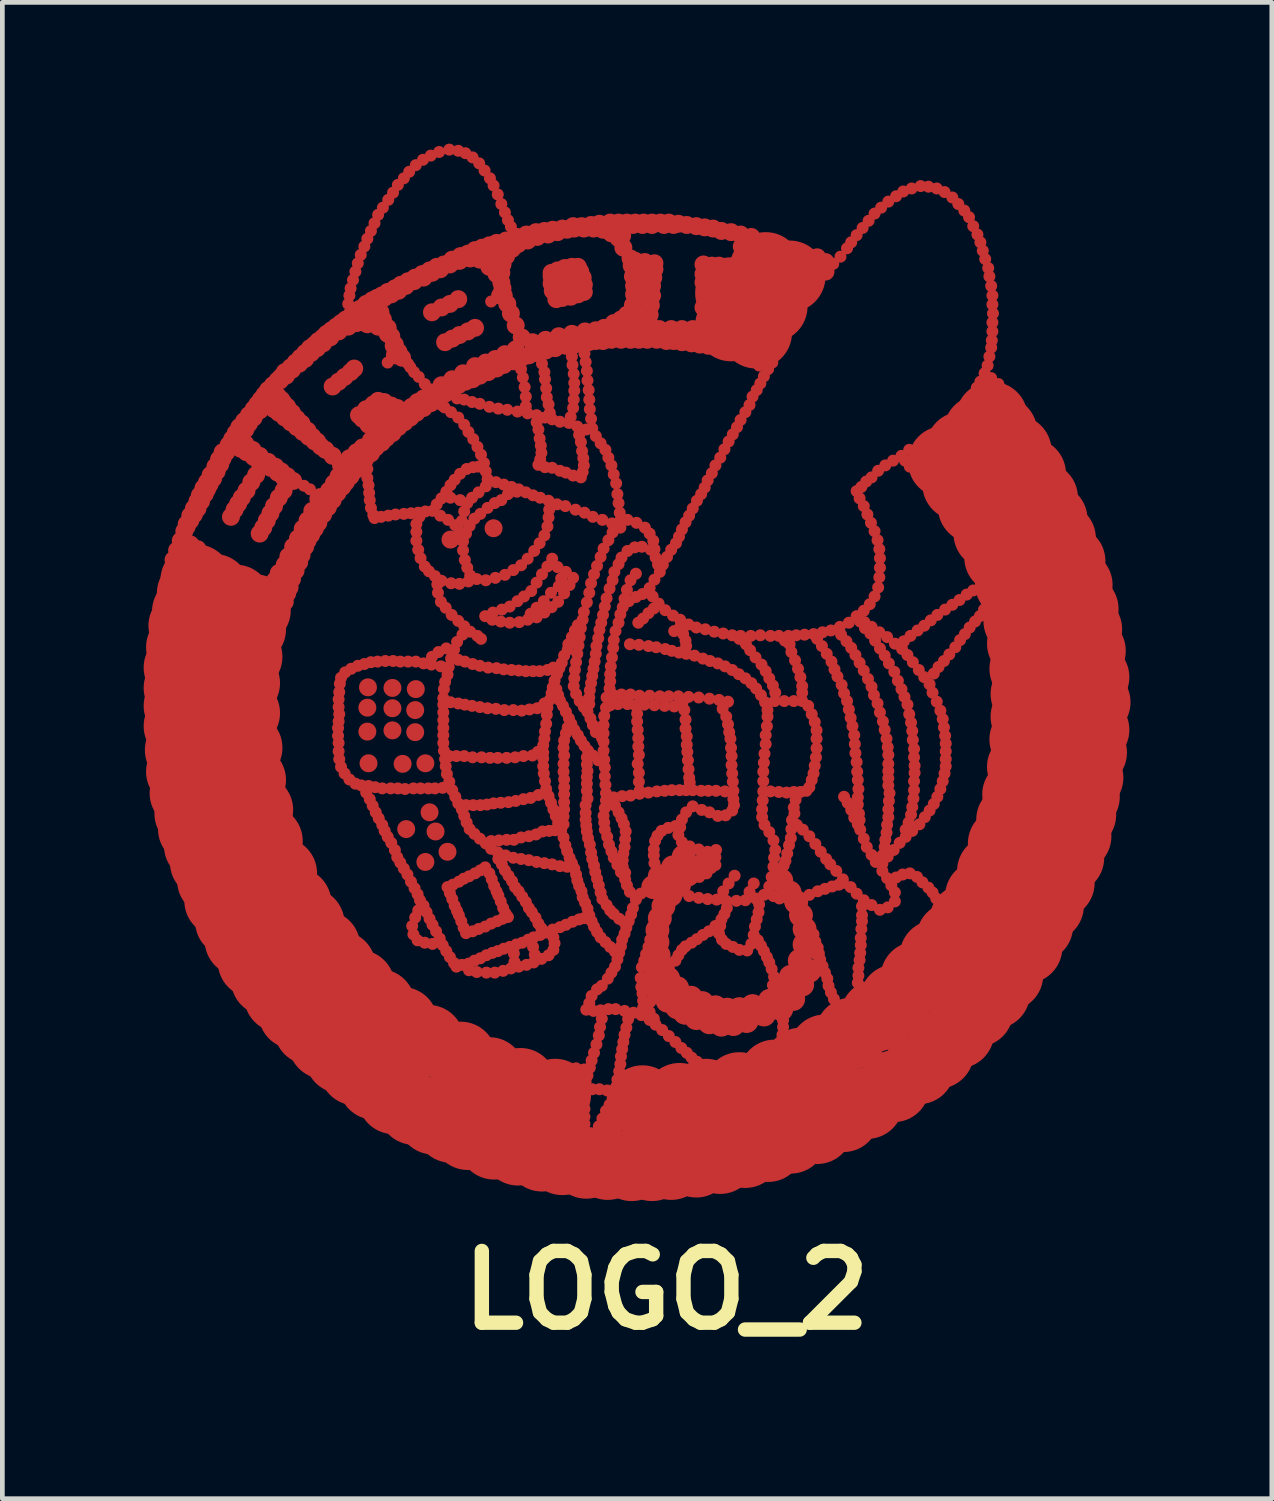
<source format=kicad_pcb>
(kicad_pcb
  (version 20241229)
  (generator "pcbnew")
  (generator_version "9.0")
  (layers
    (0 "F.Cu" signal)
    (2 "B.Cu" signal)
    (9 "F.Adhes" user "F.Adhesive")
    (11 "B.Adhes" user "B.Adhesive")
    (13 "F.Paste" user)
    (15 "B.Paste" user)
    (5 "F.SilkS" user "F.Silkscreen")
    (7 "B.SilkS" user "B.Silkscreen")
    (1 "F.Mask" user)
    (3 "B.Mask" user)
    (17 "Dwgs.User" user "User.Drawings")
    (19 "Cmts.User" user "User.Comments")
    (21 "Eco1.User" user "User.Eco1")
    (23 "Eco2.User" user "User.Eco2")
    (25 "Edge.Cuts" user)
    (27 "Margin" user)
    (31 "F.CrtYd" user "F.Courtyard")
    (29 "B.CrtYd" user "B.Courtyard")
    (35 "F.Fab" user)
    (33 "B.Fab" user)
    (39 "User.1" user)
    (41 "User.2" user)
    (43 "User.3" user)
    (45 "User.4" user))
  (footprint "LOGO_2"
    (layer "F.Cu")
    (at 10.338 11.201)
    (property "Reference" "LOGO_2" (at 0.762 13.145 0) (layer "F.SilkS") (effects (font (size 1.524 1.524) (thickness 0.305))))
    (attr through_hole)
    (pad "1" smd circle (at -9.703 -2.362) (size 0.381 0.381) (layers "F.Cu" "F.Mask" "F.Paste"))
    (pad "1" smd circle (at -9.627 -2.565) (size 0.381 0.381) (layers "F.Cu" "F.Mask" "F.Paste"))
    (pad "1" smd circle (at -9.576 -0.076) (size 1.524 1.524) (layers "F.Cu" "F.Mask" "F.Paste"))
    (pad "1" smd circle (at -9.576 0.356) (size 1.524 1.524) (layers "F.Cu" "F.Mask" "F.Paste"))
    (pad "1" smd circle (at -9.576 0.737) (size 1.524 1.524) (layers "F.Cu" "F.Mask" "F.Paste"))
    (pad "1" smd circle (at -9.576 1.168) (size 1.524 1.524) (layers "F.Cu" "F.Mask" "F.Paste"))
    (pad "1" smd circle (at -9.55 -2.769) (size 0.381 0.381) (layers "F.Cu" "F.Mask" "F.Paste"))
    (pad "1" smd circle (at -9.55 1.676) (size 1.524 1.524) (layers "F.Cu" "F.Mask" "F.Paste"))
    (pad "1" smd circle (at -9.525 -0.508) (size 1.524 1.524) (layers "F.Cu" "F.Mask" "F.Paste"))
    (pad "1" smd circle (at -9.525 2.134) (size 1.524 1.524) (layers "F.Cu" "F.Mask" "F.Paste"))
    (pad "1" smd circle (at -9.474 -2.972) (size 0.381 0.381) (layers "F.Cu" "F.Mask" "F.Paste"))
    (pad "1" smd circle (at -9.474 -0.965) (size 1.524 1.524) (layers "F.Cu" "F.Mask" "F.Paste"))
    (pad "1" smd circle (at -9.449 2.591) (size 1.524 1.524) (layers "F.Cu" "F.Mask" "F.Paste"))
    (pad "1" smd circle (at -9.423 -3.124) (size 0.381 0.381) (layers "F.Cu" "F.Mask" "F.Paste"))
    (pad "1" smd circle (at -9.423 -3.073) (size 0.381 0.381) (layers "F.Cu" "F.Mask" "F.Paste"))
    (pad "1" smd circle (at -9.398 -1.27) (size 1.524 1.524) (layers "F.Cu" "F.Mask" "F.Paste"))
    (pad "1" smd circle (at -9.347 -3.302) (size 0.381 0.381) (layers "F.Cu" "F.Mask" "F.Paste"))
    (pad "1" smd circle (at -9.347 -3.2) (size 0.381 0.381) (layers "F.Cu" "F.Mask" "F.Paste"))
    (pad "1" smd circle (at -9.347 -2.692) (size 0.381 0.381) (layers "F.Cu" "F.Mask" "F.Paste"))
    (pad "1" smd circle (at -9.347 3.023) (size 1.524 1.524) (layers "F.Cu" "F.Mask" "F.Paste"))
    (pad "1" smd circle (at -9.296 -1.651) (size 1.524 1.524) (layers "F.Cu" "F.Mask" "F.Paste"))
    (pad "1" smd circle (at -9.271 -3.454) (size 0.381 0.381) (layers "F.Cu" "F.Mask" "F.Paste"))
    (pad "1" smd circle (at -9.271 -3.327) (size 0.381 0.381) (layers "F.Cu" "F.Mask" "F.Paste"))
    (pad "1" smd circle (at -9.271 3.353) (size 1.524 1.524) (layers "F.Cu" "F.Mask" "F.Paste"))
    (pad "1" smd circle (at -9.22 -1.93) (size 1.524 1.524) (layers "F.Cu" "F.Mask" "F.Paste"))
    (pad "1" smd circle (at -9.195 -3.607) (size 0.381 0.381) (layers "F.Cu" "F.Mask" "F.Paste"))
    (pad "1" smd circle (at -9.195 -3.454) (size 0.381 0.381) (layers "F.Cu" "F.Mask" "F.Paste"))
    (pad "1" smd circle (at -9.195 -2.591) (size 0.381 0.381) (layers "F.Cu" "F.Mask" "F.Paste"))
    (pad "1" smd circle (at -9.144 -3.734) (size 0.381 0.381) (layers "F.Cu" "F.Mask" "F.Paste"))
    (pad "1" smd circle (at -9.144 3.708) (size 1.524 1.524) (layers "F.Cu" "F.Mask" "F.Paste"))
    (pad "1" smd circle (at -9.119 -3.607) (size 0.381 0.381) (layers "F.Cu" "F.Mask" "F.Paste"))
    (pad "1" smd circle (at -9.068 -3.886) (size 0.381 0.381) (layers "F.Cu" "F.Mask" "F.Paste"))
    (pad "1" smd circle (at -9.042 -3.759) (size 0.381 0.381) (layers "F.Cu" "F.Mask" "F.Paste"))
    (pad "1" smd circle (at -9.017 4.064) (size 1.524 1.524) (layers "F.Cu" "F.Mask" "F.Paste"))
    (pad "1" smd circle (at -8.992 -4.013) (size 0.381 0.381) (layers "F.Cu" "F.Mask" "F.Paste"))
    (pad "1" smd circle (at -8.992 -3.861) (size 0.381 0.381) (layers "F.Cu" "F.Mask" "F.Paste"))
    (pad "1" smd circle (at -8.941 -3.962) (size 0.381 0.381) (layers "F.Cu" "F.Mask" "F.Paste"))
    (pad "1" smd circle (at -8.915 -4.166) (size 0.381 0.381) (layers "F.Cu" "F.Mask" "F.Paste"))
    (pad "1" smd circle (at -8.865 -4.089) (size 0.381 0.381) (layers "F.Cu" "F.Mask" "F.Paste"))
    (pad "1" smd circle (at -8.865 4.445) (size 1.524 1.524) (layers "F.Cu" "F.Mask" "F.Paste"))
    (pad "1" smd circle (at -8.839 -1.727) (size 1.524 1.524) (layers "F.Cu" "F.Mask" "F.Paste"))
    (pad "1" smd circle (at -8.814 -4.343) (size 0.381 0.381) (layers "F.Cu" "F.Mask" "F.Paste"))
    (pad "1" smd circle (at -8.788 -4.242) (size 0.381 0.381) (layers "F.Cu" "F.Mask" "F.Paste"))
    (pad "1" smd circle (at -8.738 -4.496) (size 0.381 0.381) (layers "F.Cu" "F.Mask" "F.Paste"))
    (pad "1" smd circle (at -8.712 -4.394) (size 0.381 0.381) (layers "F.Cu" "F.Mask" "F.Paste"))
    (pad "1" smd circle (at -8.712 4.877) (size 1.524 1.524) (layers "F.Cu" "F.Mask" "F.Paste"))
    (pad "1" smd circle (at -8.661 -4.648) (size 0.381 0.381) (layers "F.Cu" "F.Mask" "F.Paste"))
    (pad "1" smd circle (at -8.661 -4.521) (size 0.381 0.381) (layers "F.Cu" "F.Mask" "F.Paste"))
    (pad "1" smd circle (at -8.585 -4.648) (size 0.381 0.381) (layers "F.Cu" "F.Mask" "F.Paste"))
    (pad "1" smd circle (at -8.534 -4.801) (size 0.381 0.381) (layers "F.Cu" "F.Mask" "F.Paste"))
    (pad "1" smd circle (at -8.484 -3.277) (size 0.381 0.381) (layers "F.Cu" "F.Mask" "F.Paste"))
    (pad "1" smd circle (at -8.484 5.309) (size 1.524 1.524) (layers "F.Cu" "F.Mask" "F.Paste"))
    (pad "1" smd circle (at -8.458 -4.928) (size 0.381 0.381) (layers "F.Cu" "F.Mask" "F.Paste"))
    (pad "1" smd circle (at -8.407 -3.429) (size 0.381 0.381) (layers "F.Cu" "F.Mask" "F.Paste"))
    (pad "1" smd circle (at -8.382 -5.055) (size 0.381 0.381) (layers "F.Cu" "F.Mask" "F.Paste"))
    (pad "1" smd circle (at -8.382 -1.499) (size 1.524 1.524) (layers "F.Cu" "F.Mask" "F.Paste"))
    (pad "1" smd circle (at -8.331 -3.556) (size 0.381 0.381) (layers "F.Cu" "F.Mask" "F.Paste"))
    (pad "1" smd circle (at -8.306 -5.182) (size 0.381 0.381) (layers "F.Cu" "F.Mask" "F.Paste"))
    (pad "1" smd circle (at -8.28 -4.724) (size 0.381 0.381) (layers "F.Cu" "F.Mask" "F.Paste"))
    (pad "1" smd circle (at -8.28 5.715) (size 1.524 1.524) (layers "F.Cu" "F.Mask" "F.Paste"))
    (pad "1" smd circle (at -8.255 -3.683) (size 0.381 0.381) (layers "F.Cu" "F.Mask" "F.Paste"))
    (pad "1" smd circle (at -8.204 -5.309) (size 0.381 0.381) (layers "F.Cu" "F.Mask" "F.Paste"))
    (pad "1" smd circle (at -8.204 0.254) (size 1.524 1.524) (layers "F.Cu" "F.Mask" "F.Paste"))
    (pad "1" smd circle (at -8.204 0.889) (size 1.524 1.524) (layers "F.Cu" "F.Mask" "F.Paste"))
    (pad "1" smd circle (at -8.179 -5.131) (size 0.381 0.381) (layers "F.Cu" "F.Mask" "F.Paste"))
    (pad "1" smd circle (at -8.179 -4.826) (size 0.381 0.381) (layers "F.Cu" "F.Mask" "F.Paste"))
    (pad "1" smd circle (at -8.153 -4.648) (size 0.381 0.381) (layers "F.Cu" "F.Mask" "F.Paste"))
    (pad "1" smd circle (at -8.153 -3.835) (size 0.381 0.381) (layers "F.Cu" "F.Mask" "F.Paste"))
    (pad "1" smd circle (at -8.153 -0.305) (size 1.524 1.524) (layers "F.Cu" "F.Mask" "F.Paste"))
    (pad "1" smd circle (at -8.153 1.626) (size 1.524 1.524) (layers "F.Cu" "F.Mask" "F.Paste"))
    (pad "1" smd circle (at -8.103 -5.436) (size 0.381 0.381) (layers "F.Cu" "F.Mask" "F.Paste"))
    (pad "1" smd circle (at -8.103 -5.258) (size 0.381 0.381) (layers "F.Cu" "F.Mask" "F.Paste"))
    (pad "1" smd circle (at -8.077 -0.889) (size 1.524 1.524) (layers "F.Cu" "F.Mask" "F.Paste"))
    (pad "1" smd circle (at -8.077 2.311) (size 1.524 1.524) (layers "F.Cu" "F.Mask" "F.Paste"))
    (pad "1" smd circle (at -8.052 -4.013) (size 0.381 0.381) (layers "F.Cu" "F.Mask" "F.Paste"))
    (pad "1" smd circle (at -8.026 -4.699) (size 0.381 0.381) (layers "F.Cu" "F.Mask" "F.Paste"))
    (pad "1" smd circle (at -8.001 -5.563) (size 0.381 0.381) (layers "F.Cu" "F.Mask" "F.Paste"))
    (pad "1" smd circle (at -8.001 -5.385) (size 0.381 0.381) (layers "F.Cu" "F.Mask" "F.Paste"))
    (pad "1" smd circle (at -8.001 -4.547) (size 0.381 0.381) (layers "F.Cu" "F.Mask" "F.Paste"))
    (pad "1" smd circle (at -8.001 6.172) (size 1.524 1.524) (layers "F.Cu" "F.Mask" "F.Paste"))
    (pad "1" smd circle (at -7.976 -1.295) (size 1.524 1.524) (layers "F.Cu" "F.Mask" "F.Paste"))
    (pad "1" smd circle (at -7.95 -4.166) (size 0.381 0.381) (layers "F.Cu" "F.Mask" "F.Paste"))
    (pad "1" smd circle (at -7.925 -5.664) (size 0.381 0.381) (layers "F.Cu" "F.Mask" "F.Paste"))
    (pad "1" smd circle (at -7.925 2.946) (size 1.524 1.524) (layers "F.Cu" "F.Mask" "F.Paste"))
    (pad "1" smd circle (at -7.874 -5.537) (size 0.381 0.381) (layers "F.Cu" "F.Mask" "F.Paste"))
    (pad "1" smd circle (at -7.874 -4.572) (size 0.381 0.381) (layers "F.Cu" "F.Mask" "F.Paste"))
    (pad "1" smd circle (at -7.874 -4.42) (size 0.381 0.381) (layers "F.Cu" "F.Mask" "F.Paste"))
    (pad "1" smd circle (at -7.874 -2.921) (size 0.381 0.381) (layers "F.Cu" "F.Mask" "F.Paste"))
    (pad "1" smd circle (at -7.849 -5.766) (size 0.381 0.381) (layers "F.Cu" "F.Mask" "F.Paste"))
    (pad "1" smd circle (at -7.798 -3.048) (size 0.381 0.381) (layers "F.Cu" "F.Mask" "F.Paste"))
    (pad "1" smd circle (at -7.772 -5.867) (size 0.381 0.381) (layers "F.Cu" "F.Mask" "F.Paste"))
    (pad "1" smd circle (at -7.722 -3.2) (size 0.381 0.381) (layers "F.Cu" "F.Mask" "F.Paste"))
    (pad "1" smd circle (at -7.722 3.607) (size 1.524 1.524) (layers "F.Cu" "F.Mask" "F.Paste"))
    (pad "1" smd circle (at -7.722 6.553) (size 1.524 1.524) (layers "F.Cu" "F.Mask" "F.Paste"))
    (pad "1" smd circle (at -7.696 -5.969) (size 0.381 0.381) (layers "F.Cu" "F.Mask" "F.Paste"))
    (pad "1" smd circle (at -7.696 -4.445) (size 0.381 0.381) (layers "F.Cu" "F.Mask" "F.Paste"))
    (pad "1" smd circle (at -7.645 -4.318) (size 0.381 0.381) (layers "F.Cu" "F.Mask" "F.Paste"))
    (pad "1" smd circle (at -7.645 -3.353) (size 0.381 0.381) (layers "F.Cu" "F.Mask" "F.Paste"))
    (pad "1" smd circle (at -7.595 -6.071) (size 0.381 0.381) (layers "F.Cu" "F.Mask" "F.Paste"))
    (pad "1" smd circle (at -7.569 -5.563) (size 0.381 0.381) (layers "F.Cu" "F.Mask" "F.Paste"))
    (pad "1" smd circle (at -7.569 -3.505) (size 0.381 0.381) (layers "F.Cu" "F.Mask" "F.Paste"))
    (pad "1" smd circle (at -7.544 -4.343) (size 0.381 0.381) (layers "F.Cu" "F.Mask" "F.Paste"))
    (pad "1" smd circle (at -7.544 -1.93) (size 0.381 0.381) (layers "F.Cu" "F.Mask" "F.Paste"))
    (pad "1" smd circle (at -7.493 -6.172) (size 0.381 0.381) (layers "F.Cu" "F.Mask" "F.Paste"))
    (pad "1" smd circle (at -7.493 -5.842) (size 0.381 0.381) (layers "F.Cu" "F.Mask" "F.Paste"))
    (pad "1" smd circle (at -7.493 -4.216) (size 0.381 0.381) (layers "F.Cu" "F.Mask" "F.Paste"))
    (pad "1" smd circle (at -7.468 -5.486) (size 0.381 0.381) (layers "F.Cu" "F.Mask" "F.Paste"))
    (pad "1" smd circle (at -7.468 -3.683) (size 0.381 0.381) (layers "F.Cu" "F.Mask" "F.Paste"))
    (pad "1" smd circle (at -7.468 -2.083) (size 0.381 0.381) (layers "F.Cu" "F.Mask" "F.Paste"))
    (pad "1" smd circle (at -7.442 -6.172) (size 0.381 0.381) (layers "F.Cu" "F.Mask" "F.Paste"))
    (pad "1" smd circle (at -7.442 6.909) (size 1.524 1.524) (layers "F.Cu" "F.Mask" "F.Paste"))
    (pad "1" smd circle (at -7.417 -6.248) (size 0.381 0.381) (layers "F.Cu" "F.Mask" "F.Paste"))
    (pad "1" smd circle (at -7.417 -5.766) (size 0.381 0.381) (layers "F.Cu" "F.Mask" "F.Paste"))
    (pad "1" smd circle (at -7.417 -4.242) (size 0.381 0.381) (layers "F.Cu" "F.Mask" "F.Paste"))
    (pad "1" smd circle (at -7.417 4.293) (size 1.524 1.524) (layers "F.Cu" "F.Mask" "F.Paste"))
    (pad "1" smd circle (at -7.366 -5.69) (size 0.381 0.381) (layers "F.Cu" "F.Mask" "F.Paste"))
    (pad "1" smd circle (at -7.366 -4.115) (size 0.381 0.381) (layers "F.Cu" "F.Mask" "F.Paste"))
    (pad "1" smd circle (at -7.366 -3.835) (size 0.381 0.381) (layers "F.Cu" "F.Mask" "F.Paste"))
    (pad "1" smd circle (at -7.341 -6.35) (size 0.381 0.381) (layers "F.Cu" "F.Mask" "F.Paste"))
    (pad "1" smd circle (at -7.341 -5.385) (size 0.381 0.381) (layers "F.Cu" "F.Mask" "F.Paste"))
    (pad "1" smd circle (at -7.341 -2.261) (size 0.381 0.381) (layers "F.Cu" "F.Mask" "F.Paste"))
    (pad "1" smd circle (at -7.341 -1.473) (size 0.381 0.381) (layers "F.Cu" "F.Mask" "F.Paste"))
    (pad "1" smd circle (at -7.315 -6.274) (size 0.381 0.381) (layers "F.Cu" "F.Mask" "F.Paste"))
    (pad "1" smd circle (at -7.29 -5.613) (size 0.381 0.381) (layers "F.Cu" "F.Mask" "F.Paste"))
    (pad "1" smd circle (at -7.29 -4.14) (size 0.381 0.381) (layers "F.Cu" "F.Mask" "F.Paste"))
    (pad "1" smd circle (at -7.29 -1.651) (size 0.381 0.381) (layers "F.Cu" "F.Mask" "F.Paste"))
    (pad "1" smd circle (at -7.264 -2.438) (size 0.381 0.381) (layers "F.Cu" "F.Mask" "F.Paste"))
    (pad "1" smd circle (at -7.239 -1.778) (size 0.381 0.381) (layers "F.Cu" "F.Mask" "F.Paste"))
    (pad "1" smd circle (at -7.214 -6.452) (size 0.381 0.381) (layers "F.Cu" "F.Mask" "F.Paste"))
    (pad "1" smd circle (at -7.214 -5.283) (size 0.381 0.381) (layers "F.Cu" "F.Mask" "F.Paste"))
    (pad "1" smd circle (at -7.188 -6.401) (size 0.381 0.381) (layers "F.Cu" "F.Mask" "F.Paste"))
    (pad "1" smd circle (at -7.188 -5.486) (size 0.381 0.381) (layers "F.Cu" "F.Mask" "F.Paste"))
    (pad "1" smd circle (at -7.188 -1.956) (size 0.381 0.381) (layers "F.Cu" "F.Mask" "F.Paste"))
    (pad "1" smd circle (at -7.163 -4.039) (size 0.381 0.381) (layers "F.Cu" "F.Mask" "F.Paste"))
    (pad "1" smd circle (at -7.163 -2.642) (size 0.381 0.381) (layers "F.Cu" "F.Mask" "F.Paste"))
    (pad "1" smd circle (at -7.137 7.264) (size 1.524 1.524) (layers "F.Cu" "F.Mask" "F.Paste"))
    (pad "1" smd circle (at -7.112 -6.553) (size 0.381 0.381) (layers "F.Cu" "F.Mask" "F.Paste"))
    (pad "1" smd circle (at -7.112 -2.134) (size 0.381 0.381) (layers "F.Cu" "F.Mask" "F.Paste"))
    (pad "1" smd circle (at -7.112 4.928) (size 1.524 1.524) (layers "F.Cu" "F.Mask" "F.Paste"))
    (pad "1" smd circle (at -7.087 -5.359) (size 0.381 0.381) (layers "F.Cu" "F.Mask" "F.Paste"))
    (pad "1" smd circle (at -7.087 -5.182) (size 0.381 0.381) (layers "F.Cu" "F.Mask" "F.Paste"))
    (pad "1" smd circle (at -7.061 -2.819) (size 0.381 0.381) (layers "F.Cu" "F.Mask" "F.Paste"))
    (pad "1" smd circle (at -7.036 -6.528) (size 0.381 0.381) (layers "F.Cu" "F.Mask" "F.Paste"))
    (pad "1" smd circle (at -7.036 -2.311) (size 0.381 0.381) (layers "F.Cu" "F.Mask" "F.Paste"))
    (pad "1" smd circle (at -7.01 -6.655) (size 0.381 0.381) (layers "F.Cu" "F.Mask" "F.Paste"))
    (pad "1" smd circle (at -6.985 -5.258) (size 0.381 0.381) (layers "F.Cu" "F.Mask" "F.Paste"))
    (pad "1" smd circle (at -6.985 -2.464) (size 0.381 0.381) (layers "F.Cu" "F.Mask" "F.Paste"))
    (pad "1" smd circle (at -6.96 -5.08) (size 0.381 0.381) (layers "F.Cu" "F.Mask" "F.Paste"))
    (pad "1" smd circle (at -6.96 -3.023) (size 0.381 0.381) (layers "F.Cu" "F.Mask" "F.Paste"))
    (pad "1" smd circle (at -6.934 -3.937) (size 0.254 0.254) (layers "F.Cu" "F.Mask" "F.Paste"))
    (pad "1" smd circle (at -6.909 -6.756) (size 0.381 0.381) (layers "F.Cu" "F.Mask" "F.Paste"))
    (pad "1" smd circle (at -6.909 -6.629) (size 0.381 0.381) (layers "F.Cu" "F.Mask" "F.Paste"))
    (pad "1" smd circle (at -6.909 -2.642) (size 0.381 0.381) (layers "F.Cu" "F.Mask" "F.Paste"))
    (pad "1" smd circle (at -6.858 -5.105) (size 0.381 0.381) (layers "F.Cu" "F.Mask" "F.Paste"))
    (pad "1" smd circle (at -6.858 -3.2) (size 0.381 0.381) (layers "F.Cu" "F.Mask" "F.Paste"))
    (pad "1" smd circle (at -6.858 -2.769) (size 0.381 0.381) (layers "F.Cu" "F.Mask" "F.Paste"))
    (pad "1" smd circle (at -6.833 -4.978) (size 0.381 0.381) (layers "F.Cu" "F.Mask" "F.Paste"))
    (pad "1" smd circle (at -6.833 5.359) (size 1.524 1.524) (layers "F.Cu" "F.Mask" "F.Paste"))
    (pad "1" smd circle (at -6.807 -6.858) (size 0.381 0.381) (layers "F.Cu" "F.Mask" "F.Paste"))
    (pad "1" smd circle (at -6.807 -3.861) (size 0.254 0.254) (layers "F.Cu" "F.Mask" "F.Paste"))
    (pad "1" smd circle (at -6.807 7.595) (size 1.524 1.524) (layers "F.Cu" "F.Mask" "F.Paste"))
    (pad "1" smd circle (at -6.782 -6.756) (size 0.381 0.381) (layers "F.Cu" "F.Mask" "F.Paste"))
    (pad "1" smd circle (at -6.782 -2.896) (size 0.381 0.381) (layers "F.Cu" "F.Mask" "F.Paste"))
    (pad "1" smd circle (at -6.756 -4.978) (size 0.381 0.381) (layers "F.Cu" "F.Mask" "F.Paste"))
    (pad "1" smd circle (at -6.756 -3.404) (size 0.381 0.381) (layers "F.Cu" "F.Mask" "F.Paste"))
    (pad "1" smd circle (at -6.706 -6.934) (size 0.381 0.381) (layers "F.Cu" "F.Mask" "F.Paste"))
    (pad "1" smd circle (at -6.706 -4.877) (size 0.381 0.381) (layers "F.Cu" "F.Mask" "F.Paste"))
    (pad "1" smd circle (at -6.706 -3.023) (size 0.381 0.381) (layers "F.Cu" "F.Mask" "F.Paste"))
    (pad "1" smd circle (at -6.655 -6.858) (size 0.381 0.381) (layers "F.Cu" "F.Mask" "F.Paste"))
    (pad "1" smd circle (at -6.655 -4.877) (size 0.381 0.381) (layers "F.Cu" "F.Mask" "F.Paste"))
    (pad "1" smd circle (at -6.629 -7.01) (size 0.381 0.381) (layers "F.Cu" "F.Mask" "F.Paste"))
    (pad "1" smd circle (at -6.629 -3.658) (size 0.381 0.381) (layers "F.Cu" "F.Mask" "F.Paste"))
    (pad "1" smd circle (at -6.629 -3.15) (size 0.381 0.381) (layers "F.Cu" "F.Mask" "F.Paste"))
    (pad "1" smd circle (at -6.604 -3.759) (size 0.254 0.254) (layers "F.Cu" "F.Mask" "F.Paste"))
    (pad "1" smd circle (at -6.579 -4.775) (size 0.381 0.381) (layers "F.Cu" "F.Mask" "F.Paste"))
    (pad "1" smd circle (at -6.528 -7.087) (size 0.381 0.381) (layers "F.Cu" "F.Mask" "F.Paste"))
    (pad "1" smd circle (at -6.528 -6.96) (size 0.381 0.381) (layers "F.Cu" "F.Mask" "F.Paste"))
    (pad "1" smd circle (at -6.528 -3.327) (size 0.381 0.381) (layers "F.Cu" "F.Mask" "F.Paste"))
    (pad "1" smd circle (at -6.502 5.842) (size 1.524 1.524) (layers "F.Cu" "F.Mask" "F.Paste"))
    (pad "1" smd circle (at -6.502 7.899) (size 1.524 1.524) (layers "F.Cu" "F.Mask" "F.Paste"))
    (pad "1" smd circle (at -6.477 -4.699) (size 0.381 0.381) (layers "F.Cu" "F.Mask" "F.Paste"))
    (pad "1" smd circle (at -6.452 -7.163) (size 0.381 0.381) (layers "F.Cu" "F.Mask" "F.Paste"))
    (pad "1" smd circle (at -6.426 -3.48) (size 0.381 0.381) (layers "F.Cu" "F.Mask" "F.Paste"))
    (pad "1" smd circle (at -6.401 -3.835) (size 0.381 0.381) (layers "F.Cu" "F.Mask" "F.Paste"))
    (pad "1" smd circle (at -6.375 -7.087) (size 0.381 0.381) (layers "F.Cu" "F.Mask" "F.Paste"))
    (pad "1" smd circle (at -6.35 -7.239) (size 0.381 0.381) (layers "F.Cu" "F.Mask" "F.Paste"))
    (pad "1" smd circle (at -6.325 -6.045) (size 0.381 0.381) (layers "F.Cu" "F.Mask" "F.Paste"))
    (pad "1" smd circle (at -6.325 -4.572) (size 0.381 0.381) (layers "F.Cu" "F.Mask" "F.Paste"))
    (pad "1" smd circle (at -6.325 -3.632) (size 0.381 0.381) (layers "F.Cu" "F.Mask" "F.Paste"))
    (pad "1" smd circle (at -6.299 -3.988) (size 0.381 0.381) (layers "F.Cu" "F.Mask" "F.Paste"))
    (pad "1" smd circle (at -6.248 -7.315) (size 0.381 0.381) (layers "F.Cu" "F.Mask" "F.Paste"))
    (pad "1" smd circle (at -6.223 -3.785) (size 0.381 0.381) (layers "F.Cu" "F.Mask" "F.Paste"))
    (pad "1" smd circle (at -6.21 1.206) (size 0.254 0.254) (layers "F.Cu" "F.Mask" "F.Paste"))
    (pad "1" smd circle (at -6.21 1.372) (size 0.254 0.254) (layers "F.Cu" "F.Mask" "F.Paste"))
    (pad "1" smd circle (at -6.198 -7.214) (size 0.381 0.381) (layers "F.Cu" "F.Mask" "F.Paste"))
    (pad "1" smd circle (at -6.198 -6.147) (size 0.381 0.381) (layers "F.Cu" "F.Mask" "F.Paste"))
    (pad "1" smd circle (at -6.198 -4.14) (size 0.381 0.381) (layers "F.Cu" "F.Mask" "F.Paste"))
    (pad "1" smd circle (at -6.198 0.597) (size 0.254 0.254) (layers "F.Cu" "F.Mask" "F.Paste"))
    (pad "1" smd circle (at -6.198 0.762) (size 0.254 0.254) (layers "F.Cu" "F.Mask" "F.Paste"))
    (pad "1" smd circle (at -6.198 1.067) (size 0.254 0.254) (layers "F.Cu" "F.Mask" "F.Paste"))
    (pad "1" smd circle (at -6.198 1.524) (size 0.254 0.254) (layers "F.Cu" "F.Mask" "F.Paste"))
    (pad "1" smd circle (at -6.198 1.702) (size 0.254 0.254) (layers "F.Cu" "F.Mask" "F.Paste"))
    (pad "1" smd circle (at -6.185 0.445) (size 0.254 0.254) (layers "F.Cu" "F.Mask" "F.Paste"))
    (pad "1" smd circle (at -6.185 0.914) (size 0.254 0.254) (layers "F.Cu" "F.Mask" "F.Paste"))
    (pad "1" smd circle (at -6.185 1.867) (size 0.254 0.254) (layers "F.Cu" "F.Mask" "F.Paste"))
    (pad "1" smd circle (at -6.172 0.267) (size 0.254 0.254) (layers "F.Cu" "F.Mask" "F.Paste"))
    (pad "1" smd circle (at -6.172 6.274) (size 1.524 1.524) (layers "F.Cu" "F.Mask" "F.Paste"))
    (pad "1" smd circle (at -6.147 -7.391) (size 0.381 0.381) (layers "F.Cu" "F.Mask" "F.Paste"))
    (pad "1" smd circle (at -6.147 -4.369) (size 0.381 0.381) (layers "F.Cu" "F.Mask" "F.Paste"))
    (pad "1" smd circle (at -6.147 0.14) (size 0.254 0.254) (layers "F.Cu" "F.Mask" "F.Paste"))
    (pad "1" smd circle (at -6.147 2.032) (size 0.254 0.254) (layers "F.Cu" "F.Mask" "F.Paste"))
    (pad "1" smd circle (at -6.147 8.204) (size 1.524 1.524) (layers "F.Cu" "F.Mask" "F.Paste"))
    (pad "1" smd circle (at -6.121 -3.912) (size 0.381 0.381) (layers "F.Cu" "F.Mask" "F.Paste"))
    (pad "1" smd circle (at -6.071 -6.248) (size 0.381 0.381) (layers "F.Cu" "F.Mask" "F.Paste"))
    (pad "1" smd circle (at -6.071 2.172) (size 0.254 0.254) (layers "F.Cu" "F.Mask" "F.Paste"))
    (pad "1" smd circle (at -6.058 0.025) (size 0.254 0.254) (layers "F.Cu" "F.Mask" "F.Paste"))
    (pad "1" smd circle (at -6.045 -7.468) (size 0.381 0.381) (layers "F.Cu" "F.Mask" "F.Paste"))
    (pad "1" smd circle (at -6.045 -4.013) (size 0.381 0.381) (layers "F.Cu" "F.Mask" "F.Paste"))
    (pad "1" smd circle (at -5.994 -7.798) (size 0.254 0.254) (layers "F.Cu" "F.Mask" "F.Paste"))
    (pad "1" smd circle (at -5.994 -7.315) (size 0.381 0.381) (layers "F.Cu" "F.Mask" "F.Paste"))
    (pad "1" smd circle (at -5.969 -7.976) (size 0.254 0.254) (layers "F.Cu" "F.Mask" "F.Paste"))
    (pad "1" smd circle (at -5.969 -4.521) (size 0.381 0.381) (layers "F.Cu" "F.Mask" "F.Paste"))
    (pad "1" smd circle (at -5.969 2.299) (size 0.254 0.254) (layers "F.Cu" "F.Mask" "F.Paste"))
    (pad "1" smd circle (at -5.944 -8.128) (size 0.254 0.254) (layers "F.Cu" "F.Mask" "F.Paste"))
    (pad "1" smd circle (at -5.944 -6.35) (size 0.381 0.381) (layers "F.Cu" "F.Mask" "F.Paste"))
    (pad "1" smd circle (at -5.944 -4.14) (size 0.381 0.381) (layers "F.Cu" "F.Mask" "F.Paste"))
    (pad "1" smd circle (at -5.931 -0.051) (size 0.254 0.254) (layers "F.Cu" "F.Mask" "F.Paste"))
    (pad "1" smd circle (at -5.918 -7.569) (size 0.381 0.381) (layers "F.Cu" "F.Mask" "F.Paste"))
    (pad "1" smd circle (at -5.893 -8.306) (size 0.254 0.254) (layers "F.Cu" "F.Mask" "F.Paste"))
    (pad "1" smd circle (at -5.867 -6.426) (size 0.381 0.381) (layers "F.Cu" "F.Mask" "F.Paste"))
    (pad "1" smd circle (at -5.842 -8.484) (size 0.254 0.254) (layers "F.Cu" "F.Mask" "F.Paste"))
    (pad "1" smd circle (at -5.842 -4.267) (size 0.381 0.381) (layers "F.Cu" "F.Mask" "F.Paste"))
    (pad "1" smd circle (at -5.842 2.388) (size 0.254 0.254) (layers "F.Cu" "F.Mask" "F.Paste"))
    (pad "1" smd circle (at -5.842 8.458) (size 1.524 1.524) (layers "F.Cu" "F.Mask" "F.Paste"))
    (pad "1" smd circle (at -5.817 -7.391) (size 0.381 0.381) (layers "F.Cu" "F.Mask" "F.Paste"))
    (pad "1" smd circle (at -5.817 -4.648) (size 0.381 0.381) (layers "F.Cu" "F.Mask" "F.Paste"))
    (pad "1" smd circle (at -5.791 -8.661) (size 0.254 0.254) (layers "F.Cu" "F.Mask" "F.Paste"))
    (pad "1" smd circle (at -5.791 -0.114) (size 0.254 0.254) (layers "F.Cu" "F.Mask" "F.Paste"))
    (pad "1" smd circle (at -5.766 -5.436) (size 0.381 0.381) (layers "F.Cu" "F.Mask" "F.Paste"))
    (pad "1" smd circle (at -5.766 -4.369) (size 0.381 0.381) (layers "F.Cu" "F.Mask" "F.Paste"))
    (pad "1" smd circle (at -5.766 6.68) (size 1.524 1.524) (layers "F.Cu" "F.Mask" "F.Paste"))
    (pad "1" smd circle (at -5.74 -7.696) (size 0.381 0.381) (layers "F.Cu" "F.Mask" "F.Paste"))
    (pad "1" smd circle (at -5.728 -8.839) (size 0.254 0.254) (layers "F.Cu" "F.Mask" "F.Paste"))
    (pad "1" smd circle (at -5.715 2.426) (size 0.254 0.254) (layers "F.Cu" "F.Mask" "F.Paste"))
    (pad "1" smd circle (at -5.69 -5.359) (size 0.381 0.381) (layers "F.Cu" "F.Mask" "F.Paste"))
    (pad "1" smd circle (at -5.69 -4.75) (size 0.381 0.381) (layers "F.Cu" "F.Mask" "F.Paste"))
    (pad "1" smd circle (at -5.652 -9.017) (size 0.254 0.254) (layers "F.Cu" "F.Mask" "F.Paste"))
    (pad "1" smd circle (at -5.652 -0.152) (size 0.254 0.254) (layers "F.Cu" "F.Mask" "F.Paste"))
    (pad "1" smd circle (at -5.639 -4.496) (size 0.381 0.381) (layers "F.Cu" "F.Mask" "F.Paste"))
    (pad "1" smd circle (at -5.613 -7.798) (size 0.381 0.381) (layers "F.Cu" "F.Mask" "F.Paste"))
    (pad "1" smd circle (at -5.613 -5.563) (size 0.381 0.381) (layers "F.Cu" "F.Mask" "F.Paste"))
    (pad "1" smd circle (at -5.613 2.578) (size 0.254 0.254) (layers "F.Cu" "F.Mask" "F.Paste"))
    (pad "1" smd circle (at -5.588 -9.182) (size 0.254 0.254) (layers "F.Cu" "F.Mask" "F.Paste"))
    (pad "1" smd circle (at -5.588 -7.366) (size 0.381 0.381) (layers "F.Cu" "F.Mask" "F.Paste"))
    (pad "1" smd circle (at -5.588 -4.293) (size 0.254 0.254) (layers "F.Cu" "F.Mask" "F.Paste"))
    (pad "1" smd circle (at -5.588 -4.102) (size 0.254 0.254) (layers "F.Cu" "F.Mask" "F.Paste"))
    (pad "1" smd circle (at -5.588 0.775) (size 0.381 0.381) (layers "F.Cu" "F.Mask" "F.Paste"))
    (pad "1" smd circle (at -5.588 1.283) (size 0.381 0.381) (layers "F.Cu" "F.Mask" "F.Paste"))
    (pad "1" smd circle (at -5.575 0.343) (size 0.381 0.381) (layers "F.Cu" "F.Mask" "F.Paste"))
    (pad "1" smd circle (at -5.563 -5.232) (size 0.381 0.381) (layers "F.Cu" "F.Mask" "F.Paste"))
    (pad "1" smd circle (at -5.563 -3.95) (size 0.254 0.254) (layers "F.Cu" "F.Mask" "F.Paste"))
    (pad "1" smd circle (at -5.563 1.956) (size 0.381 0.381) (layers "F.Cu" "F.Mask" "F.Paste"))
    (pad "1" smd circle (at -5.563 2.438) (size 0.254 0.254) (layers "F.Cu" "F.Mask" "F.Paste"))
    (pad "1" smd circle (at -5.55 -3.785) (size 0.254 0.254) (layers "F.Cu" "F.Mask" "F.Paste"))
    (pad "1" smd circle (at -5.537 -3.632) (size 0.254 0.254) (layers "F.Cu" "F.Mask" "F.Paste"))
    (pad "1" smd circle (at -5.537 2.718) (size 0.254 0.254) (layers "F.Cu" "F.Mask" "F.Paste"))
    (pad "1" smd circle (at -5.512 -9.347) (size 0.254 0.254) (layers "F.Cu" "F.Mask" "F.Paste"))
    (pad "1" smd circle (at -5.512 -7.518) (size 0.381 0.381) (layers "F.Cu" "F.Mask" "F.Paste"))
    (pad "1" smd circle (at -5.512 -4.902) (size 0.381 0.381) (layers "F.Cu" "F.Mask" "F.Paste"))
    (pad "1" smd circle (at -5.512 -4.623) (size 0.381 0.381) (layers "F.Cu" "F.Mask" "F.Paste"))
    (pad "1" smd circle (at -5.512 -3.467) (size 0.254 0.254) (layers "F.Cu" "F.Mask" "F.Paste"))
    (pad "1" smd circle (at -5.512 -0.191) (size 0.254 0.254) (layers "F.Cu" "F.Mask" "F.Paste"))
    (pad "1" smd circle (at -5.486 -7.874) (size 0.381 0.381) (layers "F.Cu" "F.Mask" "F.Paste"))
    (pad "1" smd circle (at -5.474 2.857) (size 0.254 0.254) (layers "F.Cu" "F.Mask" "F.Paste"))
    (pad "1" smd circle (at -5.461 -5.664) (size 0.381 0.381) (layers "F.Cu" "F.Mask" "F.Paste"))
    (pad "1" smd circle (at -5.461 -3.315) (size 0.254 0.254) (layers "F.Cu" "F.Mask" "F.Paste"))
    (pad "1" smd circle (at -5.436 -9.512) (size 0.254 0.254) (layers "F.Cu" "F.Mask" "F.Paste"))
    (pad "1" smd circle (at -5.436 -3.251) (size 0.254 0.254) (layers "F.Cu" "F.Mask" "F.Paste"))
    (pad "1" smd circle (at -5.436 8.763) (size 1.524 1.524) (layers "F.Cu" "F.Mask" "F.Paste"))
    (pad "1" smd circle (at -5.423 2.464) (size 0.254 0.254) (layers "F.Cu" "F.Mask" "F.Paste"))
    (pad "1" smd circle (at -5.41 -4.75) (size 0.381 0.381) (layers "F.Cu" "F.Mask" "F.Paste"))
    (pad "1" smd circle (at -5.41 2.997) (size 0.254 0.254) (layers "F.Cu" "F.Mask" "F.Paste"))
    (pad "1" smd circle (at -5.385 -7.925) (size 0.381 0.381) (layers "F.Cu" "F.Mask" "F.Paste"))
    (pad "1" smd circle (at -5.372 -0.203) (size 0.254 0.254) (layers "F.Cu" "F.Mask" "F.Paste"))
    (pad "1" smd circle (at -5.359 -9.69) (size 0.254 0.254) (layers "F.Cu" "F.Mask" "F.Paste"))
    (pad "1" smd circle (at -5.359 -7.315) (size 0.381 0.381) (layers "F.Cu" "F.Mask" "F.Paste"))
    (pad "1" smd circle (at -5.359 -5.74) (size 0.381 0.381) (layers "F.Cu" "F.Mask" "F.Paste"))
    (pad "1" smd circle (at -5.347 3.124) (size 0.254 0.254) (layers "F.Cu" "F.Mask" "F.Paste"))
    (pad "1" smd circle (at -5.334 -5.385) (size 0.381 0.381) (layers "F.Cu" "F.Mask" "F.Paste"))
    (pad "1" smd circle (at -5.334 -5.055) (size 0.381 0.381) (layers "F.Cu" "F.Mask" "F.Paste"))
    (pad "1" smd circle (at -5.334 7.087) (size 1.524 1.524) (layers "F.Cu" "F.Mask" "F.Paste"))
    (pad "1" smd circle (at -5.309 -7.62) (size 0.381 0.381) (layers "F.Cu" "F.Mask" "F.Paste"))
    (pad "1" smd circle (at -5.296 -3.277) (size 0.254 0.254) (layers "F.Cu" "F.Mask" "F.Paste"))
    (pad "1" smd circle (at -5.283 -7.976) (size 0.381 0.381) (layers "F.Cu" "F.Mask" "F.Paste"))
    (pad "1" smd circle (at -5.283 -4.851) (size 0.381 0.381) (layers "F.Cu" "F.Mask" "F.Paste"))
    (pad "1" smd circle (at -5.271 2.489) (size 0.254 0.254) (layers "F.Cu" "F.Mask" "F.Paste"))
    (pad "1" smd circle (at -5.271 3.264) (size 0.254 0.254) (layers "F.Cu" "F.Mask" "F.Paste"))
    (pad "1" smd circle (at -5.258 -9.842) (size 0.254 0.254) (layers "F.Cu" "F.Mask" "F.Paste"))
    (pad "1" smd circle (at -5.258 -7.468) (size 0.381 0.381) (layers "F.Cu" "F.Mask" "F.Paste"))
    (pad "1" smd circle (at -5.232 -7.925) (size 0.381 0.381) (layers "F.Cu" "F.Mask" "F.Paste"))
    (pad "1" smd circle (at -5.232 -5.715) (size 0.381 0.381) (layers "F.Cu" "F.Mask" "F.Paste"))
    (pad "1" smd circle (at -5.22 3.391) (size 0.254 0.254) (layers "F.Cu" "F.Mask" "F.Paste"))
    (pad "1" smd circle (at -5.207 -0.216) (size 0.254 0.254) (layers "F.Cu" "F.Mask" "F.Paste"))
    (pad "1" smd circle (at -5.182 -4.953) (size 0.381 0.381) (layers "F.Cu" "F.Mask" "F.Paste"))
    (pad "1" smd circle (at -5.156 -8.052) (size 0.381 0.381) (layers "F.Cu" "F.Mask" "F.Paste"))
    (pad "1" smd circle (at -5.156 -7.29) (size 0.381 0.381) (layers "F.Cu" "F.Mask" "F.Paste"))
    (pad "1" smd circle (at -5.156 -7.163) (size 0.381 0.381) (layers "F.Cu" "F.Mask" "F.Paste"))
    (pad "1" smd circle (at -5.156 -6.553) (size 0.254 0.254) (layers "F.Cu" "F.Mask" "F.Paste"))
    (pad "1" smd circle (at -5.156 3.518) (size 0.254 0.254) (layers "F.Cu" "F.Mask" "F.Paste"))
    (pad "1" smd circle (at -5.144 -10.008) (size 0.254 0.254) (layers "F.Cu" "F.Mask" "F.Paste"))
    (pad "1" smd circle (at -5.144 -3.302) (size 0.254 0.254) (layers "F.Cu" "F.Mask" "F.Paste"))
    (pad "1" smd circle (at -5.131 -5.334) (size 0.381 0.381) (layers "F.Cu" "F.Mask" "F.Paste"))
    (pad "1" smd circle (at -5.093 2.489) (size 0.254 0.254) (layers "F.Cu" "F.Mask" "F.Paste"))
    (pad "1" smd circle (at -5.08 -8.001) (size 0.381 0.381) (layers "F.Cu" "F.Mask" "F.Paste"))
    (pad "1" smd circle (at -5.08 -7.112) (size 0.381 0.381) (layers "F.Cu" "F.Mask" "F.Paste"))
    (pad "1" smd circle (at -5.08 -5.639) (size 0.381 0.381) (layers "F.Cu" "F.Mask" "F.Paste"))
    (pad "1" smd circle (at -5.08 3.645) (size 0.254 0.254) (layers "F.Cu" "F.Mask" "F.Paste"))
    (pad "1" smd circle (at -5.055 -5.055) (size 0.381 0.381) (layers "F.Cu" "F.Mask" "F.Paste"))
    (pad "1" smd circle (at -5.055 0.356) (size 0.381 0.381) (layers "F.Cu" "F.Mask" "F.Paste"))
    (pad "1" smd circle (at -5.055 0.787) (size 0.381 0.381) (layers "F.Cu" "F.Mask" "F.Paste"))
    (pad "1" smd circle (at -5.055 1.257) (size 0.381 0.381) (layers "F.Cu" "F.Mask" "F.Paste"))
    (pad "1" smd circle (at -5.042 -10.16) (size 0.254 0.254) (layers "F.Cu" "F.Mask" "F.Paste"))
    (pad "1" smd circle (at -5.042 -0.216) (size 0.254 0.254) (layers "F.Cu" "F.Mask" "F.Paste"))
    (pad "1" smd circle (at -5.029 -6.909) (size 0.381 0.381) (layers "F.Cu" "F.Mask" "F.Paste"))
    (pad "1" smd circle (at -5.029 9.068) (size 1.524 1.524) (layers "F.Cu" "F.Mask" "F.Paste"))
    (pad "1" smd circle (at -5.004 -8.128) (size 0.381 0.381) (layers "F.Cu" "F.Mask" "F.Paste"))
    (pad "1" smd circle (at -5.004 -6.934) (size 0.381 0.381) (layers "F.Cu" "F.Mask" "F.Paste"))
    (pad "1" smd circle (at -5.004 -6.706) (size 0.381 0.381) (layers "F.Cu" "F.Mask" "F.Paste"))
    (pad "1" smd circle (at -5.004 3.797) (size 0.254 0.254) (layers "F.Cu" "F.Mask" "F.Paste"))
    (pad "1" smd circle (at -4.991 -3.327) (size 0.254 0.254) (layers "F.Cu" "F.Mask" "F.Paste"))
    (pad "1" smd circle (at -4.953 -5.588) (size 0.381 0.381) (layers "F.Cu" "F.Mask" "F.Paste"))
    (pad "1" smd circle (at -4.953 3.95) (size 0.254 0.254) (layers "F.Cu" "F.Mask" "F.Paste"))
    (pad "1" smd circle (at -4.94 -10.325) (size 0.254 0.254) (layers "F.Cu" "F.Mask" "F.Paste"))
    (pad "1" smd circle (at -4.94 2.489) (size 0.254 0.254) (layers "F.Cu" "F.Mask" "F.Paste"))
    (pad "1" smd circle (at -4.928 -8.077) (size 0.381 0.381) (layers "F.Cu" "F.Mask" "F.Paste"))
    (pad "1" smd circle (at -4.928 -6.782) (size 0.381 0.381) (layers "F.Cu" "F.Mask" "F.Paste"))
    (pad "1" smd circle (at -4.928 -5.182) (size 0.381 0.381) (layers "F.Cu" "F.Mask" "F.Paste"))
    (pad "1" smd circle (at -4.889 -0.203) (size 0.254 0.254) (layers "F.Cu" "F.Mask" "F.Paste"))
    (pad "1" smd circle (at -4.889 4.064) (size 0.254 0.254) (layers "F.Cu" "F.Mask" "F.Paste"))
    (pad "1" smd circle (at -4.877 -8.204) (size 0.381 0.381) (layers "F.Cu" "F.Mask" "F.Paste"))
    (pad "1" smd circle (at -4.851 -6.655) (size 0.381 0.381) (layers "F.Cu" "F.Mask" "F.Paste"))
    (pad "1" smd circle (at -4.851 7.468) (size 1.524 1.524) (layers "F.Cu" "F.Mask" "F.Paste"))
    (pad "1" smd circle (at -4.839 1.968) (size 0.381 0.381) (layers "F.Cu" "F.Mask" "F.Paste"))
    (pad "1" smd circle (at -4.813 -10.465) (size 0.254 0.254) (layers "F.Cu" "F.Mask" "F.Paste"))
    (pad "1" smd circle (at -4.813 -3.34) (size 0.254 0.254) (layers "F.Cu" "F.Mask" "F.Paste"))
    (pad "1" smd circle (at -4.813 4.191) (size 0.254 0.254) (layers "F.Cu" "F.Mask" "F.Paste"))
    (pad "1" smd circle (at -4.801 -5.283) (size 0.381 0.381) (layers "F.Cu" "F.Mask" "F.Paste"))
    (pad "1" smd circle (at -4.788 2.502) (size 0.254 0.254) (layers "F.Cu" "F.Mask" "F.Paste"))
    (pad "1" smd circle (at -4.775 -8.179) (size 0.381 0.381) (layers "F.Cu" "F.Mask" "F.Paste"))
    (pad "1" smd circle (at -4.763 3.353) (size 0.381 0.381) (layers "F.Cu" "F.Mask" "F.Paste"))
    (pad "1" smd circle (at -4.737 4.318) (size 0.254 0.254) (layers "F.Cu" "F.Mask" "F.Paste"))
    (pad "1" smd circle (at -4.724 -8.28) (size 0.381 0.381) (layers "F.Cu" "F.Mask" "F.Paste"))
    (pad "1" smd circle (at -4.724 -6.528) (size 0.254 0.254) (layers "F.Cu" "F.Mask" "F.Paste"))
    (pad "1" smd circle (at -4.724 -0.203) (size 0.254 0.254) (layers "F.Cu" "F.Mask" "F.Paste"))
    (pad "1" smd circle (at -4.699 -10.604) (size 0.254 0.254) (layers "F.Cu" "F.Mask" "F.Paste"))
    (pad "1" smd circle (at -4.674 -6.452) (size 0.254 0.254) (layers "F.Cu" "F.Mask" "F.Paste"))
    (pad "1" smd circle (at -4.674 -5.385) (size 0.381 0.381) (layers "F.Cu" "F.Mask" "F.Paste"))
    (pad "1" smd circle (at -4.661 -3.353) (size 0.254 0.254) (layers "F.Cu" "F.Mask" "F.Paste"))
    (pad "1" smd circle (at -4.661 4.47) (size 0.254 0.254) (layers "F.Cu" "F.Mask" "F.Paste"))
    (pad "1" smd circle (at -4.648 -5.613) (size 0.381 0.381) (layers "F.Cu" "F.Mask" "F.Paste"))
    (pad "1" smd circle (at -4.636 5.41) (size 0.254 0.254) (layers "F.Cu" "F.Mask" "F.Paste"))
    (pad "1" smd circle (at -4.61 2.489) (size 0.254 0.254) (layers "F.Cu" "F.Mask" "F.Paste"))
    (pad "1" smd circle (at -4.61 5.588) (size 0.254 0.254) (layers "F.Cu" "F.Mask" "F.Paste"))
    (pad "1" smd circle (at -4.597 -8.28) (size 0.381 0.381) (layers "F.Cu" "F.Mask" "F.Paste"))
    (pad "1" smd circle (at -4.597 -6.35) (size 0.254 0.254) (layers "F.Cu" "F.Mask" "F.Paste"))
    (pad "1" smd circle (at -4.597 9.296) (size 1.524 1.524) (layers "F.Cu" "F.Mask" "F.Paste"))
    (pad "1" smd circle (at -4.585 4.61) (size 0.254 0.254) (layers "F.Cu" "F.Mask" "F.Paste"))
    (pad "1" smd circle (at -4.572 -8.357) (size 0.381 0.381) (layers "F.Cu" "F.Mask" "F.Paste"))
    (pad "1" smd circle (at -4.572 0.826) (size 0.381 0.381) (layers "F.Cu" "F.Mask" "F.Paste"))
    (pad "1" smd circle (at -4.572 1.295) (size 0.381 0.381) (layers "F.Cu" "F.Mask" "F.Paste"))
    (pad "1" smd circle (at -4.572 5.232) (size 0.254 0.254) (layers "F.Cu" "F.Mask" "F.Paste"))
    (pad "1" smd circle (at -4.559 -10.744) (size 0.254 0.254) (layers "F.Cu" "F.Mask" "F.Paste"))
    (pad "1" smd circle (at -4.559 -0.203) (size 0.254 0.254) (layers "F.Cu" "F.Mask" "F.Paste"))
    (pad "1" smd circle (at -4.559 0.381) (size 0.381 0.381) (layers "F.Cu" "F.Mask" "F.Paste"))
    (pad "1" smd circle (at -4.547 -5.486) (size 0.381 0.381) (layers "F.Cu" "F.Mask" "F.Paste"))
    (pad "1" smd circle (at -4.547 -3.124) (size 0.254 0.254) (layers "F.Cu" "F.Mask" "F.Paste"))
    (pad "1" smd circle (at -4.547 -2.959) (size 0.254 0.254) (layers "F.Cu" "F.Mask" "F.Paste"))
    (pad "1" smd circle (at -4.547 -2.769) (size 0.254 0.254) (layers "F.Cu" "F.Mask" "F.Paste"))
    (pad "1" smd circle (at -4.521 -5.715) (size 0.381 0.381) (layers "F.Cu" "F.Mask" "F.Paste"))
    (pad "1" smd circle (at -4.521 4.737) (size 0.254 0.254) (layers "F.Cu" "F.Mask" "F.Paste"))
    (pad "1" smd circle (at -4.521 5.715) (size 0.254 0.254) (layers "F.Cu" "F.Mask" "F.Paste"))
    (pad "1" smd circle (at -4.508 -3.365) (size 0.254 0.254) (layers "F.Cu" "F.Mask" "F.Paste"))
    (pad "1" smd circle (at -4.508 -2.578) (size 0.254 0.254) (layers "F.Cu" "F.Mask" "F.Paste"))
    (pad "1" smd circle (at -4.508 5.08) (size 0.254 0.254) (layers "F.Cu" "F.Mask" "F.Paste"))
    (pad "1" smd circle (at -4.496 -6.248) (size 0.254 0.254) (layers "F.Cu" "F.Mask" "F.Paste"))
    (pad "1" smd circle (at -4.483 -3.277) (size 0.254 0.254) (layers "F.Cu" "F.Mask" "F.Paste"))
    (pad "1" smd circle (at -4.47 4.864) (size 0.254 0.254) (layers "F.Cu" "F.Mask" "F.Paste"))
    (pad "1" smd circle (at -4.458 -2.4) (size 0.254 0.254) (layers "F.Cu" "F.Mask" "F.Paste"))
    (pad "1" smd circle (at -4.458 2.489) (size 0.254 0.254) (layers "F.Cu" "F.Mask" "F.Paste"))
    (pad "1" smd circle (at -4.42 -8.433) (size 0.381 0.381) (layers "F.Cu" "F.Mask" "F.Paste"))
    (pad "1" smd circle (at -4.407 -10.858) (size 0.254 0.254) (layers "F.Cu" "F.Mask" "F.Paste"))
    (pad "1" smd circle (at -4.394 -8.357) (size 0.381 0.381) (layers "F.Cu" "F.Mask" "F.Paste"))
    (pad "1" smd circle (at -4.394 -5.791) (size 0.381 0.381) (layers "F.Cu" "F.Mask" "F.Paste"))
    (pad "1" smd circle (at -4.394 -5.588) (size 0.381 0.381) (layers "F.Cu" "F.Mask" "F.Paste"))
    (pad "1" smd circle (at -4.394 -0.165) (size 0.254 0.254) (layers "F.Cu" "F.Mask" "F.Paste"))
    (pad "1" smd circle (at -4.394 4.978) (size 0.254 0.254) (layers "F.Cu" "F.Mask" "F.Paste"))
    (pad "1" smd circle (at -4.369 -6.096) (size 0.254 0.254) (layers "F.Cu" "F.Mask" "F.Paste"))
    (pad "1" smd circle (at -4.369 -2.223) (size 0.254 0.254) (layers "F.Cu" "F.Mask" "F.Paste"))
    (pad "1" smd circle (at -4.369 5.766) (size 0.254 0.254) (layers "F.Cu" "F.Mask" "F.Paste"))
    (pad "1" smd circle (at -4.356 -3.391) (size 0.254 0.254) (layers "F.Cu" "F.Mask" "F.Paste"))
    (pad "1" smd circle (at -4.356 1.956) (size 0.381 0.381) (layers "F.Cu" "F.Mask" "F.Paste"))
    (pad "1" smd circle (at -4.356 4.051) (size 0.381 0.381) (layers "F.Cu" "F.Mask" "F.Paste"))
    (pad "1" smd circle (at -4.331 5.118) (size 0.254 0.254) (layers "F.Cu" "F.Mask" "F.Paste"))
    (pad "1" smd circle (at -4.293 2.489) (size 0.254 0.254) (layers "F.Cu" "F.Mask" "F.Paste"))
    (pad "1" smd circle (at -4.293 7.849) (size 1.524 1.524) (layers "F.Cu" "F.Mask" "F.Paste"))
    (pad "1" smd circle (at -4.28 -2.121) (size 0.254 0.254) (layers "F.Cu" "F.Mask" "F.Paste"))
    (pad "1" smd circle (at -4.267 -8.509) (size 0.381 0.381) (layers "F.Cu" "F.Mask" "F.Paste"))
    (pad "1" smd circle (at -4.267 2.997) (size 0.381 0.381) (layers "F.Cu" "F.Mask" "F.Paste"))
    (pad "1" smd circle (at -4.267 5.258) (size 0.254 0.254) (layers "F.Cu" "F.Mask" "F.Paste"))
    (pad "1" smd circle (at -4.242 -10.947) (size 0.254 0.254) (layers "F.Cu" "F.Mask" "F.Paste"))
    (pad "1" smd circle (at -4.242 -5.918) (size 0.381 0.381) (layers "F.Cu" "F.Mask" "F.Paste"))
    (pad "1" smd circle (at -4.242 -5.69) (size 0.381 0.381) (layers "F.Cu" "F.Mask" "F.Paste"))
    (pad "1" smd circle (at -4.229 -0.14) (size 0.254 0.254) (layers "F.Cu" "F.Mask" "F.Paste"))
    (pad "1" smd circle (at -4.216 -8.458) (size 0.381 0.381) (layers "F.Cu" "F.Mask" "F.Paste"))
    (pad "1" smd circle (at -4.216 -7.62) (size 0.381 0.381) (layers "F.Cu" "F.Mask" "F.Paste"))
    (pad "1" smd circle (at -4.216 -0.305) (size 0.254 0.254) (layers "F.Cu" "F.Mask" "F.Paste"))
    (pad "1" smd circle (at -4.204 -3.404) (size 0.254 0.254) (layers "F.Cu" "F.Mask" "F.Paste"))
    (pad "1" smd circle (at -4.204 5.385) (size 0.254 0.254) (layers "F.Cu" "F.Mask" "F.Paste"))
    (pad "1" smd circle (at -4.204 5.791) (size 0.254 0.254) (layers "F.Cu" "F.Mask" "F.Paste"))
    (pad "1" smd circle (at -4.191 9.5) (size 1.524 1.524) (layers "F.Cu" "F.Mask" "F.Paste"))
    (pad "1" smd circle (at -4.153 -2.019) (size 0.254 0.254) (layers "F.Cu" "F.Mask" "F.Paste"))
    (pad "1" smd circle (at -4.153 2.489) (size 0.254 0.254) (layers "F.Cu" "F.Mask" "F.Paste"))
    (pad "1" smd circle (at -4.14 3.404) (size 0.381 0.381) (layers "F.Cu" "F.Mask" "F.Paste"))
    (pad "1" smd circle (at -4.128 5.524) (size 0.254 0.254) (layers "F.Cu" "F.Mask" "F.Paste"))
    (pad "1" smd circle (at -4.115 -8.585) (size 0.381 0.381) (layers "F.Cu" "F.Mask" "F.Paste"))
    (pad "1" smd circle (at -4.115 -3.543) (size 0.254 0.254) (layers "F.Cu" "F.Mask" "F.Paste"))
    (pad "1" smd circle (at -4.102 -1.841) (size 0.254 0.254) (layers "F.Cu" "F.Mask" "F.Paste"))
    (pad "1" smd circle (at -4.089 -5.791) (size 0.381 0.381) (layers "F.Cu" "F.Mask" "F.Paste"))
    (pad "1" smd circle (at -4.089 -1.664) (size 0.254 0.254) (layers "F.Cu" "F.Mask" "F.Paste"))
    (pad "1" smd circle (at -4.077 -0.406) (size 0.254 0.254) (layers "F.Cu" "F.Mask" "F.Paste"))
    (pad "1" smd circle (at -4.064 -11.024) (size 0.254 0.254) (layers "F.Cu" "F.Mask" "F.Paste"))
    (pad "1" smd circle (at -4.051 5.677) (size 0.254 0.254) (layers "F.Cu" "F.Mask" "F.Paste"))
    (pad "1" smd circle (at -4.039 -8.534) (size 0.381 0.381) (layers "F.Cu" "F.Mask" "F.Paste"))
    (pad "1" smd circle (at -4.039 -3.302) (size 0.254 0.254) (layers "F.Cu" "F.Mask" "F.Paste"))
    (pad "1" smd circle (at -4.026 -1.473) (size 0.254 0.254) (layers "F.Cu" "F.Mask" "F.Paste"))
    (pad "1" smd circle (at -4.026 -0.102) (size 0.254 0.254) (layers "F.Cu" "F.Mask" "F.Paste"))
    (pad "1" smd circle (at -4.013 -7.722) (size 0.381 0.381) (layers "F.Cu" "F.Mask" "F.Paste"))
    (pad "1" smd circle (at -4.013 -6.071) (size 0.381 0.381) (layers "F.Cu" "F.Mask" "F.Paste"))
    (pad "1" smd circle (at -4.013 -5.652) (size 0.254 0.254) (layers "F.Cu" "F.Mask" "F.Paste"))
    (pad "1" smd circle (at -4.013 -3.67) (size 0.254 0.254) (layers "F.Cu" "F.Mask" "F.Paste"))
    (pad "1" smd circle (at -4.013 -1.918) (size 0.254 0.254) (layers "F.Cu" "F.Mask" "F.Paste"))
    (pad "1" smd circle (at -3.988 2.477) (size 0.254 0.254) (layers "F.Cu" "F.Mask" "F.Paste"))
    (pad "1" smd circle (at -3.988 5.817) (size 0.254 0.254) (layers "F.Cu" "F.Mask" "F.Paste"))
    (pad "1" smd circle (at -3.975 0.572) (size 0.254 0.254) (layers "F.Cu" "F.Mask" "F.Paste"))
    (pad "1" smd circle (at -3.975 0.711) (size 0.254 0.254) (layers "F.Cu" "F.Mask" "F.Paste"))
    (pad "1" smd circle (at -3.975 0.876) (size 0.254 0.254) (layers "F.Cu" "F.Mask" "F.Paste"))
    (pad "1" smd circle (at -3.975 1.041) (size 0.254 0.254) (layers "F.Cu" "F.Mask" "F.Paste"))
    (pad "1" smd circle (at -3.975 1.206) (size 0.254 0.254) (layers "F.Cu" "F.Mask" "F.Paste"))
    (pad "1" smd circle (at -3.975 1.359) (size 0.254 0.254) (layers "F.Cu" "F.Mask" "F.Paste"))
    (pad "1" smd circle (at -3.975 1.524) (size 0.254 0.254) (layers "F.Cu" "F.Mask" "F.Paste"))
    (pad "1" smd circle (at -3.962 -8.636) (size 0.381 0.381) (layers "F.Cu" "F.Mask" "F.Paste"))
    (pad "1" smd circle (at -3.962 0.381) (size 0.254 0.254) (layers "F.Cu" "F.Mask" "F.Paste"))
    (pad "1" smd circle (at -3.962 1.689) (size 0.254 0.254) (layers "F.Cu" "F.Mask" "F.Paste"))
    (pad "1" smd circle (at -3.95 -5.601) (size 0.254 0.254) (layers "F.Cu" "F.Mask" "F.Paste"))
    (pad "1" smd circle (at -3.937 -6.985) (size 0.381 0.381) (layers "F.Cu" "F.Mask" "F.Paste"))
    (pad "1" smd circle (at -3.937 -5.893) (size 0.381 0.381) (layers "F.Cu" "F.Mask" "F.Paste"))
    (pad "1" smd circle (at -3.937 0.229) (size 0.254 0.254) (layers "F.Cu" "F.Mask" "F.Paste"))
    (pad "1" smd circle (at -3.937 1.867) (size 0.254 0.254) (layers "F.Cu" "F.Mask" "F.Paste"))
    (pad "1" smd circle (at -3.924 -1.346) (size 0.254 0.254) (layers "F.Cu" "F.Mask" "F.Paste"))
    (pad "1" smd circle (at -3.924 2.019) (size 0.254 0.254) (layers "F.Cu" "F.Mask" "F.Paste"))
    (pad "1" smd circle (at -3.912 -3.81) (size 0.254 0.254) (layers "F.Cu" "F.Mask" "F.Paste"))
    (pad "1" smd circle (at -3.912 -0.483) (size 0.254 0.254) (layers "F.Cu" "F.Mask" "F.Paste"))
    (pad "1" smd circle (at -3.912 5.944) (size 0.254 0.254) (layers "F.Cu" "F.Mask" "F.Paste"))
    (pad "1" smd circle (at -3.899 2.184) (size 0.254 0.254) (layers "F.Cu" "F.Mask" "F.Paste"))
    (pad "1" smd circle (at -3.886 0.076) (size 0.254 0.254) (layers "F.Cu" "F.Mask" "F.Paste"))
    (pad "1" smd circle (at -3.886 3.835) (size 0.381 0.381) (layers "F.Cu" "F.Mask" "F.Paste"))
    (pad "1" smd circle (at -3.886 4.585) (size 0.254 0.254) (layers "F.Cu" "F.Mask" "F.Paste"))
    (pad "1" smd circle (at -3.873 -3.213) (size 0.254 0.254) (layers "F.Cu" "F.Mask" "F.Paste"))
    (pad "1" smd circle (at -3.861 -0.089) (size 0.254 0.254) (layers "F.Cu" "F.Mask" "F.Paste"))
    (pad "1" smd circle (at -3.848 -11.074) (size 0.254 0.254) (layers "F.Cu" "F.Mask" "F.Paste"))
    (pad "1" smd circle (at -3.848 1.803) (size 0.254 0.254) (layers "F.Cu" "F.Mask" "F.Paste"))
    (pad "1" smd circle (at -3.848 2.349) (size 0.254 0.254) (layers "F.Cu" "F.Mask" "F.Paste"))
    (pad "1" smd circle (at -3.835 -8.636) (size 0.381 0.381) (layers "F.Cu" "F.Mask" "F.Paste"))
    (pad "1" smd circle (at -3.835 -7.798) (size 0.381 0.381) (layers "F.Cu" "F.Mask" "F.Paste"))
    (pad "1" smd circle (at -3.835 4.712) (size 0.254 0.254) (layers "F.Cu" "F.Mask" "F.Paste"))
    (pad "1" smd circle (at -3.835 6.071) (size 0.254 0.254) (layers "F.Cu" "F.Mask" "F.Paste"))
    (pad "1" smd circle (at -3.823 -3.95) (size 0.254 0.254) (layers "F.Cu" "F.Mask" "F.Paste"))
    (pad "1" smd circle (at -3.823 -3.683) (size 0.254 0.254) (layers "F.Cu" "F.Mask" "F.Paste"))
    (pad "1" smd circle (at -3.823 -2.794) (size 0.381 0.381) (layers "F.Cu" "F.Mask" "F.Paste"))
    (pad "1" smd circle (at -3.823 0.66) (size 0.254 0.254) (layers "F.Cu" "F.Mask" "F.Paste"))
    (pad "1" smd circle (at -3.81 -5.499) (size 0.254 0.254) (layers "F.Cu" "F.Mask" "F.Paste"))
    (pad "1" smd circle (at -3.81 -1.867) (size 0.254 0.254) (layers "F.Cu" "F.Mask" "F.Paste"))
    (pad "1" smd circle (at -3.81 -0.267) (size 0.254 0.254) (layers "F.Cu" "F.Mask" "F.Paste"))
    (pad "1" smd circle (at -3.81 9.677) (size 1.524 1.524) (layers "F.Cu" "F.Mask" "F.Paste"))
    (pad "1" smd circle (at -3.797 -1.194) (size 0.254 0.254) (layers "F.Cu" "F.Mask" "F.Paste"))
    (pad "1" smd circle (at -3.785 -8.738) (size 0.381 0.381) (layers "F.Cu" "F.Mask" "F.Paste"))
    (pad "1" smd circle (at -3.785 -7.061) (size 0.381 0.381) (layers "F.Cu" "F.Mask" "F.Paste"))
    (pad "1" smd circle (at -3.785 -6.198) (size 0.381 0.381) (layers "F.Cu" "F.Mask" "F.Paste"))
    (pad "1" smd circle (at -3.785 -5.994) (size 0.381 0.381) (layers "F.Cu" "F.Mask" "F.Paste"))
    (pad "1" smd circle (at -3.785 2.527) (size 0.254 0.254) (layers "F.Cu" "F.Mask" "F.Paste"))
    (pad "1" smd circle (at -3.785 4.839) (size 0.254 0.254) (layers "F.Cu" "F.Mask" "F.Paste"))
    (pad "1" smd circle (at -3.772 4.534) (size 0.254 0.254) (layers "F.Cu" "F.Mask" "F.Paste"))
    (pad "1" smd circle (at -3.747 -0.457) (size 0.254 0.254) (layers "F.Cu" "F.Mask" "F.Paste"))
    (pad "1" smd circle (at -3.747 6.198) (size 0.254 0.254) (layers "F.Cu" "F.Mask" "F.Paste"))
    (pad "1" smd circle (at -3.734 -4.064) (size 0.254 0.254) (layers "F.Cu" "F.Mask" "F.Paste"))
    (pad "1" smd circle (at -3.734 4.978) (size 0.254 0.254) (layers "F.Cu" "F.Mask" "F.Paste"))
    (pad "1" smd circle (at -3.721 -3.099) (size 0.254 0.254) (layers "F.Cu" "F.Mask" "F.Paste"))
    (pad "1" smd circle (at -3.721 2.667) (size 0.254 0.254) (layers "F.Cu" "F.Mask" "F.Paste"))
    (pad "1" smd circle (at -3.696 1.803) (size 0.254 0.254) (layers "F.Cu" "F.Mask" "F.Paste"))
    (pad "1" smd circle (at -3.696 6.274) (size 0.254 0.254) (layers "F.Cu" "F.Mask" "F.Paste"))
    (pad "1" smd circle (at -3.683 -5.791) (size 0.254 0.254) (layers "F.Cu" "F.Mask" "F.Paste"))
    (pad "1" smd circle (at -3.683 -0.622) (size 0.254 0.254) (layers "F.Cu" "F.Mask" "F.Paste"))
    (pad "1" smd circle (at -3.683 5.093) (size 0.254 0.254) (layers "F.Cu" "F.Mask" "F.Paste"))
    (pad "1" smd circle (at -3.658 -11.049) (size 0.254 0.254) (layers "F.Cu" "F.Mask" "F.Paste"))
    (pad "1" smd circle (at -3.658 -7.899) (size 0.381 0.381) (layers "F.Cu" "F.Mask" "F.Paste"))
    (pad "1" smd circle (at -3.658 -6.071) (size 0.381 0.381) (layers "F.Cu" "F.Mask" "F.Paste"))
    (pad "1" smd circle (at -3.658 -5.385) (size 0.254 0.254) (layers "F.Cu" "F.Mask" "F.Paste"))
    (pad "1" smd circle (at -3.658 -1.067) (size 0.254 0.254) (layers "F.Cu" "F.Mask" "F.Paste"))
    (pad "1" smd circle (at -3.658 -0.241) (size 0.254 0.254) (layers "F.Cu" "F.Mask" "F.Paste"))
    (pad "1" smd circle (at -3.658 0.686) (size 0.254 0.254) (layers "F.Cu" "F.Mask" "F.Paste"))
    (pad "1" smd circle (at -3.658 2.807) (size 0.254 0.254) (layers "F.Cu" "F.Mask" "F.Paste"))
    (pad "1" smd circle (at -3.645 4.47) (size 0.254 0.254) (layers "F.Cu" "F.Mask" "F.Paste"))
    (pad "1" smd circle (at -3.645 5.182) (size 0.254 0.254) (layers "F.Cu" "F.Mask" "F.Paste"))
    (pad "1" smd circle (at -3.632 -8.712) (size 0.381 0.381) (layers "F.Cu" "F.Mask" "F.Paste"))
    (pad "1" smd circle (at -3.632 -7.137) (size 0.381 0.381) (layers "F.Cu" "F.Mask" "F.Paste"))
    (pad "1" smd circle (at -3.632 -1.854) (size 0.254 0.254) (layers "F.Cu" "F.Mask" "F.Paste"))
    (pad "1" smd circle (at -3.619 -4.191) (size 0.254 0.254) (layers "F.Cu" "F.Mask" "F.Paste"))
    (pad "1" smd circle (at -3.619 -3.632) (size 0.254 0.254) (layers "F.Cu" "F.Mask" "F.Paste"))
    (pad "1" smd circle (at -3.619 -2.959) (size 0.254 0.254) (layers "F.Cu" "F.Mask" "F.Paste"))
    (pad "1" smd circle (at -3.607 -8.814) (size 0.381 0.381) (layers "F.Cu" "F.Mask" "F.Paste"))
    (pad "1" smd circle (at -3.607 8.204) (size 1.524 1.524) (layers "F.Cu" "F.Mask" "F.Paste"))
    (pad "1" smd circle (at -3.594 5.309) (size 0.254 0.254) (layers "F.Cu" "F.Mask" "F.Paste"))
    (pad "1" smd circle (at -3.581 -3.188) (size 0.254 0.254) (layers "F.Cu" "F.Mask" "F.Paste"))
    (pad "1" smd circle (at -3.581 2.934) (size 0.254 0.254) (layers "F.Cu" "F.Mask" "F.Paste"))
    (pad "1" smd circle (at -3.581 6.236) (size 0.254 0.254) (layers "F.Cu" "F.Mask" "F.Paste"))
    (pad "1" smd circle (at -3.569 -0.775) (size 0.254 0.254) (layers "F.Cu" "F.Mask" "F.Paste"))
    (pad "1" smd circle (at -3.556 -6.325) (size 0.381 0.381) (layers "F.Cu" "F.Mask" "F.Paste"))
    (pad "1" smd circle (at -3.556 -2.756) (size 0.254 0.254) (layers "F.Cu" "F.Mask" "F.Paste"))
    (pad "1" smd circle (at -3.556 -2.565) (size 0.254 0.254) (layers "F.Cu" "F.Mask" "F.Paste"))
    (pad "1" smd circle (at -3.543 4.407) (size 0.254 0.254) (layers "F.Cu" "F.Mask" "F.Paste"))
    (pad "1" smd circle (at -3.543 5.448) (size 0.254 0.254) (layers "F.Cu" "F.Mask" "F.Paste"))
    (pad "1" smd circle (at -3.531 -5.766) (size 0.254 0.254) (layers "F.Cu" "F.Mask" "F.Paste"))
    (pad "1" smd circle (at -3.531 -5.232) (size 0.254 0.254) (layers "F.Cu" "F.Mask" "F.Paste"))
    (pad "1" smd circle (at -3.531 -3.391) (size 0.254 0.254) (layers "F.Cu" "F.Mask" "F.Paste"))
    (pad "1" smd circle (at -3.531 -0.953) (size 0.254 0.254) (layers "F.Cu" "F.Mask" "F.Paste"))
    (pad "1" smd circle (at -3.531 1.803) (size 0.254 0.254) (layers "F.Cu" "F.Mask" "F.Paste"))
    (pad "1" smd circle (at -3.531 3.073) (size 0.254 0.254) (layers "F.Cu" "F.Mask" "F.Paste"))
    (pad "1" smd circle (at -3.518 -2.362) (size 0.254 0.254) (layers "F.Cu" "F.Mask" "F.Paste"))
    (pad "1" smd circle (at -3.518 -0.203) (size 0.254 0.254) (layers "F.Cu" "F.Mask" "F.Paste"))
    (pad "1" smd circle (at -3.518 0.711) (size 0.254 0.254) (layers "F.Cu" "F.Mask" "F.Paste"))
    (pad "1" smd circle (at -3.505 -10.998) (size 0.254 0.254) (layers "F.Cu" "F.Mask" "F.Paste"))
    (pad "1" smd circle (at -3.505 -6.147) (size 0.381 0.381) (layers "F.Cu" "F.Mask" "F.Paste"))
    (pad "1" smd circle (at -3.493 -2.921) (size 0.254 0.254) (layers "F.Cu" "F.Mask" "F.Paste"))
    (pad "1" smd circle (at -3.493 2.845) (size 0.254 0.254) (layers "F.Cu" "F.Mask" "F.Paste"))
    (pad "1" smd circle (at -3.493 5.563) (size 0.254 0.254) (layers "F.Cu" "F.Mask" "F.Paste"))
    (pad "1" smd circle (at -3.48 -4.293) (size 0.254 0.254) (layers "F.Cu" "F.Mask" "F.Paste"))
    (pad "1" smd circle (at -3.48 3.213) (size 0.254 0.254) (layers "F.Cu" "F.Mask" "F.Paste"))
    (pad "1" smd circle (at -3.467 -3.569) (size 0.254 0.254) (layers "F.Cu" "F.Mask" "F.Paste"))
    (pad "1" smd circle (at -3.467 -2.197) (size 0.254 0.254) (layers "F.Cu" "F.Mask" "F.Paste"))
    (pad "1" smd circle (at -3.454 -8.865) (size 0.381 0.381) (layers "F.Cu" "F.Mask" "F.Paste"))
    (pad "1" smd circle (at -3.454 -7.214) (size 0.381 0.381) (layers "F.Cu" "F.Mask" "F.Paste"))
    (pad "1" smd circle (at -3.454 9.83) (size 1.524 1.524) (layers "F.Cu" "F.Mask" "F.Paste"))
    (pad "1" smd circle (at -3.442 -5.08) (size 0.254 0.254) (layers "F.Cu" "F.Mask" "F.Paste"))
    (pad "1" smd circle (at -3.442 -1.905) (size 0.254 0.254) (layers "F.Cu" "F.Mask" "F.Paste"))
    (pad "1" smd circle (at -3.442 6.21) (size 0.254 0.254) (layers "F.Cu" "F.Mask" "F.Paste"))
    (pad "1" smd circle (at -3.429 4.356) (size 0.254 0.254) (layers "F.Cu" "F.Mask" "F.Paste"))
    (pad "1" smd circle (at -3.429 6.35) (size 0.254 0.254) (layers "F.Cu" "F.Mask" "F.Paste"))
    (pad "1" smd circle (at -3.416 -3.086) (size 0.254 0.254) (layers "F.Cu" "F.Mask" "F.Paste"))
    (pad "1" smd circle (at -3.416 3.353) (size 0.254 0.254) (layers "F.Cu" "F.Mask" "F.Paste"))
    (pad "1" smd circle (at -3.404 -8.763) (size 0.381 0.381) (layers "F.Cu" "F.Mask" "F.Paste"))
    (pad "1" smd circle (at -3.404 -2.032) (size 0.254 0.254) (layers "F.Cu" "F.Mask" "F.Paste"))
    (pad "1" smd circle (at -3.404 -0.838) (size 0.254 0.254) (layers "F.Cu" "F.Mask" "F.Paste"))
    (pad "1" smd circle (at -3.365 -5.715) (size 0.254 0.254) (layers "F.Cu" "F.Mask" "F.Paste"))
    (pad "1" smd circle (at -3.365 -3.683) (size 0.254 0.254) (layers "F.Cu" "F.Mask" "F.Paste"))
    (pad "1" smd circle (at -3.365 0.737) (size 0.254 0.254) (layers "F.Cu" "F.Mask" "F.Paste"))
    (pad "1" smd circle (at -3.353 -10.909) (size 0.254 0.254) (layers "F.Cu" "F.Mask" "F.Paste"))
    (pad "1" smd circle (at -3.353 -6.198) (size 0.381 0.381) (layers "F.Cu" "F.Mask" "F.Paste"))
    (pad "1" smd circle (at -3.353 -0.152) (size 0.254 0.254) (layers "F.Cu" "F.Mask" "F.Paste"))
    (pad "1" smd circle (at -3.353 1.829) (size 0.254 0.254) (layers "F.Cu" "F.Mask" "F.Paste"))
    (pad "1" smd circle (at -3.353 5.524) (size 0.254 0.254) (layers "F.Cu" "F.Mask" "F.Paste"))
    (pad "1" smd circle (at -3.34 -4.928) (size 0.254 0.254) (layers "F.Cu" "F.Mask" "F.Paste"))
    (pad "1" smd circle (at -3.34 -4.331) (size 0.254 0.254) (layers "F.Cu" "F.Mask" "F.Paste"))
    (pad "1" smd circle (at -3.34 2.845) (size 0.254 0.254) (layers "F.Cu" "F.Mask" "F.Paste"))
    (pad "1" smd circle (at -3.315 -3.239) (size 0.254 0.254) (layers "F.Cu" "F.Mask" "F.Paste"))
    (pad "1" smd circle (at -3.315 3.454) (size 0.254 0.254) (layers "F.Cu" "F.Mask" "F.Paste"))
    (pad "1" smd circle (at -3.315 6.147) (size 0.254 0.254) (layers "F.Cu" "F.Mask" "F.Paste"))
    (pad "1" smd circle (at -3.302 -8.941) (size 0.381 0.381) (layers "F.Cu" "F.Mask" "F.Paste"))
    (pad "1" smd circle (at -3.302 -7.29) (size 0.381 0.381) (layers "F.Cu" "F.Mask" "F.Paste"))
    (pad "1" smd circle (at -3.302 -6.477) (size 0.381 0.381) (layers "F.Cu" "F.Mask" "F.Paste"))
    (pad "1" smd circle (at -3.302 4.293) (size 0.254 0.254) (layers "F.Cu" "F.Mask" "F.Paste"))
    (pad "1" smd circle (at -3.264 -1.956) (size 0.254 0.254) (layers "F.Cu" "F.Mask" "F.Paste"))
    (pad "1" smd circle (at -3.264 6.388) (size 0.254 0.254) (layers "F.Cu" "F.Mask" "F.Paste"))
    (pad "1" smd circle (at -3.251 -4.763) (size 0.254 0.254) (layers "F.Cu" "F.Mask" "F.Paste"))
    (pad "1" smd circle (at -3.251 -0.749) (size 0.254 0.254) (layers "F.Cu" "F.Mask" "F.Paste"))
    (pad "1" smd circle (at -3.226 -4.343) (size 0.254 0.254) (layers "F.Cu" "F.Mask" "F.Paste"))
    (pad "1" smd circle (at -3.226 -3.797) (size 0.254 0.254) (layers "F.Cu" "F.Mask" "F.Paste"))
    (pad "1" smd circle (at -3.226 5.474) (size 0.254 0.254) (layers "F.Cu" "F.Mask" "F.Paste"))
    (pad "1" smd circle (at -3.213 -10.782) (size 0.254 0.254) (layers "F.Cu" "F.Mask" "F.Paste"))
    (pad "1" smd circle (at -3.2 -8.738) (size 0.381 0.381) (layers "F.Cu" "F.Mask" "F.Paste"))
    (pad "1" smd circle (at -3.2 -6.274) (size 0.381 0.381) (layers "F.Cu" "F.Mask" "F.Paste"))
    (pad "1" smd circle (at -3.2 -5.677) (size 0.254 0.254) (layers "F.Cu" "F.Mask" "F.Paste"))
    (pad "1" smd circle (at -3.2 -0.114) (size 0.254 0.254) (layers "F.Cu" "F.Mask" "F.Paste"))
    (pad "1" smd circle (at -3.2 0.762) (size 0.254 0.254) (layers "F.Cu" "F.Mask" "F.Paste"))
    (pad "1" smd circle (at -3.2 3.556) (size 0.254 0.254) (layers "F.Cu" "F.Mask" "F.Paste"))
    (pad "1" smd circle (at -3.188 -3.34) (size 0.254 0.254) (layers "F.Cu" "F.Mask" "F.Paste"))
    (pad "1" smd circle (at -3.188 2.845) (size 0.254 0.254) (layers "F.Cu" "F.Mask" "F.Paste"))
    (pad "1" smd circle (at -3.188 4.229) (size 0.254 0.254) (layers "F.Cu" "F.Mask" "F.Paste"))
    (pad "1" smd circle (at -3.188 6.096) (size 0.254 0.254) (layers "F.Cu" "F.Mask" "F.Paste"))
    (pad "1" smd circle (at -3.175 -4.597) (size 0.254 0.254) (layers "F.Cu" "F.Mask" "F.Paste"))
    (pad "1" smd circle (at -3.175 -0.686) (size 0.254 0.254) (layers "F.Cu" "F.Mask" "F.Paste"))
    (pad "1" smd circle (at -3.162 1.829) (size 0.254 0.254) (layers "F.Cu" "F.Mask" "F.Paste"))
    (pad "1" smd circle (at -3.15 -8.992) (size 0.381 0.381) (layers "F.Cu" "F.Mask" "F.Paste"))
    (pad "1" smd circle (at -3.111 -4.42) (size 0.254 0.254) (layers "F.Cu" "F.Mask" "F.Paste"))
    (pad "1" smd circle (at -3.099 -10.63) (size 0.254 0.254) (layers "F.Cu" "F.Mask" "F.Paste"))
    (pad "1" smd circle (at -3.086 -1.168) (size 0.254 0.254) (layers "F.Cu" "F.Mask" "F.Paste"))
    (pad "1" smd circle (at -3.086 4.166) (size 0.254 0.254) (layers "F.Cu" "F.Mask" "F.Paste"))
    (pad "1" smd circle (at -3.086 5.423) (size 0.254 0.254) (layers "F.Cu" "F.Mask" "F.Paste"))
    (pad "1" smd circle (at -3.073 -6.553) (size 0.381 0.381) (layers "F.Cu" "F.Mask" "F.Paste"))
    (pad "1" smd circle (at -3.073 -4.242) (size 0.254 0.254) (layers "F.Cu" "F.Mask" "F.Paste"))
    (pad "1" smd circle (at -3.073 -3.924) (size 0.254 0.254) (layers "F.Cu" "F.Mask" "F.Paste"))
    (pad "1" smd circle (at -3.073 -1.93) (size 0.254 0.254) (layers "F.Cu" "F.Mask" "F.Paste"))
    (pad "1" smd circle (at -3.073 3.658) (size 0.254 0.254) (layers "F.Cu" "F.Mask" "F.Paste"))
    (pad "1" smd circle (at -3.061 6.032) (size 0.254 0.254) (layers "F.Cu" "F.Mask" "F.Paste"))
    (pad "1" smd circle (at -3.061 6.401) (size 0.254 0.254) (layers "F.Cu" "F.Mask" "F.Paste"))
    (pad "1" smd circle (at -3.048 2.832) (size 0.254 0.254) (layers "F.Cu" "F.Mask" "F.Paste"))
    (pad "1" smd circle (at -3.035 -4.077) (size 0.254 0.254) (layers "F.Cu" "F.Mask" "F.Paste"))
    (pad "1" smd circle (at -3.035 -3.467) (size 0.254 0.254) (layers "F.Cu" "F.Mask" "F.Paste"))
    (pad "1" smd circle (at -3.035 0.787) (size 0.254 0.254) (layers "F.Cu" "F.Mask" "F.Paste"))
    (pad "1" smd circle (at -3.023 -6.35) (size 0.381 0.381) (layers "F.Cu" "F.Mask" "F.Paste"))
    (pad "1" smd circle (at -3.023 -0.076) (size 0.254 0.254) (layers "F.Cu" "F.Mask" "F.Paste"))
    (pad "1" smd circle (at -2.997 -9.042) (size 0.381 0.381) (layers "F.Cu" "F.Mask" "F.Paste"))
    (pad "1" smd circle (at -2.997 -8.585) (size 0.381 0.381) (layers "F.Cu" "F.Mask" "F.Paste"))
    (pad "1" smd circle (at -2.997 -5.613) (size 0.254 0.254) (layers "F.Cu" "F.Mask" "F.Paste"))
    (pad "1" smd circle (at -2.997 4.293) (size 0.254 0.254) (layers "F.Cu" "F.Mask" "F.Paste"))
    (pad "1" smd circle (at -2.997 8.534) (size 1.524 1.524) (layers "F.Cu" "F.Mask" "F.Paste"))
    (pad "1" smd circle (at -2.985 -10.465) (size 0.254 0.254) (layers "F.Cu" "F.Mask" "F.Paste"))
    (pad "1" smd circle (at -2.985 1.841) (size 0.254 0.254) (layers "F.Cu" "F.Mask" "F.Paste"))
    (pad "1" smd circle (at -2.959 -7.849) (size 0.254 0.254) (layers "F.Cu" "F.Mask" "F.Paste"))
    (pad "1" smd circle (at -2.959 3.607) (size 0.254 0.254) (layers "F.Cu" "F.Mask" "F.Paste"))
    (pad "1" smd circle (at -2.959 3.772) (size 0.254 0.254) (layers "F.Cu" "F.Mask" "F.Paste"))
    (pad "1" smd circle (at -2.959 5.359) (size 0.254 0.254) (layers "F.Cu" "F.Mask" "F.Paste"))
    (pad "1" smd circle (at -2.946 4.42) (size 0.254 0.254) (layers "F.Cu" "F.Mask" "F.Paste"))
    (pad "1" smd circle (at -2.934 -1.092) (size 0.254 0.254) (layers "F.Cu" "F.Mask" "F.Paste"))
    (pad "1" smd circle (at -2.934 5.982) (size 0.254 0.254) (layers "F.Cu" "F.Mask" "F.Paste"))
    (pad "1" smd circle (at -2.921 -8.814) (size 0.381 0.381) (layers "F.Cu" "F.Mask" "F.Paste"))
    (pad "1" smd circle (at -2.921 -1.245) (size 0.254 0.254) (layers "F.Cu" "F.Mask" "F.Paste"))
    (pad "1" smd circle (at -2.908 -10.312) (size 0.254 0.254) (layers "F.Cu" "F.Mask" "F.Paste"))
    (pad "1" smd circle (at -2.908 -3.035) (size 0.381 0.381) (layers "F.Cu" "F.Mask" "F.Paste"))
    (pad "1" smd circle (at -2.908 2.807) (size 0.254 0.254) (layers "F.Cu" "F.Mask" "F.Paste"))
    (pad "1" smd circle (at -2.896 4.559) (size 0.254 0.254) (layers "F.Cu" "F.Mask" "F.Paste"))
    (pad "1" smd circle (at -2.896 10.033) (size 1.524 1.524) (layers "F.Cu" "F.Mask" "F.Paste"))
    (pad "1" smd circle (at -2.883 -3.569) (size 0.254 0.254) (layers "F.Cu" "F.Mask" "F.Paste"))
    (pad "1" smd circle (at -2.883 6.401) (size 0.254 0.254) (layers "F.Cu" "F.Mask" "F.Paste"))
    (pad "1" smd circle (at -2.87 -6.629) (size 0.381 0.381) (layers "F.Cu" "F.Mask" "F.Paste"))
    (pad "1" smd circle (at -2.87 -1.981) (size 0.254 0.254) (layers "F.Cu" "F.Mask" "F.Paste"))
    (pad "1" smd circle (at -2.857 -4.013) (size 0.254 0.254) (layers "F.Cu" "F.Mask" "F.Paste"))
    (pad "1" smd circle (at -2.857 0.8) (size 0.254 0.254) (layers "F.Cu" "F.Mask" "F.Paste"))
    (pad "1" smd circle (at -2.845 -9.093) (size 0.381 0.381) (layers "F.Cu" "F.Mask" "F.Paste"))
    (pad "1" smd circle (at -2.845 -8.433) (size 0.381 0.381) (layers "F.Cu" "F.Mask" "F.Paste"))
    (pad "1" smd circle (at -2.845 -6.426) (size 0.381 0.381) (layers "F.Cu" "F.Mask" "F.Paste"))
    (pad "1" smd circle (at -2.845 -0.064) (size 0.254 0.254) (layers "F.Cu" "F.Mask" "F.Paste"))
    (pad "1" smd circle (at -2.845 4.674) (size 0.254 0.254) (layers "F.Cu" "F.Mask" "F.Paste"))
    (pad "1" smd circle (at -2.832 5.309) (size 0.254 0.254) (layers "F.Cu" "F.Mask" "F.Paste"))
    (pad "1" smd circle (at -2.819 -10.122) (size 0.254 0.254) (layers "F.Cu" "F.Mask" "F.Paste"))
    (pad "1" smd circle (at -2.819 1.841) (size 0.254 0.254) (layers "F.Cu" "F.Mask" "F.Paste"))
    (pad "1" smd circle (at -2.819 3.848) (size 0.254 0.254) (layers "F.Cu" "F.Mask" "F.Paste"))
    (pad "1" smd circle (at -2.819 5.944) (size 0.254 0.254) (layers "F.Cu" "F.Mask" "F.Paste"))
    (pad "1" smd circle (at -2.807 -5.575) (size 0.254 0.254) (layers "F.Cu" "F.Mask" "F.Paste"))
    (pad "1" smd circle (at -2.807 3.988) (size 0.254 0.254) (layers "F.Cu" "F.Mask" "F.Paste"))
    (pad "1" smd circle (at -2.807 4.763) (size 0.254 0.254) (layers "F.Cu" "F.Mask" "F.Paste"))
    (pad "1" smd circle (at -2.794 3.594) (size 0.254 0.254) (layers "F.Cu" "F.Mask" "F.Paste"))
    (pad "1" smd circle (at -2.769 -7.976) (size 0.381 0.381) (layers "F.Cu" "F.Mask" "F.Paste"))
    (pad "1" smd circle (at -2.756 -1.054) (size 0.254 0.254) (layers "F.Cu" "F.Mask" "F.Paste"))
    (pad "1" smd circle (at -2.756 2.794) (size 0.254 0.254) (layers "F.Cu" "F.Mask" "F.Paste"))
    (pad "1" smd circle (at -2.756 4.889) (size 0.254 0.254) (layers "F.Cu" "F.Mask" "F.Paste"))
    (pad "1" smd circle (at -2.743 -9.919) (size 0.254 0.254) (layers "F.Cu" "F.Mask" "F.Paste"))
    (pad "1" smd circle (at -2.743 -8.458) (size 0.381 0.381) (layers "F.Cu" "F.Mask" "F.Paste"))
    (pad "1" smd circle (at -2.743 -8.255) (size 0.381 0.381) (layers "F.Cu" "F.Mask" "F.Paste"))
    (pad "1" smd circle (at -2.743 -3.632) (size 0.254 0.254) (layers "F.Cu" "F.Mask" "F.Paste"))
    (pad "1" smd circle (at -2.731 -1.308) (size 0.254 0.254) (layers "F.Cu" "F.Mask" "F.Paste"))
    (pad "1" smd circle (at -2.731 4.102) (size 0.254 0.254) (layers "F.Cu" "F.Mask" "F.Paste"))
    (pad "1" smd circle (at -2.718 -8.636) (size 0.381 0.381) (layers "F.Cu" "F.Mask" "F.Paste"))
    (pad "1" smd circle (at -2.718 -8.128) (size 0.381 0.381) (layers "F.Cu" "F.Mask" "F.Paste"))
    (pad "1" smd circle (at -2.718 5.258) (size 0.254 0.254) (layers "F.Cu" "F.Mask" "F.Paste"))
    (pad "1" smd circle (at -2.705 5.029) (size 0.254 0.254) (layers "F.Cu" "F.Mask" "F.Paste"))
    (pad "1" smd circle (at -2.705 6.363) (size 0.254 0.254) (layers "F.Cu" "F.Mask" "F.Paste"))
    (pad "1" smd circle (at -2.692 -7.976) (size 0.381 0.381) (layers "F.Cu" "F.Mask" "F.Paste"))
    (pad "1" smd circle (at -2.692 -6.502) (size 0.381 0.381) (layers "F.Cu" "F.Mask" "F.Paste"))
    (pad "1" smd circle (at -2.692 -3.962) (size 0.254 0.254) (layers "F.Cu" "F.Mask" "F.Paste"))
    (pad "1" smd circle (at -2.692 -0.038) (size 0.254 0.254) (layers "F.Cu" "F.Mask" "F.Paste"))
    (pad "1" smd circle (at -2.692 5.893) (size 0.254 0.254) (layers "F.Cu" "F.Mask" "F.Paste"))
    (pad "1" smd circle (at -2.68 0.826) (size 0.254 0.254) (layers "F.Cu" "F.Mask" "F.Paste"))
    (pad "1" smd circle (at -2.667 -9.741) (size 0.254 0.254) (layers "F.Cu" "F.Mask" "F.Paste"))
    (pad "1" smd circle (at -2.667 -6.731) (size 0.381 0.381) (layers "F.Cu" "F.Mask" "F.Paste"))
    (pad "1" smd circle (at -2.667 -2.045) (size 0.254 0.254) (layers "F.Cu" "F.Mask" "F.Paste"))
    (pad "1" smd circle (at -2.667 4.229) (size 0.254 0.254) (layers "F.Cu" "F.Mask" "F.Paste"))
    (pad "1" smd circle (at -2.654 3.912) (size 0.254 0.254) (layers "F.Cu" "F.Mask" "F.Paste"))
    (pad "1" smd circle (at -2.654 5.144) (size 0.254 0.254) (layers "F.Cu" "F.Mask" "F.Paste"))
    (pad "1" smd circle (at -2.642 -9.144) (size 0.381 0.381) (layers "F.Cu" "F.Mask" "F.Paste"))
    (pad "1" smd circle (at -2.642 -8.814) (size 0.381 0.381) (layers "F.Cu" "F.Mask" "F.Paste"))
    (pad "1" smd circle (at -2.629 1.841) (size 0.254 0.254) (layers "F.Cu" "F.Mask" "F.Paste"))
    (pad "1" smd circle (at -2.629 3.581) (size 0.254 0.254) (layers "F.Cu" "F.Mask" "F.Paste"))
    (pad "1" smd circle (at -2.616 -7.798) (size 0.381 0.381) (layers "F.Cu" "F.Mask" "F.Paste"))
    (pad "1" smd circle (at -2.616 -5.55) (size 0.254 0.254) (layers "F.Cu" "F.Mask" "F.Paste"))
    (pad "1" smd circle (at -2.603 -9.576) (size 0.254 0.254) (layers "F.Cu" "F.Mask" "F.Paste"))
    (pad "1" smd circle (at -2.603 -3.759) (size 0.254 0.254) (layers "F.Cu" "F.Mask" "F.Paste"))
    (pad "1" smd circle (at -2.603 5.22) (size 0.254 0.254) (layers "F.Cu" "F.Mask" "F.Paste"))
    (pad "1" smd circle (at -2.591 2.781) (size 0.254 0.254) (layers "F.Cu" "F.Mask" "F.Paste"))
    (pad "1" smd circle (at -2.591 4.343) (size 0.254 0.254) (layers "F.Cu" "F.Mask" "F.Paste"))
    (pad "1" smd circle (at -2.565 -1.372) (size 0.254 0.254) (layers "F.Cu" "F.Mask" "F.Paste"))
    (pad "1" smd circle (at -2.565 -1.029) (size 0.254 0.254) (layers "F.Cu" "F.Mask" "F.Paste"))
    (pad "1" smd circle (at -2.565 5.855) (size 0.254 0.254) (layers "F.Cu" "F.Mask" "F.Paste"))
    (pad "1" smd circle (at -2.54 -9.436) (size 0.254 0.254) (layers "F.Cu" "F.Mask" "F.Paste"))
    (pad "1" smd circle (at -2.54 -7.595) (size 0.381 0.381) (layers "F.Cu" "F.Mask" "F.Paste"))
    (pad "1" smd circle (at -2.54 6.312) (size 0.254 0.254) (layers "F.Cu" "F.Mask" "F.Paste"))
    (pad "1" smd circle (at -2.527 -3.912) (size 0.254 0.254) (layers "F.Cu" "F.Mask" "F.Paste"))
    (pad "1" smd circle (at -2.527 -0.025) (size 0.254 0.254) (layers "F.Cu" "F.Mask" "F.Paste"))
    (pad "1" smd circle (at -2.515 -8.966) (size 0.381 0.381) (layers "F.Cu" "F.Mask" "F.Paste"))
    (pad "1" smd circle (at -2.515 4.458) (size 0.254 0.254) (layers "F.Cu" "F.Mask" "F.Paste"))
    (pad "1" smd circle (at -2.489 -6.579) (size 0.381 0.381) (layers "F.Cu" "F.Mask" "F.Paste"))
    (pad "1" smd circle (at -2.489 -2.146) (size 0.254 0.254) (layers "F.Cu" "F.Mask" "F.Paste"))
    (pad "1" smd circle (at -2.489 0.826) (size 0.254 0.254) (layers "F.Cu" "F.Mask" "F.Paste"))
    (pad "1" smd circle (at -2.489 3.962) (size 0.254 0.254) (layers "F.Cu" "F.Mask" "F.Paste"))
    (pad "1" smd circle (at -2.477 3.581) (size 0.254 0.254) (layers "F.Cu" "F.Mask" "F.Paste"))
    (pad "1" smd circle (at -2.477 5.994) (size 0.254 0.254) (layers "F.Cu" "F.Mask" "F.Paste"))
    (pad "1" smd circle (at -2.464 6.172) (size 0.254 0.254) (layers "F.Cu" "F.Mask" "F.Paste"))
    (pad "1" smd circle (at -2.451 1.829) (size 0.254 0.254) (layers "F.Cu" "F.Mask" "F.Paste"))
    (pad "1" smd circle (at -2.451 4.585) (size 0.254 0.254) (layers "F.Cu" "F.Mask" "F.Paste"))
    (pad "1" smd circle (at -2.438 -7.341) (size 0.381 0.381) (layers "F.Cu" "F.Mask" "F.Paste"))
    (pad "1" smd circle (at -2.438 -6.833) (size 0.381 0.381) (layers "F.Cu" "F.Mask" "F.Paste"))
    (pad "1" smd circle (at -2.438 2.756) (size 0.254 0.254) (layers "F.Cu" "F.Mask" "F.Paste"))
    (pad "1" smd circle (at -2.426 5.804) (size 0.254 0.254) (layers "F.Cu" "F.Mask" "F.Paste"))
    (pad "1" smd circle (at -2.413 -9.22) (size 0.381 0.381) (layers "F.Cu" "F.Mask" "F.Paste"))
    (pad "1" smd circle (at -2.413 -3.81) (size 0.254 0.254) (layers "F.Cu" "F.Mask" "F.Paste"))
    (pad "1" smd circle (at -2.4 -5.512) (size 0.254 0.254) (layers "F.Cu" "F.Mask" "F.Paste"))
    (pad "1" smd circle (at -2.4 -1.486) (size 0.254 0.254) (layers "F.Cu" "F.Mask" "F.Paste"))
    (pad "1" smd circle (at -2.388 -9.068) (size 0.381 0.381) (layers "F.Cu" "F.Mask" "F.Paste"))
    (pad "1" smd circle (at -2.388 10.16) (size 1.524 1.524) (layers "F.Cu" "F.Mask" "F.Paste"))
    (pad "1" smd circle (at -2.375 -3.861) (size 0.254 0.254) (layers "F.Cu" "F.Mask" "F.Paste"))
    (pad "1" smd circle (at -2.375 -0.013) (size 0.254 0.254) (layers "F.Cu" "F.Mask" "F.Paste"))
    (pad "1" smd circle (at -2.375 4.674) (size 0.254 0.254) (layers "F.Cu" "F.Mask" "F.Paste"))
    (pad "1" smd circle (at -2.375 6.274) (size 0.254 0.254) (layers "F.Cu" "F.Mask" "F.Paste"))
    (pad "1" smd circle (at -2.362 -1.041) (size 0.254 0.254) (layers "F.Cu" "F.Mask" "F.Paste"))
    (pad "1" smd circle (at -2.337 8.763) (size 1.524 1.524) (layers "F.Cu" "F.Mask" "F.Paste"))
    (pad "1" smd circle (at -2.324 -6.413) (size 0.254 0.254) (layers "F.Cu" "F.Mask" "F.Paste"))
    (pad "1" smd circle (at -2.324 -2.248) (size 0.254 0.254) (layers "F.Cu" "F.Mask" "F.Paste"))
    (pad "1" smd circle (at -2.324 3.531) (size 0.254 0.254) (layers "F.Cu" "F.Mask" "F.Paste"))
    (pad "1" smd circle (at -2.324 3.988) (size 0.254 0.254) (layers "F.Cu" "F.Mask" "F.Paste"))
    (pad "1" smd circle (at -2.311 -7.087) (size 0.381 0.381) (layers "F.Cu" "F.Mask" "F.Paste"))
    (pad "1" smd circle (at -2.311 -6.655) (size 0.381 0.381) (layers "F.Cu" "F.Mask" "F.Paste"))
    (pad "1" smd circle (at -2.311 0.838) (size 0.254 0.254) (layers "F.Cu" "F.Mask" "F.Paste"))
    (pad "1" smd circle (at -2.299 4.788) (size 0.254 0.254) (layers "F.Cu" "F.Mask" "F.Paste"))
    (pad "1" smd circle (at -2.299 5.766) (size 0.254 0.254) (layers "F.Cu" "F.Mask" "F.Paste"))
    (pad "1" smd circle (at -2.286 -6.236) (size 0.254 0.254) (layers "F.Cu" "F.Mask" "F.Paste"))
    (pad "1" smd circle (at -2.273 1.803) (size 0.254 0.254) (layers "F.Cu" "F.Mask" "F.Paste"))
    (pad "1" smd circle (at -2.273 2.718) (size 0.254 0.254) (layers "F.Cu" "F.Mask" "F.Paste"))
    (pad "1" smd circle (at -2.261 -1.587) (size 0.254 0.254) (layers "F.Cu" "F.Mask" "F.Paste"))
    (pad "1" smd circle (at -2.248 -6.032) (size 0.254 0.254) (layers "F.Cu" "F.Mask" "F.Paste"))
    (pad "1" smd circle (at -2.223 -5.829) (size 0.254 0.254) (layers "F.Cu" "F.Mask" "F.Paste"))
    (pad "1" smd circle (at -2.223 -5.626) (size 0.254 0.254) (layers "F.Cu" "F.Mask" "F.Paste"))
    (pad "1" smd circle (at -2.223 -3.797) (size 0.254 0.254) (layers "F.Cu" "F.Mask" "F.Paste"))
    (pad "1" smd circle (at -2.223 0) (size 0.254 0.254) (layers "F.Cu" "F.Mask" "F.Paste"))
    (pad "1" smd circle (at -2.223 4.902) (size 0.254 0.254) (layers "F.Cu" "F.Mask" "F.Paste"))
    (pad "1" smd circle (at -2.21 -9.271) (size 0.381 0.381) (layers "F.Cu" "F.Mask" "F.Paste"))
    (pad "1" smd circle (at -2.21 6.236) (size 0.254 0.254) (layers "F.Cu" "F.Mask" "F.Paste"))
    (pad "1" smd circle (at -2.184 -9.144) (size 0.381 0.381) (layers "F.Cu" "F.Mask" "F.Paste"))
    (pad "1" smd circle (at -2.184 -5.474) (size 0.254 0.254) (layers "F.Cu" "F.Mask" "F.Paste"))
    (pad "1" smd circle (at -2.184 -2.388) (size 0.254 0.254) (layers "F.Cu" "F.Mask" "F.Paste"))
    (pad "1" smd circle (at -2.184 -1.092) (size 0.254 0.254) (layers "F.Cu" "F.Mask" "F.Paste"))
    (pad "1" smd circle (at -2.172 5.702) (size 0.254 0.254) (layers "F.Cu" "F.Mask" "F.Paste"))
    (pad "1" smd circle (at -2.159 -6.706) (size 0.381 0.381) (layers "F.Cu" "F.Mask" "F.Paste"))
    (pad "1" smd circle (at -2.159 3.505) (size 0.254 0.254) (layers "F.Cu" "F.Mask" "F.Paste"))
    (pad "1" smd circle (at -2.159 4.013) (size 0.254 0.254) (layers "F.Cu" "F.Mask" "F.Paste"))
    (pad "1" smd circle (at -2.159 5.029) (size 0.254 0.254) (layers "F.Cu" "F.Mask" "F.Paste"))
    (pad "1" smd circle (at -2.146 0.813) (size 0.254 0.254) (layers "F.Cu" "F.Mask" "F.Paste"))
    (pad "1" smd circle (at -2.121 -1.219) (size 0.254 0.254) (layers "F.Cu" "F.Mask" "F.Paste"))
    (pad "1" smd circle (at -2.121 2.692) (size 0.254 0.254) (layers "F.Cu" "F.Mask" "F.Paste"))
    (pad "1" smd circle (at -2.108 -1.702) (size 0.254 0.254) (layers "F.Cu" "F.Mask" "F.Paste"))
    (pad "1" smd circle (at -2.095 5.118) (size 0.254 0.254) (layers "F.Cu" "F.Mask" "F.Paste"))
    (pad "1" smd circle (at -2.083 -6.985) (size 0.381 0.381) (layers "F.Cu" "F.Mask" "F.Paste"))
    (pad "1" smd circle (at -2.083 1.791) (size 0.254 0.254) (layers "F.Cu" "F.Mask" "F.Paste"))
    (pad "1" smd circle (at -2.07 -3.734) (size 0.254 0.254) (layers "F.Cu" "F.Mask" "F.Paste"))
    (pad "1" smd circle (at -2.07 0) (size 0.254 0.254) (layers "F.Cu" "F.Mask" "F.Paste"))
    (pad "1" smd circle (at -2.07 5.855) (size 0.254 0.254) (layers "F.Cu" "F.Mask" "F.Paste"))
    (pad "1" smd circle (at -2.057 5.652) (size 0.254 0.254) (layers "F.Cu" "F.Mask" "F.Paste"))
    (pad "1" smd circle (at -2.057 6.185) (size 0.254 0.254) (layers "F.Cu" "F.Mask" "F.Paste"))
    (pad "1" smd circle (at -2.045 -2.553) (size 0.254 0.254) (layers "F.Cu" "F.Mask" "F.Paste"))
    (pad "1" smd circle (at -2.032 6.02) (size 0.254 0.254) (layers "F.Cu" "F.Mask" "F.Paste"))
    (pad "1" smd circle (at -2.019 5.232) (size 0.254 0.254) (layers "F.Cu" "F.Mask" "F.Paste"))
    (pad "1" smd circle (at -2.007 -9.322) (size 0.381 0.381) (layers "F.Cu" "F.Mask" "F.Paste"))
    (pad "1" smd circle (at -2.007 -6.756) (size 0.381 0.381) (layers "F.Cu" "F.Mask" "F.Paste"))
    (pad "1" smd circle (at -2.007 3.467) (size 0.254 0.254) (layers "F.Cu" "F.Mask" "F.Paste"))
    (pad "1" smd circle (at -1.994 -5.436) (size 0.254 0.254) (layers "F.Cu" "F.Mask" "F.Paste"))
    (pad "1" smd circle (at -1.994 -5.283) (size 0.254 0.254) (layers "F.Cu" "F.Mask" "F.Paste"))
    (pad "1" smd circle (at -1.994 -1.88) (size 0.254 0.254) (layers "F.Cu" "F.Mask" "F.Paste"))
    (pad "1" smd circle (at -1.994 -1.346) (size 0.254 0.254) (layers "F.Cu" "F.Mask" "F.Paste"))
    (pad "1" smd circle (at -1.994 -1.143) (size 0.254 0.254) (layers "F.Cu" "F.Mask" "F.Paste"))
    (pad "1" smd circle (at -1.994 4.051) (size 0.254 0.254) (layers "F.Cu" "F.Mask" "F.Paste"))
    (pad "1" smd circle (at -1.981 -9.22) (size 0.381 0.381) (layers "F.Cu" "F.Mask" "F.Paste"))
    (pad "1" smd circle (at -1.981 0.787) (size 0.254 0.254) (layers "F.Cu" "F.Mask" "F.Paste"))
    (pad "1" smd circle (at -1.968 1.714) (size 0.254 0.254) (layers "F.Cu" "F.Mask" "F.Paste"))
    (pad "1" smd circle (at -1.956 -5.131) (size 0.254 0.254) (layers "F.Cu" "F.Mask" "F.Paste"))
    (pad "1" smd circle (at -1.956 -4.381) (size 0.254 0.254) (layers "F.Cu" "F.Mask" "F.Paste"))
    (pad "1" smd circle (at -1.956 2.629) (size 0.254 0.254) (layers "F.Cu" "F.Mask" "F.Paste"))
    (pad "1" smd circle (at -1.956 5.359) (size 0.254 0.254) (layers "F.Cu" "F.Mask" "F.Paste"))
    (pad "1" smd circle (at -1.93 -4.94) (size 0.254 0.254) (layers "F.Cu" "F.Mask" "F.Paste"))
    (pad "1" smd circle (at -1.93 -2.718) (size 0.254 0.254) (layers "F.Cu" "F.Mask" "F.Paste"))
    (pad "1" smd circle (at -1.93 0) (size 0.254 0.254) (layers "F.Cu" "F.Mask" "F.Paste"))
    (pad "1" smd circle (at -1.918 -4.496) (size 0.254 0.254) (layers "F.Cu" "F.Mask" "F.Paste"))
    (pad "1" smd circle (at -1.918 -3.683) (size 0.254 0.254) (layers "F.Cu" "F.Mask" "F.Paste"))
    (pad "1" smd circle (at -1.918 5.601) (size 0.254 0.254) (layers "F.Cu" "F.Mask" "F.Paste"))
    (pad "1" smd circle (at -1.905 -4.788) (size 0.254 0.254) (layers "F.Cu" "F.Mask" "F.Paste"))
    (pad "1" smd circle (at -1.892 -4.636) (size 0.254 0.254) (layers "F.Cu" "F.Mask" "F.Paste"))
    (pad "1" smd circle (at -1.892 5.461) (size 0.254 0.254) (layers "F.Cu" "F.Mask" "F.Paste"))
    (pad "1" smd circle (at -1.892 6.109) (size 0.254 0.254) (layers "F.Cu" "F.Mask" "F.Paste"))
    (pad "1" smd circle (at -1.88 -6.528) (size 0.254 0.254) (layers "F.Cu" "F.Mask" "F.Paste"))
    (pad "1" smd circle (at -1.88 -2.057) (size 0.254 0.254) (layers "F.Cu" "F.Mask" "F.Paste"))
    (pad "1" smd circle (at -1.88 10.287) (size 1.524 1.524) (layers "F.Cu" "F.Mask" "F.Paste"))
    (pad "1" smd circle (at -1.867 3.404) (size 0.254 0.254) (layers "F.Cu" "F.Mask" "F.Paste"))
    (pad "1" smd circle (at -1.854 1.575) (size 0.254 0.254) (layers "F.Cu" "F.Mask" "F.Paste"))
    (pad "1" smd circle (at -1.854 1.727) (size 0.254 0.254) (layers "F.Cu" "F.Mask" "F.Paste"))
    (pad "1" smd circle (at -1.854 1.854) (size 0.254 0.254) (layers "F.Cu" "F.Mask" "F.Paste"))
    (pad "1" smd circle (at -1.854 2.019) (size 0.254 0.254) (layers "F.Cu" "F.Mask" "F.Paste"))
    (pad "1" smd circle (at -1.841 -1.486) (size 0.254 0.254) (layers "F.Cu" "F.Mask" "F.Paste"))
    (pad "1" smd circle (at -1.841 2.172) (size 0.254 0.254) (layers "F.Cu" "F.Mask" "F.Paste"))
    (pad "1" smd circle (at -1.829 -9.347) (size 0.381 0.381) (layers "F.Cu" "F.Mask" "F.Paste"))
    (pad "1" smd circle (at -1.829 -6.35) (size 0.254 0.254) (layers "F.Cu" "F.Mask" "F.Paste"))
    (pad "1" smd circle (at -1.829 -2.883) (size 0.254 0.254) (layers "F.Cu" "F.Mask" "F.Paste"))
    (pad "1" smd circle (at -1.829 -1.245) (size 0.254 0.254) (layers "F.Cu" "F.Mask" "F.Paste"))
    (pad "1" smd circle (at -1.829 0.686) (size 0.254 0.254) (layers "F.Cu" "F.Mask" "F.Paste"))
    (pad "1" smd circle (at -1.829 1.435) (size 0.254 0.254) (layers "F.Cu" "F.Mask" "F.Paste"))
    (pad "1" smd circle (at -1.829 4.077) (size 0.254 0.254) (layers "F.Cu" "F.Mask" "F.Paste"))
    (pad "1" smd circle (at -1.816 -6.198) (size 0.254 0.254) (layers "F.Cu" "F.Mask" "F.Paste"))
    (pad "1" smd circle (at -1.816 -5.385) (size 0.254 0.254) (layers "F.Cu" "F.Mask" "F.Paste"))
    (pad "1" smd circle (at -1.816 -4.331) (size 0.254 0.254) (layers "F.Cu" "F.Mask" "F.Paste"))
    (pad "1" smd circle (at -1.816 1.283) (size 0.254 0.254) (layers "F.Cu" "F.Mask" "F.Paste"))
    (pad "1" smd circle (at -1.816 2.337) (size 0.254 0.254) (layers "F.Cu" "F.Mask" "F.Paste"))
    (pad "1" smd circle (at -1.803 -7.036) (size 0.381 0.381) (layers "F.Cu" "F.Mask" "F.Paste"))
    (pad "1" smd circle (at -1.803 -6.807) (size 0.381 0.381) (layers "F.Cu" "F.Mask" "F.Paste"))
    (pad "1" smd circle (at -1.791 -6.007) (size 0.254 0.254) (layers "F.Cu" "F.Mask" "F.Paste"))
    (pad "1" smd circle (at -1.791 1.118) (size 0.254 0.254) (layers "F.Cu" "F.Mask" "F.Paste"))
    (pad "1" smd circle (at -1.791 2.502) (size 0.254 0.254) (layers "F.Cu" "F.Mask" "F.Paste"))
    (pad "1" smd circle (at -1.791 5.55) (size 0.254 0.254) (layers "F.Cu" "F.Mask" "F.Paste"))
    (pad "1" smd circle (at -1.778 -5.817) (size 0.254 0.254) (layers "F.Cu" "F.Mask" "F.Paste"))
    (pad "1" smd circle (at -1.778 0.927) (size 0.254 0.254) (layers "F.Cu" "F.Mask" "F.Paste"))
    (pad "1" smd circle (at -1.765 -3.073) (size 0.254 0.254) (layers "F.Cu" "F.Mask" "F.Paste"))
    (pad "1" smd circle (at -1.765 -2.223) (size 0.254 0.254) (layers "F.Cu" "F.Mask" "F.Paste"))
    (pad "1" smd circle (at -1.765 -0.025) (size 0.254 0.254) (layers "F.Cu" "F.Mask" "F.Paste"))
    (pad "1" smd circle (at -1.765 0.775) (size 0.254 0.254) (layers "F.Cu" "F.Mask" "F.Paste"))
    (pad "1" smd circle (at -1.753 -9.271) (size 0.381 0.381) (layers "F.Cu" "F.Mask" "F.Paste"))
    (pad "1" smd circle (at -1.74 -5.664) (size 0.254 0.254) (layers "F.Cu" "F.Mask" "F.Paste"))
    (pad "1" smd circle (at -1.74 -3.619) (size 0.254 0.254) (layers "F.Cu" "F.Mask" "F.Paste"))
    (pad "1" smd circle (at -1.74 -3.264) (size 0.254 0.254) (layers "F.Cu" "F.Mask" "F.Paste"))
    (pad "1" smd circle (at -1.74 2.654) (size 0.254 0.254) (layers "F.Cu" "F.Mask" "F.Paste"))
    (pad "1" smd circle (at -1.74 6.032) (size 0.254 0.254) (layers "F.Cu" "F.Mask" "F.Paste"))
    (pad "1" smd circle (at -1.727 -3.429) (size 0.254 0.254) (layers "F.Cu" "F.Mask" "F.Paste"))
    (pad "1" smd circle (at -1.727 3.391) (size 0.254 0.254) (layers "F.Cu" "F.Mask" "F.Paste"))
    (pad "1" smd circle (at -1.714 -5.486) (size 0.254 0.254) (layers "F.Cu" "F.Mask" "F.Paste"))
    (pad "1" smd circle (at -1.714 0.61) (size 0.254 0.254) (layers "F.Cu" "F.Mask" "F.Paste"))
    (pad "1" smd circle (at -1.689 -1.664) (size 0.254 0.254) (layers "F.Cu" "F.Mask" "F.Paste"))
    (pad "1" smd circle (at -1.689 2.794) (size 0.254 0.254) (layers "F.Cu" "F.Mask" "F.Paste"))
    (pad "1" smd circle (at -1.676 -8.458) (size 0.381 0.381) (layers "F.Cu" "F.Mask" "F.Paste"))
    (pad "1" smd circle (at -1.676 -8.382) (size 0.381 0.381) (layers "F.Cu" "F.Mask" "F.Paste"))
    (pad "1" smd circle (at -1.676 -8.23) (size 0.381 0.381) (layers "F.Cu" "F.Mask" "F.Paste"))
    (pad "1" smd circle (at -1.676 -1.359) (size 0.254 0.254) (layers "F.Cu" "F.Mask" "F.Paste"))
    (pad "1" smd circle (at -1.676 0.47) (size 0.254 0.254) (layers "F.Cu" "F.Mask" "F.Paste"))
    (pad "1" smd circle (at -1.664 -5.347) (size 0.254 0.254) (layers "F.Cu" "F.Mask" "F.Paste"))
    (pad "1" smd circle (at -1.664 -4.318) (size 0.254 0.254) (layers "F.Cu" "F.Mask" "F.Paste"))
    (pad "1" smd circle (at -1.664 -2.388) (size 0.254 0.254) (layers "F.Cu" "F.Mask" "F.Paste"))
    (pad "1" smd circle (at -1.664 4.102) (size 0.254 0.254) (layers "F.Cu" "F.Mask" "F.Paste"))
    (pad "1" smd circle (at -1.651 -9.373) (size 0.381 0.381) (layers "F.Cu" "F.Mask" "F.Paste"))
    (pad "1" smd circle (at -1.651 -8.077) (size 0.381 0.381) (layers "F.Cu" "F.Mask" "F.Paste"))
    (pad "1" smd circle (at -1.651 0.343) (size 0.254 0.254) (layers "F.Cu" "F.Mask" "F.Paste"))
    (pad "1" smd circle (at -1.651 5.486) (size 0.254 0.254) (layers "F.Cu" "F.Mask" "F.Paste"))
    (pad "1" smd circle (at -1.638 -0.076) (size 0.254 0.254) (layers "F.Cu" "F.Mask" "F.Paste"))
    (pad "1" smd circle (at -1.638 2.934) (size 0.254 0.254) (layers "F.Cu" "F.Mask" "F.Paste"))
    (pad "1" smd circle (at -1.638 5.652) (size 0.254 0.254) (layers "F.Cu" "F.Mask" "F.Paste"))
    (pad "1" smd circle (at -1.638 5.918) (size 0.254 0.254) (layers "F.Cu" "F.Mask" "F.Paste"))
    (pad "1" smd circle (at -1.613 0.203) (size 0.254 0.254) (layers "F.Cu" "F.Mask" "F.Paste"))
    (pad "1" smd circle (at -1.613 5.779) (size 0.254 0.254) (layers "F.Cu" "F.Mask" "F.Paste"))
    (pad "1" smd circle (at -1.6 -6.858) (size 0.381 0.381) (layers "F.Cu" "F.Mask" "F.Paste"))
    (pad "1" smd circle (at -1.6 3.378) (size 0.254 0.254) (layers "F.Cu" "F.Mask" "F.Paste"))
    (pad "1" smd circle (at -1.6 8.992) (size 1.524 1.524) (layers "F.Cu" "F.Mask" "F.Paste"))
    (pad "1" smd circle (at -1.587 3.073) (size 0.254 0.254) (layers "F.Cu" "F.Mask" "F.Paste"))
    (pad "1" smd circle (at -1.575 -7.899) (size 0.381 0.381) (layers "F.Cu" "F.Mask" "F.Paste"))
    (pad "1" smd circle (at -1.575 0.381) (size 0.254 0.254) (layers "F.Cu" "F.Mask" "F.Paste"))
    (pad "1" smd circle (at -1.562 -3.543) (size 0.254 0.254) (layers "F.Cu" "F.Mask" "F.Paste"))
    (pad "1" smd circle (at -1.562 0.064) (size 0.254 0.254) (layers "F.Cu" "F.Mask" "F.Paste"))
    (pad "1" smd circle (at -1.549 -9.322) (size 0.381 0.381) (layers "F.Cu" "F.Mask" "F.Paste"))
    (pad "1" smd circle (at -1.549 -8.509) (size 0.381 0.381) (layers "F.Cu" "F.Mask" "F.Paste"))
    (pad "1" smd circle (at -1.549 -2.21) (size 0.254 0.254) (layers "F.Cu" "F.Mask" "F.Paste"))
    (pad "1" smd circle (at -1.537 -1.473) (size 0.254 0.254) (layers "F.Cu" "F.Mask" "F.Paste"))
    (pad "1" smd circle (at -1.537 0.508) (size 0.254 0.254) (layers "F.Cu" "F.Mask" "F.Paste"))
    (pad "1" smd circle (at -1.537 3.226) (size 0.254 0.254) (layers "F.Cu" "F.Mask" "F.Paste"))
    (pad "1" smd circle (at -1.524 -7.112) (size 0.381 0.381) (layers "F.Cu" "F.Mask" "F.Paste"))
    (pad "1" smd circle (at -1.524 -1.803) (size 0.254 0.254) (layers "F.Cu" "F.Mask" "F.Paste"))
    (pad "1" smd circle (at -1.511 -0.064) (size 0.254 0.254) (layers "F.Cu" "F.Mask" "F.Paste"))
    (pad "1" smd circle (at -1.499 -5.296) (size 0.254 0.254) (layers "F.Cu" "F.Mask" "F.Paste"))
    (pad "1" smd circle (at -1.499 -4.255) (size 0.254 0.254) (layers "F.Cu" "F.Mask" "F.Paste"))
    (pad "1" smd circle (at -1.499 0.622) (size 0.254 0.254) (layers "F.Cu" "F.Mask" "F.Paste"))
    (pad "1" smd circle (at -1.499 4.14) (size 0.254 0.254) (layers "F.Cu" "F.Mask" "F.Paste"))
    (pad "1" smd circle (at -1.499 5.436) (size 0.254 0.254) (layers "F.Cu" "F.Mask" "F.Paste"))
    (pad "1" smd circle (at -1.473 -1.968) (size 0.254 0.254) (layers "F.Cu" "F.Mask" "F.Paste"))
    (pad "1" smd circle (at -1.473 3.378) (size 0.254 0.254) (layers "F.Cu" "F.Mask" "F.Paste"))
    (pad "1" smd circle (at -1.46 -0.178) (size 0.254 0.254) (layers "F.Cu" "F.Mask" "F.Paste"))
    (pad "1" smd circle (at -1.448 -9.398) (size 0.381 0.381) (layers "F.Cu" "F.Mask" "F.Paste"))
    (pad "1" smd circle (at -1.448 -7.925) (size 0.381 0.381) (layers "F.Cu" "F.Mask" "F.Paste"))
    (pad "1" smd circle (at -1.448 10.363) (size 1.524 1.524) (layers "F.Cu" "F.Mask" "F.Paste"))
    (pad "1" smd circle (at -1.435 0.737) (size 0.254 0.254) (layers "F.Cu" "F.Mask" "F.Paste"))
    (pad "1" smd circle (at -1.422 1.626) (size 0.254 0.254) (layers "F.Cu" "F.Mask" "F.Paste"))
    (pad "1" smd circle (at -1.422 1.968) (size 0.254 0.254) (layers "F.Cu" "F.Mask" "F.Paste"))
    (pad "1" smd circle (at -1.422 2.134) (size 0.254 0.254) (layers "F.Cu" "F.Mask" "F.Paste"))
    (pad "1" smd circle (at -1.422 3.086) (size 0.254 0.254) (layers "F.Cu" "F.Mask" "F.Paste"))
    (pad "1" smd circle (at -1.422 3.251) (size 0.254 0.254) (layers "F.Cu" "F.Mask" "F.Paste"))
    (pad "1" smd circle (at -1.422 3.531) (size 0.254 0.254) (layers "F.Cu" "F.Mask" "F.Paste"))
    (pad "1" smd circle (at -1.41 -1.651) (size 0.254 0.254) (layers "F.Cu" "F.Mask" "F.Paste"))
    (pad "1" smd circle (at -1.41 -0.33) (size 0.254 0.254) (layers "F.Cu" "F.Mask" "F.Paste"))
    (pad "1" smd circle (at -1.41 1.473) (size 0.254 0.254) (layers "F.Cu" "F.Mask" "F.Paste"))
    (pad "1" smd circle (at -1.41 1.791) (size 0.254 0.254) (layers "F.Cu" "F.Mask" "F.Paste"))
    (pad "1" smd circle (at -1.41 2.299) (size 0.254 0.254) (layers "F.Cu" "F.Mask" "F.Paste"))
    (pad "1" smd circle (at -1.41 2.464) (size 0.254 0.254) (layers "F.Cu" "F.Mask" "F.Paste"))
    (pad "1" smd circle (at -1.41 2.616) (size 0.254 0.254) (layers "F.Cu" "F.Mask" "F.Paste"))
    (pad "1" smd circle (at -1.41 2.781) (size 0.254 0.254) (layers "F.Cu" "F.Mask" "F.Paste"))
    (pad "1" smd circle (at -1.41 2.934) (size 0.254 0.254) (layers "F.Cu" "F.Mask" "F.Paste"))
    (pad "1" smd circle (at -1.397 -8.56) (size 0.381 0.381) (layers "F.Cu" "F.Mask" "F.Paste"))
    (pad "1" smd circle (at -1.384 -3.505) (size 0.254 0.254) (layers "F.Cu" "F.Mask" "F.Paste"))
    (pad "1" smd circle (at -1.384 3.696) (size 0.254 0.254) (layers "F.Cu" "F.Mask" "F.Paste"))
    (pad "1" smd circle (at -1.372 -6.909) (size 0.381 0.381) (layers "F.Cu" "F.Mask" "F.Paste"))
    (pad "1" smd circle (at -1.372 -4.216) (size 0.254 0.254) (layers "F.Cu" "F.Mask" "F.Paste"))
    (pad "1" smd circle (at -1.372 -2.108) (size 0.254 0.254) (layers "F.Cu" "F.Mask" "F.Paste"))
    (pad "1" smd circle (at -1.372 0.864) (size 0.254 0.254) (layers "F.Cu" "F.Mask" "F.Paste"))
    (pad "1" smd circle (at -1.372 1.321) (size 0.254 0.254) (layers "F.Cu" "F.Mask" "F.Paste"))
    (pad "1" smd circle (at -1.372 5.385) (size 0.254 0.254) (layers "F.Cu" "F.Mask" "F.Paste"))
    (pad "1" smd circle (at -1.346 -9.373) (size 0.381 0.381) (layers "F.Cu" "F.Mask" "F.Paste"))
    (pad "1" smd circle (at -1.346 -8.255) (size 0.381 0.381) (layers "F.Cu" "F.Mask" "F.Paste"))
    (pad "1" smd circle (at -1.346 3.823) (size 0.254 0.254) (layers "F.Cu" "F.Mask" "F.Paste"))
    (pad "1" smd circle (at -1.346 4.153) (size 0.254 0.254) (layers "F.Cu" "F.Mask" "F.Paste"))
    (pad "1" smd circle (at -1.333 -0.457) (size 0.254 0.254) (layers "F.Cu" "F.Mask" "F.Paste"))
    (pad "1" smd circle (at -1.333 1.194) (size 0.254 0.254) (layers "F.Cu" "F.Mask" "F.Paste"))
    (pad "1" smd circle (at -1.321 -0.572) (size 0.254 0.254) (layers "F.Cu" "F.Mask" "F.Paste"))
    (pad "1" smd circle (at -1.308 -5.271) (size 0.254 0.254) (layers "F.Cu" "F.Mask" "F.Paste"))
    (pad "1" smd circle (at -1.308 1.003) (size 0.254 0.254) (layers "F.Cu" "F.Mask" "F.Paste"))
    (pad "1" smd circle (at -1.295 -1.829) (size 0.254 0.254) (layers "F.Cu" "F.Mask" "F.Paste"))
    (pad "1" smd circle (at -1.295 3.962) (size 0.254 0.254) (layers "F.Cu" "F.Mask" "F.Paste"))
    (pad "1" smd circle (at -1.27 -7.95) (size 0.381 0.381) (layers "F.Cu" "F.Mask" "F.Paste"))
    (pad "1" smd circle (at -1.27 -5.397) (size 0.254 0.254) (layers "F.Cu" "F.Mask" "F.Paste"))
    (pad "1" smd circle (at -1.257 1.118) (size 0.254 0.254) (layers "F.Cu" "F.Mask" "F.Paste"))
    (pad "1" smd circle (at -1.245 -8.585) (size 0.381 0.381) (layers "F.Cu" "F.Mask" "F.Paste"))
    (pad "1" smd circle (at -1.245 -7.163) (size 0.381 0.381) (layers "F.Cu" "F.Mask" "F.Paste"))
    (pad "1" smd circle (at -1.245 -6.68) (size 0.254 0.254) (layers "F.Cu" "F.Mask" "F.Paste"))
    (pad "1" smd circle (at -1.245 -0.724) (size 0.254 0.254) (layers "F.Cu" "F.Mask" "F.Paste"))
    (pad "1" smd circle (at -1.245 4.077) (size 0.254 0.254) (layers "F.Cu" "F.Mask" "F.Paste"))
    (pad "1" smd circle (at -1.232 -6.502) (size 0.254 0.254) (layers "F.Cu" "F.Mask" "F.Paste"))
    (pad "1" smd circle (at -1.232 5.321) (size 0.254 0.254) (layers "F.Cu" "F.Mask" "F.Paste"))
    (pad "1" smd circle (at -1.219 -9.449) (size 0.381 0.381) (layers "F.Cu" "F.Mask" "F.Paste"))
    (pad "1" smd circle (at -1.219 -5.588) (size 0.254 0.254) (layers "F.Cu" "F.Mask" "F.Paste"))
    (pad "1" smd circle (at -1.219 -4.153) (size 0.254 0.254) (layers "F.Cu" "F.Mask" "F.Paste"))
    (pad "1" smd circle (at -1.219 -1.981) (size 0.254 0.254) (layers "F.Cu" "F.Mask" "F.Paste"))
    (pad "1" smd circle (at -1.206 -6.312) (size 0.254 0.254) (layers "F.Cu" "F.Mask" "F.Paste"))
    (pad "1" smd circle (at -1.206 -5.766) (size 0.254 0.254) (layers "F.Cu" "F.Mask" "F.Paste"))
    (pad "1" smd circle (at -1.206 0.318) (size 0.254 0.254) (layers "F.Cu" "F.Mask" "F.Paste"))
    (pad "1" smd circle (at -1.194 -9.398) (size 0.381 0.381) (layers "F.Cu" "F.Mask" "F.Paste"))
    (pad "1" smd circle (at -1.194 -6.934) (size 0.381 0.381) (layers "F.Cu" "F.Mask" "F.Paste"))
    (pad "1" smd circle (at -1.194 -6.121) (size 0.254 0.254) (layers "F.Cu" "F.Mask" "F.Paste"))
    (pad "1" smd circle (at -1.194 -5.956) (size 0.254 0.254) (layers "F.Cu" "F.Mask" "F.Paste"))
    (pad "1" smd circle (at -1.194 0.152) (size 0.254 0.254) (layers "F.Cu" "F.Mask" "F.Paste"))
    (pad "1" smd circle (at -1.194 1.245) (size 0.254 0.254) (layers "F.Cu" "F.Mask" "F.Paste"))
    (pad "1" smd circle (at -1.194 4.191) (size 0.254 0.254) (layers "F.Cu" "F.Mask" "F.Paste"))
    (pad "1" smd circle (at -1.181 -0.864) (size 0.254 0.254) (layers "F.Cu" "F.Mask" "F.Paste"))
    (pad "1" smd circle (at -1.181 -0.025) (size 0.254 0.254) (layers "F.Cu" "F.Mask" "F.Paste"))
    (pad "1" smd circle (at -1.168 -3.429) (size 0.254 0.254) (layers "F.Cu" "F.Mask" "F.Paste"))
    (pad "1" smd circle (at -1.156 -0.191) (size 0.254 0.254) (layers "F.Cu" "F.Mask" "F.Paste"))
    (pad "1" smd circle (at -1.156 0.483) (size 0.254 0.254) (layers "F.Cu" "F.Mask" "F.Paste"))
    (pad "1" smd circle (at -1.156 4.318) (size 0.254 0.254) (layers "F.Cu" "F.Mask" "F.Paste"))
    (pad "1" smd circle (at -1.156 8.433) (size 0.254 0.254) (layers "F.Cu" "F.Mask" "F.Paste"))
    (pad "1" smd circle (at -1.156 9.627) (size 0.254 0.254) (layers "F.Cu" "F.Mask" "F.Paste"))
    (pad "1" smd circle (at -1.13 -5.194) (size 0.254 0.254) (layers "F.Cu" "F.Mask" "F.Paste"))
    (pad "1" smd circle (at -1.13 -0.368) (size 0.254 0.254) (layers "F.Cu" "F.Mask" "F.Paste"))
    (pad "1" smd circle (at -1.13 4.445) (size 0.254 0.254) (layers "F.Cu" "F.Mask" "F.Paste"))
    (pad "1" smd circle (at -1.118 -8.585) (size 0.381 0.381) (layers "F.Cu" "F.Mask" "F.Paste"))
    (pad "1" smd circle (at -1.118 -8.001) (size 0.381 0.381) (layers "F.Cu" "F.Mask" "F.Paste"))
    (pad "1" smd circle (at -1.118 -0.978) (size 0.254 0.254) (layers "F.Cu" "F.Mask" "F.Paste"))
    (pad "1" smd circle (at -1.118 1.359) (size 0.254 0.254) (layers "F.Cu" "F.Mask" "F.Paste"))
    (pad "1" smd circle (at -1.105 -0.546) (size 0.254 0.254) (layers "F.Cu" "F.Mask" "F.Paste"))
    (pad "1" smd circle (at -1.092 -5.016) (size 0.254 0.254) (layers "F.Cu" "F.Mask" "F.Paste"))
    (pad "1" smd circle (at -1.092 4.559) (size 0.254 0.254) (layers "F.Cu" "F.Mask" "F.Paste"))
    (pad "1" smd circle (at -1.092 5.271) (size 0.254 0.254) (layers "F.Cu" "F.Mask" "F.Paste"))
    (pad "1" smd circle (at -1.079 -0.724) (size 0.254 0.254) (layers "F.Cu" "F.Mask" "F.Paste"))
    (pad "1" smd circle (at -1.079 0.635) (size 0.254 0.254) (layers "F.Cu" "F.Mask" "F.Paste"))
    (pad "1" smd circle (at -1.067 -8.484) (size 0.381 0.381) (layers "F.Cu" "F.Mask" "F.Paste"))
    (pad "1" smd circle (at -1.054 -4.864) (size 0.254 0.254) (layers "F.Cu" "F.Mask" "F.Paste"))
    (pad "1" smd circle (at -1.054 -4.115) (size 0.254 0.254) (layers "F.Cu" "F.Mask" "F.Paste"))
    (pad "1" smd circle (at -1.054 -0.914) (size 0.254 0.254) (layers "F.Cu" "F.Mask" "F.Paste"))
    (pad "1" smd circle (at -1.054 1.473) (size 0.254 0.254) (layers "F.Cu" "F.Mask" "F.Paste"))
    (pad "1" smd circle (at -1.041 -9.449) (size 0.381 0.381) (layers "F.Cu" "F.Mask" "F.Paste"))
    (pad "1" smd circle (at -1.041 -6.96) (size 0.381 0.381) (layers "F.Cu" "F.Mask" "F.Paste"))
    (pad "1" smd circle (at -1.041 4.674) (size 0.254 0.254) (layers "F.Cu" "F.Mask" "F.Paste"))
    (pad "1" smd circle (at -1.029 -4.674) (size 0.254 0.254) (layers "F.Cu" "F.Mask" "F.Paste"))
    (pad "1" smd circle (at -1.016 -8.357) (size 0.381 0.381) (layers "F.Cu" "F.Mask" "F.Paste"))
    (pad "1" smd circle (at -1.016 -4.229) (size 0.254 0.254) (layers "F.Cu" "F.Mask" "F.Paste"))
    (pad "1" smd circle (at -1.016 -1.092) (size 0.254 0.254) (layers "F.Cu" "F.Mask" "F.Paste"))
    (pad "1" smd circle (at -1.016 4.801) (size 0.254 0.254) (layers "F.Cu" "F.Mask" "F.Paste"))
    (pad "1" smd circle (at -1.003 -4.521) (size 0.254 0.254) (layers "F.Cu" "F.Mask" "F.Paste"))
    (pad "1" smd circle (at -0.991 -9.398) (size 0.381 0.381) (layers "F.Cu" "F.Mask" "F.Paste"))
    (pad "1" smd circle (at -0.991 -8.204) (size 0.381 0.381) (layers "F.Cu" "F.Mask" "F.Paste"))
    (pad "1" smd circle (at -0.991 -8.052) (size 0.381 0.381) (layers "F.Cu" "F.Mask" "F.Paste"))
    (pad "1" smd circle (at -0.991 -4.369) (size 0.254 0.254) (layers "F.Cu" "F.Mask" "F.Paste"))
    (pad "1" smd circle (at -0.991 -1.257) (size 0.254 0.254) (layers "F.Cu" "F.Mask" "F.Paste"))
    (pad "1" smd circle (at -0.991 0.762) (size 0.254 0.254) (layers "F.Cu" "F.Mask" "F.Paste"))
    (pad "1" smd circle (at -0.991 5.245) (size 0.254 0.254) (layers "F.Cu" "F.Mask" "F.Paste"))
    (pad "1" smd circle (at -0.991 8.458) (size 0.254 0.254) (layers "F.Cu" "F.Mask" "F.Paste"))
    (pad "1" smd circle (at -0.978 -6.744) (size 0.254 0.254) (layers "F.Cu" "F.Mask" "F.Paste"))
    (pad "1" smd circle (at -0.978 -3.365) (size 0.254 0.254) (layers "F.Cu" "F.Mask" "F.Paste"))
    (pad "1" smd circle (at -0.978 1.587) (size 0.254 0.254) (layers "F.Cu" "F.Mask" "F.Paste"))
    (pad "1" smd circle (at -0.978 9.296) (size 0.254 0.254) (layers "F.Cu" "F.Mask" "F.Paste"))
    (pad "1" smd circle (at -0.978 9.461) (size 0.254 0.254) (layers "F.Cu" "F.Mask" "F.Paste"))
    (pad "1" smd circle (at -0.978 9.614) (size 0.254 0.254) (layers "F.Cu" "F.Mask" "F.Paste"))
    (pad "1" smd circle (at -0.965 -7.214) (size 0.381 0.381) (layers "F.Cu" "F.Mask" "F.Paste"))
    (pad "1" smd circle (at -0.965 4.915) (size 0.254 0.254) (layers "F.Cu" "F.Mask" "F.Paste"))
    (pad "1" smd circle (at -0.953 -6.566) (size 0.254 0.254) (layers "F.Cu" "F.Mask" "F.Paste"))
    (pad "1" smd circle (at -0.953 2.845) (size 0.254 0.254) (layers "F.Cu" "F.Mask" "F.Paste"))
    (pad "1" smd circle (at -0.953 3.01) (size 0.254 0.254) (layers "F.Cu" "F.Mask" "F.Paste"))
    (pad "1" smd circle (at -0.953 3.15) (size 0.254 0.254) (layers "F.Cu" "F.Mask" "F.Paste"))
    (pad "1" smd circle (at -0.953 8.712) (size 0.254 0.254) (layers "F.Cu" "F.Mask" "F.Paste"))
    (pad "1" smd circle (at -0.94 -5.131) (size 0.254 0.254) (layers "F.Cu" "F.Mask" "F.Paste"))
    (pad "1" smd circle (at -0.94 3.277) (size 0.254 0.254) (layers "F.Cu" "F.Mask" "F.Paste"))
    (pad "1" smd circle (at -0.94 7.188) (size 0.254 0.254) (layers "F.Cu" "F.Mask" "F.Paste"))
    (pad "1" smd circle (at -0.94 10.439) (size 1.524 1.524) (layers "F.Cu" "F.Mask" "F.Paste"))
    (pad "1" smd circle (at -0.927 -6.375) (size 0.254 0.254) (layers "F.Cu" "F.Mask" "F.Paste"))
    (pad "1" smd circle (at -0.927 -1.46) (size 0.254 0.254) (layers "F.Cu" "F.Mask" "F.Paste"))
    (pad "1" smd circle (at -0.927 1.829) (size 0.254 0.254) (layers "F.Cu" "F.Mask" "F.Paste"))
    (pad "1" smd circle (at -0.927 1.981) (size 0.254 0.254) (layers "F.Cu" "F.Mask" "F.Paste"))
    (pad "1" smd circle (at -0.927 2.248) (size 0.254 0.254) (layers "F.Cu" "F.Mask" "F.Paste"))
    (pad "1" smd circle (at -0.927 2.388) (size 0.254 0.254) (layers "F.Cu" "F.Mask" "F.Paste"))
    (pad "1" smd circle (at -0.927 2.54) (size 0.254 0.254) (layers "F.Cu" "F.Mask" "F.Paste"))
    (pad "1" smd circle (at -0.927 3.404) (size 0.254 0.254) (layers "F.Cu" "F.Mask" "F.Paste"))
    (pad "1" smd circle (at -0.914 -6.172) (size 0.254 0.254) (layers "F.Cu" "F.Mask" "F.Paste"))
    (pad "1" smd circle (at -0.914 0.864) (size 0.254 0.254) (layers "F.Cu" "F.Mask" "F.Paste"))
    (pad "1" smd circle (at -0.914 2.121) (size 0.254 0.254) (layers "F.Cu" "F.Mask" "F.Paste"))
    (pad "1" smd circle (at -0.914 2.705) (size 0.254 0.254) (layers "F.Cu" "F.Mask" "F.Paste"))
    (pad "1" smd circle (at -0.914 5.042) (size 0.254 0.254) (layers "F.Cu" "F.Mask" "F.Paste"))
    (pad "1" smd circle (at -0.914 8.585) (size 0.254 0.254) (layers "F.Cu" "F.Mask" "F.Paste"))
    (pad "1" smd circle (at -0.902 1.689) (size 0.254 0.254) (layers "F.Cu" "F.Mask" "F.Paste"))
    (pad "1" smd circle (at -0.902 3.543) (size 0.254 0.254) (layers "F.Cu" "F.Mask" "F.Paste"))
    (pad "1" smd circle (at -0.889 -6.985) (size 0.381 0.381) (layers "F.Cu" "F.Mask" "F.Paste"))
    (pad "1" smd circle (at -0.889 -5.969) (size 0.254 0.254) (layers "F.Cu" "F.Mask" "F.Paste"))
    (pad "1" smd circle (at -0.876 -5.766) (size 0.254 0.254) (layers "F.Cu" "F.Mask" "F.Paste"))
    (pad "1" smd circle (at -0.876 -1.664) (size 0.254 0.254) (layers "F.Cu" "F.Mask" "F.Paste"))
    (pad "1" smd circle (at -0.876 0.559) (size 0.254 0.254) (layers "F.Cu" "F.Mask" "F.Paste"))
    (pad "1" smd circle (at -0.876 0.699) (size 0.254 0.254) (layers "F.Cu" "F.Mask" "F.Paste"))
    (pad "1" smd circle (at -0.876 5.182) (size 0.254 0.254) (layers "F.Cu" "F.Mask" "F.Paste"))
    (pad "1" smd circle (at -0.876 7.048) (size 0.254 0.254) (layers "F.Cu" "F.Mask" "F.Paste"))
    (pad "1" smd circle (at -0.864 -5.563) (size 0.254 0.254) (layers "F.Cu" "F.Mask" "F.Paste"))
    (pad "1" smd circle (at -0.864 0.406) (size 0.254 0.254) (layers "F.Cu" "F.Mask" "F.Paste"))
    (pad "1" smd circle (at -0.864 3.683) (size 0.254 0.254) (layers "F.Cu" "F.Mask" "F.Paste"))
    (pad "1" smd circle (at -0.864 8.42) (size 0.254 0.254) (layers "F.Cu" "F.Mask" "F.Paste"))
    (pad "1" smd circle (at -0.851 1.003) (size 0.254 0.254) (layers "F.Cu" "F.Mask" "F.Paste"))
    (pad "1" smd circle (at -0.838 -9.474) (size 0.381 0.381) (layers "F.Cu" "F.Mask" "F.Paste"))
    (pad "1" smd circle (at -0.838 -5.359) (size 0.254 0.254) (layers "F.Cu" "F.Mask" "F.Paste"))
    (pad "1" smd circle (at -0.838 -1.867) (size 0.254 0.254) (layers "F.Cu" "F.Mask" "F.Paste"))
    (pad "1" smd circle (at -0.838 0.254) (size 0.254 0.254) (layers "F.Cu" "F.Mask" "F.Paste"))
    (pad "1" smd circle (at -0.838 3.848) (size 0.254 0.254) (layers "F.Cu" "F.Mask" "F.Paste"))
    (pad "1" smd circle (at -0.826 5.309) (size 0.254 0.254) (layers "F.Cu" "F.Mask" "F.Paste"))
    (pad "1" smd circle (at -0.826 6.896) (size 0.254 0.254) (layers "F.Cu" "F.Mask" "F.Paste"))
    (pad "1" smd circle (at -0.826 8.268) (size 0.254 0.254) (layers "F.Cu" "F.Mask" "F.Paste"))
    (pad "1" smd circle (at -0.813 -5.156) (size 0.254 0.254) (layers "F.Cu" "F.Mask" "F.Paste"))
    (pad "1" smd circle (at -0.813 0.102) (size 0.254 0.254) (layers "F.Cu" "F.Mask" "F.Paste"))
    (pad "1" smd circle (at -0.813 3.988) (size 0.254 0.254) (layers "F.Cu" "F.Mask" "F.Paste"))
    (pad "1" smd circle (at -0.813 8.877) (size 0.254 0.254) (layers "F.Cu" "F.Mask" "F.Paste"))
    (pad "1" smd circle (at -0.8 -3.277) (size 0.254 0.254) (layers "F.Cu" "F.Mask" "F.Paste"))
    (pad "1" smd circle (at -0.8 1.143) (size 0.254 0.254) (layers "F.Cu" "F.Mask" "F.Paste"))
    (pad "1" smd circle (at -0.8 1.791) (size 0.254 0.254) (layers "F.Cu" "F.Mask" "F.Paste"))
    (pad "1" smd circle (at -0.787 -9.398) (size 0.381 0.381) (layers "F.Cu" "F.Mask" "F.Paste"))
    (pad "1" smd circle (at -0.787 -0.051) (size 0.254 0.254) (layers "F.Cu" "F.Mask" "F.Paste"))
    (pad "1" smd circle (at -0.787 7.214) (size 0.254 0.254) (layers "F.Cu" "F.Mask" "F.Paste"))
    (pad "1" smd circle (at -0.775 -2.057) (size 0.254 0.254) (layers "F.Cu" "F.Mask" "F.Paste"))
    (pad "1" smd circle (at -0.775 4.128) (size 0.254 0.254) (layers "F.Cu" "F.Mask" "F.Paste"))
    (pad "1" smd circle (at -0.775 5.423) (size 0.254 0.254) (layers "F.Cu" "F.Mask" "F.Paste"))
    (pad "1" smd circle (at -0.775 8.103) (size 0.254 0.254) (layers "F.Cu" "F.Mask" "F.Paste"))
    (pad "1" smd circle (at -0.762 -0.203) (size 0.254 0.254) (layers "F.Cu" "F.Mask" "F.Paste"))
    (pad "1" smd circle (at -0.749 4.267) (size 0.254 0.254) (layers "F.Cu" "F.Mask" "F.Paste"))
    (pad "1" smd circle (at -0.737 -7.239) (size 0.381 0.381) (layers "F.Cu" "F.Mask" "F.Paste"))
    (pad "1" smd circle (at -0.737 -7.01) (size 0.381 0.381) (layers "F.Cu" "F.Mask" "F.Paste"))
    (pad "1" smd circle (at -0.737 -4.991) (size 0.254 0.254) (layers "F.Cu" "F.Mask" "F.Paste"))
    (pad "1" smd circle (at -0.737 -0.368) (size 0.254 0.254) (layers "F.Cu" "F.Mask" "F.Paste"))
    (pad "1" smd circle (at -0.737 1.295) (size 0.254 0.254) (layers "F.Cu" "F.Mask" "F.Paste"))
    (pad "1" smd circle (at -0.724 -0.533) (size 0.254 0.254) (layers "F.Cu" "F.Mask" "F.Paste"))
    (pad "1" smd circle (at -0.724 7.925) (size 0.254 0.254) (layers "F.Cu" "F.Mask" "F.Paste"))
    (pad "1" smd circle (at -0.711 -2.235) (size 0.254 0.254) (layers "F.Cu" "F.Mask" "F.Paste"))
    (pad "1" smd circle (at -0.711 4.407) (size 0.254 0.254) (layers "F.Cu" "F.Mask" "F.Paste"))
    (pad "1" smd circle (at -0.711 5.537) (size 0.254 0.254) (layers "F.Cu" "F.Mask" "F.Paste"))
    (pad "1" smd circle (at -0.711 6.756) (size 0.254 0.254) (layers "F.Cu" "F.Mask" "F.Paste"))
    (pad "1" smd circle (at -0.686 -0.699) (size 0.254 0.254) (layers "F.Cu" "F.Mask" "F.Paste"))
    (pad "1" smd circle (at -0.686 1.892) (size 0.254 0.254) (layers "F.Cu" "F.Mask" "F.Paste"))
    (pad "1" smd circle (at -0.673 4.547) (size 0.254 0.254) (layers "F.Cu" "F.Mask" "F.Paste"))
    (pad "1" smd circle (at -0.673 7.734) (size 0.254 0.254) (layers "F.Cu" "F.Mask" "F.Paste"))
    (pad "1" smd circle (at -0.673 9.665) (size 0.254 0.254) (layers "F.Cu" "F.Mask" "F.Paste"))
    (pad "1" smd circle (at -0.66 -9.5) (size 0.381 0.381) (layers "F.Cu" "F.Mask" "F.Paste"))
    (pad "1" smd circle (at -0.66 -0.876) (size 0.254 0.254) (layers "F.Cu" "F.Mask" "F.Paste"))
    (pad "1" smd circle (at -0.66 8.877) (size 0.254 0.254) (layers "F.Cu" "F.Mask" "F.Paste"))
    (pad "1" smd circle (at -0.648 7.556) (size 0.254 0.254) (layers "F.Cu" "F.Mask" "F.Paste"))
    (pad "1" smd circle (at -0.635 -4.839) (size 0.254 0.254) (layers "F.Cu" "F.Mask" "F.Paste"))
    (pad "1" smd circle (at -0.635 -2.426) (size 0.254 0.254) (layers "F.Cu" "F.Mask" "F.Paste"))
    (pad "1" smd circle (at -0.635 4.699) (size 0.254 0.254) (layers "F.Cu" "F.Mask" "F.Paste"))
    (pad "1" smd circle (at -0.635 5.652) (size 0.254 0.254) (layers "F.Cu" "F.Mask" "F.Paste"))
    (pad "1" smd circle (at -0.635 7.201) (size 0.254 0.254) (layers "F.Cu" "F.Mask" "F.Paste"))
    (pad "1" smd circle (at -0.622 -1.029) (size 0.254 0.254) (layers "F.Cu" "F.Mask" "F.Paste"))
    (pad "1" smd circle (at -0.61 1.41) (size 0.254 0.254) (layers "F.Cu" "F.Mask" "F.Paste"))
    (pad "1" smd circle (at -0.61 6.68) (size 0.254 0.254) (layers "F.Cu" "F.Mask" "F.Paste"))
    (pad "1" smd circle (at -0.61 7.379) (size 0.254 0.254) (layers "F.Cu" "F.Mask" "F.Paste"))
    (pad "1" smd circle (at -0.597 -3.213) (size 0.254 0.254) (layers "F.Cu" "F.Mask" "F.Paste"))
    (pad "1" smd circle (at -0.597 4.839) (size 0.254 0.254) (layers "F.Cu" "F.Mask" "F.Paste"))
    (pad "1" smd circle (at -0.597 9.5) (size 0.254 0.254) (layers "F.Cu" "F.Mask" "F.Paste"))
    (pad "1" smd circle (at -0.584 -9.373) (size 0.381 0.381) (layers "F.Cu" "F.Mask" "F.Paste"))
    (pad "1" smd circle (at -0.584 -7.01) (size 0.381 0.381) (layers "F.Cu" "F.Mask" "F.Paste"))
    (pad "1" smd circle (at -0.584 -1.194) (size 0.254 0.254) (layers "F.Cu" "F.Mask" "F.Paste"))
    (pad "1" smd circle (at -0.572 -2.603) (size 0.254 0.254) (layers "F.Cu" "F.Mask" "F.Paste"))
    (pad "1" smd circle (at -0.572 1.143) (size 0.254 0.254) (layers "F.Cu" "F.Mask" "F.Paste"))
    (pad "1" smd circle (at -0.572 1.321) (size 0.254 0.254) (layers "F.Cu" "F.Mask" "F.Paste"))
    (pad "1" smd circle (at -0.572 1.499) (size 0.254 0.254) (layers "F.Cu" "F.Mask" "F.Paste"))
    (pad "1" smd circle (at -0.572 1.689) (size 0.254 0.254) (layers "F.Cu" "F.Mask" "F.Paste"))
    (pad "1" smd circle (at -0.572 3.073) (size 0.254 0.254) (layers "F.Cu" "F.Mask" "F.Paste"))
    (pad "1" smd circle (at -0.559 -7.29) (size 0.381 0.381) (layers "F.Cu" "F.Mask" "F.Paste"))
    (pad "1" smd circle (at -0.559 0.953) (size 0.254 0.254) (layers "F.Cu" "F.Mask" "F.Paste"))
    (pad "1" smd circle (at -0.559 1.88) (size 0.254 0.254) (layers "F.Cu" "F.Mask" "F.Paste"))
    (pad "1" smd circle (at -0.559 3.213) (size 0.254 0.254) (layers "F.Cu" "F.Mask" "F.Paste"))
    (pad "1" smd circle (at -0.546 -1.372) (size 0.254 0.254) (layers "F.Cu" "F.Mask" "F.Paste"))
    (pad "1" smd circle (at -0.546 2.045) (size 0.254 0.254) (layers "F.Cu" "F.Mask" "F.Paste"))
    (pad "1" smd circle (at -0.546 2.235) (size 0.254 0.254) (layers "F.Cu" "F.Mask" "F.Paste"))
    (pad "1" smd circle (at -0.546 2.908) (size 0.254 0.254) (layers "F.Cu" "F.Mask" "F.Paste"))
    (pad "1" smd circle (at -0.546 3.365) (size 0.254 0.254) (layers "F.Cu" "F.Mask" "F.Paste"))
    (pad "1" smd circle (at -0.533 -4.699) (size 0.254 0.254) (layers "F.Cu" "F.Mask" "F.Paste"))
    (pad "1" smd circle (at -0.533 2.413) (size 0.254 0.254) (layers "F.Cu" "F.Mask" "F.Paste"))
    (pad "1" smd circle (at -0.533 5.753) (size 0.254 0.254) (layers "F.Cu" "F.Mask" "F.Paste"))
    (pad "1" smd circle (at -0.521 0.775) (size 0.254 0.254) (layers "F.Cu" "F.Mask" "F.Paste"))
    (pad "1" smd circle (at -0.521 2.591) (size 0.254 0.254) (layers "F.Cu" "F.Mask" "F.Paste"))
    (pad "1" smd circle (at -0.521 2.743) (size 0.254 0.254) (layers "F.Cu" "F.Mask" "F.Paste"))
    (pad "1" smd circle (at -0.521 9.335) (size 0.254 0.254) (layers "F.Cu" "F.Mask" "F.Paste"))
    (pad "1" smd circle (at -0.508 -1.549) (size 0.254 0.254) (layers "F.Cu" "F.Mask" "F.Paste"))
    (pad "1" smd circle (at -0.508 0.559) (size 0.254 0.254) (layers "F.Cu" "F.Mask" "F.Paste"))
    (pad "1" smd circle (at -0.508 4.966) (size 0.254 0.254) (layers "F.Cu" "F.Mask" "F.Paste"))
    (pad "1" smd circle (at -0.495 3.518) (size 0.254 0.254) (layers "F.Cu" "F.Mask" "F.Paste"))
    (pad "1" smd circle (at -0.495 8.903) (size 0.254 0.254) (layers "F.Cu" "F.Mask" "F.Paste"))
    (pad "1" smd circle (at -0.495 9.627) (size 0.254 0.254) (layers "F.Cu" "F.Mask" "F.Paste"))
    (pad "1" smd circle (at -0.483 6.528) (size 0.254 0.254) (layers "F.Cu" "F.Mask" "F.Paste"))
    (pad "1" smd circle (at -0.483 10.465) (size 1.524 1.524) (layers "F.Cu" "F.Mask" "F.Paste"))
    (pad "1" smd circle (at -0.47 -4.534) (size 0.254 0.254) (layers "F.Cu" "F.Mask" "F.Paste"))
    (pad "1" smd circle (at -0.47 -2.781) (size 0.254 0.254) (layers "F.Cu" "F.Mask" "F.Paste"))
    (pad "1" smd circle (at -0.47 7.176) (size 0.254 0.254) (layers "F.Cu" "F.Mask" "F.Paste"))
    (pad "1" smd circle (at -0.457 3.683) (size 0.254 0.254) (layers "F.Cu" "F.Mask" "F.Paste"))
    (pad "1" smd circle (at -0.445 -1.753) (size 0.254 0.254) (layers "F.Cu" "F.Mask" "F.Paste"))
    (pad "1" smd circle (at -0.445 0.368) (size 0.254 0.254) (layers "F.Cu" "F.Mask" "F.Paste"))
    (pad "1" smd circle (at -0.445 9.207) (size 0.254 0.254) (layers "F.Cu" "F.Mask" "F.Paste"))
    (pad "1" smd circle (at -0.432 -9.525) (size 0.381 0.381) (layers "F.Cu" "F.Mask" "F.Paste"))
    (pad "1" smd circle (at -0.432 0.064) (size 0.254 0.254) (layers "F.Cu" "F.Mask" "F.Paste"))
    (pad "1" smd circle (at -0.432 0.216) (size 0.254 0.254) (layers "F.Cu" "F.Mask" "F.Paste"))
    (pad "1" smd circle (at -0.432 0.724) (size 0.254 0.254) (layers "F.Cu" "F.Mask" "F.Paste"))
    (pad "1" smd circle (at -0.432 5.08) (size 0.254 0.254) (layers "F.Cu" "F.Mask" "F.Paste"))
    (pad "1" smd circle (at -0.432 5.855) (size 0.254 0.254) (layers "F.Cu" "F.Mask" "F.Paste"))
    (pad "1" smd circle (at -0.419 -0.102) (size 0.254 0.254) (layers "F.Cu" "F.Mask" "F.Paste"))
    (pad "1" smd circle (at -0.406 -9.296) (size 0.381 0.381) (layers "F.Cu" "F.Mask" "F.Paste"))
    (pad "1" smd circle (at -0.406 -7.036) (size 0.381 0.381) (layers "F.Cu" "F.Mask" "F.Paste"))
    (pad "1" smd circle (at -0.406 -4.369) (size 0.254 0.254) (layers "F.Cu" "F.Mask" "F.Paste"))
    (pad "1" smd circle (at -0.406 3.823) (size 0.254 0.254) (layers "F.Cu" "F.Mask" "F.Paste"))
    (pad "1" smd circle (at -0.406 6.401) (size 0.254 0.254) (layers "F.Cu" "F.Mask" "F.Paste"))
    (pad "1" smd circle (at -0.406 9.487) (size 0.254 0.254) (layers "F.Cu" "F.Mask" "F.Paste"))
    (pad "1" smd circle (at -0.394 -3.137) (size 0.254 0.254) (layers "F.Cu" "F.Mask" "F.Paste"))
    (pad "1" smd circle (at -0.394 -0.292) (size 0.254 0.254) (layers "F.Cu" "F.Mask" "F.Paste"))
    (pad "1" smd circle (at -0.381 -2.946) (size 0.254 0.254) (layers "F.Cu" "F.Mask" "F.Paste"))
    (pad "1" smd circle (at -0.381 -1.93) (size 0.254 0.254) (layers "F.Cu" "F.Mask" "F.Paste"))
    (pad "1" smd circle (at -0.381 0.495) (size 0.254 0.254) (layers "F.Cu" "F.Mask" "F.Paste"))
    (pad "1" smd circle (at -0.368 -0.495) (size 0.254 0.254) (layers "F.Cu" "F.Mask" "F.Paste"))
    (pad "1" smd circle (at -0.356 -7.391) (size 0.381 0.381) (layers "F.Cu" "F.Mask" "F.Paste"))
    (pad "1" smd circle (at -0.356 -4.178) (size 0.254 0.254) (layers "F.Cu" "F.Mask" "F.Paste"))
    (pad "1" smd circle (at -0.356 -0.66) (size 0.254 0.254) (layers "F.Cu" "F.Mask" "F.Paste"))
    (pad "1" smd circle (at -0.356 2.68) (size 0.254 0.254) (layers "F.Cu" "F.Mask" "F.Paste"))
    (pad "1" smd circle (at -0.356 3.962) (size 0.254 0.254) (layers "F.Cu" "F.Mask" "F.Paste"))
    (pad "1" smd circle (at -0.356 5.156) (size 0.254 0.254) (layers "F.Cu" "F.Mask" "F.Paste"))
    (pad "1" smd circle (at -0.343 -2.108) (size 0.254 0.254) (layers "F.Cu" "F.Mask" "F.Paste"))
    (pad "1" smd circle (at -0.33 2.857) (size 0.254 0.254) (layers "F.Cu" "F.Mask" "F.Paste"))
    (pad "1" smd circle (at -0.33 5.956) (size 0.254 0.254) (layers "F.Cu" "F.Mask" "F.Paste"))
    (pad "1" smd circle (at -0.33 6.274) (size 0.254 0.254) (layers "F.Cu" "F.Mask" "F.Paste"))
    (pad "1" smd circle (at -0.318 -0.851) (size 0.254 0.254) (layers "F.Cu" "F.Mask" "F.Paste"))
    (pad "1" smd circle (at -0.318 7.176) (size 0.254 0.254) (layers "F.Cu" "F.Mask" "F.Paste"))
    (pad "1" smd circle (at -0.305 -3.988) (size 0.254 0.254) (layers "F.Cu" "F.Mask" "F.Paste"))
    (pad "1" smd circle (at -0.305 9.703) (size 0.254 0.254) (layers "F.Cu" "F.Mask" "F.Paste"))
    (pad "1" smd circle (at -0.279 -3.759) (size 0.254 0.254) (layers "F.Cu" "F.Mask" "F.Paste"))
    (pad "1" smd circle (at -0.279 4.115) (size 0.254 0.254) (layers "F.Cu" "F.Mask" "F.Paste"))
    (pad "1" smd circle (at -0.279 6.121) (size 0.254 0.254) (layers "F.Cu" "F.Mask" "F.Paste"))
    (pad "1" smd circle (at -0.279 8.674) (size 0.254 0.254) (layers "F.Cu" "F.Mask" "F.Paste"))
    (pad "1" smd circle (at -0.267 0.699) (size 0.254 0.254) (layers "F.Cu" "F.Mask" "F.Paste"))
    (pad "1" smd circle (at -0.254 -9.525) (size 0.381 0.381) (layers "F.Cu" "F.Mask" "F.Paste"))
    (pad "1" smd circle (at -0.254 -9.195) (size 0.381 0.381) (layers "F.Cu" "F.Mask" "F.Paste"))
    (pad "1" smd circle (at -0.254 -3.569) (size 0.254 0.254) (layers "F.Cu" "F.Mask" "F.Paste"))
    (pad "1" smd circle (at -0.254 -2.273) (size 0.254 0.254) (layers "F.Cu" "F.Mask" "F.Paste"))
    (pad "1" smd circle (at -0.254 -1.029) (size 0.254 0.254) (layers "F.Cu" "F.Mask" "F.Paste"))
    (pad "1" smd circle (at -0.254 2.997) (size 0.254 0.254) (layers "F.Cu" "F.Mask" "F.Paste"))
    (pad "1" smd circle (at -0.241 5.258) (size 0.254 0.254) (layers "F.Cu" "F.Mask" "F.Paste"))
    (pad "1" smd circle (at -0.241 5.982) (size 0.254 0.254) (layers "F.Cu" "F.Mask" "F.Paste"))
    (pad "1" smd circle (at -0.241 8.496) (size 0.254 0.254) (layers "F.Cu" "F.Mask" "F.Paste"))
    (pad "1" smd circle (at -0.229 -3.365) (size 0.254 0.254) (layers "F.Cu" "F.Mask" "F.Paste"))
    (pad "1" smd circle (at -0.216 -3.2) (size 0.254 0.254) (layers "F.Cu" "F.Mask" "F.Paste"))
    (pad "1" smd circle (at -0.216 -3.048) (size 0.254 0.254) (layers "F.Cu" "F.Mask" "F.Paste"))
    (pad "1" smd circle (at -0.216 -1.206) (size 0.254 0.254) (layers "F.Cu" "F.Mask" "F.Paste"))
    (pad "1" smd circle (at -0.216 8.344) (size 0.254 0.254) (layers "F.Cu" "F.Mask" "F.Paste"))
    (pad "1" smd circle (at -0.203 -7.468) (size 0.381 0.381) (layers "F.Cu" "F.Mask" "F.Paste"))
    (pad "1" smd circle (at -0.203 -7.036) (size 0.381 0.381) (layers "F.Cu" "F.Mask" "F.Paste"))
    (pad "1" smd circle (at -0.203 4.267) (size 0.254 0.254) (layers "F.Cu" "F.Mask" "F.Paste"))
    (pad "1" smd circle (at -0.203 5.842) (size 0.254 0.254) (layers "F.Cu" "F.Mask" "F.Paste"))
    (pad "1" smd circle (at -0.203 8.179) (size 0.254 0.254) (layers "F.Cu" "F.Mask" "F.Paste"))
    (pad "1" smd circle (at -0.191 -2.413) (size 0.254 0.254) (layers "F.Cu" "F.Mask" "F.Paste"))
    (pad "1" smd circle (at -0.191 0.495) (size 0.254 0.254) (layers "F.Cu" "F.Mask" "F.Paste"))
    (pad "1" smd circle (at -0.191 3.124) (size 0.254 0.254) (layers "F.Cu" "F.Mask" "F.Paste"))
    (pad "1" smd circle (at -0.178 -9.246) (size 0.381 0.381) (layers "F.Cu" "F.Mask" "F.Paste"))
    (pad "1" smd circle (at -0.178 -7.264) (size 0.381 0.381) (layers "F.Cu" "F.Mask" "F.Paste"))
    (pad "1" smd circle (at -0.178 2.654) (size 0.254 0.254) (layers "F.Cu" "F.Mask" "F.Paste"))
    (pad "1" smd circle (at -0.178 5.702) (size 0.254 0.254) (layers "F.Cu" "F.Mask" "F.Paste"))
    (pad "1" smd circle (at -0.178 8.026) (size 0.254 0.254) (layers "F.Cu" "F.Mask" "F.Paste"))
    (pad "1" smd circle (at -0.165 -1.359) (size 0.254 0.254) (layers "F.Cu" "F.Mask" "F.Paste"))
    (pad "1" smd circle (at -0.165 4.013) (size 0.254 0.254) (layers "F.Cu" "F.Mask" "F.Paste"))
    (pad "1" smd circle (at -0.165 4.153) (size 0.254 0.254) (layers "F.Cu" "F.Mask" "F.Paste"))
    (pad "1" smd circle (at -0.152 -8.992) (size 0.381 0.381) (layers "F.Cu" "F.Mask" "F.Paste"))
    (pad "1" smd circle (at -0.152 3.873) (size 0.254 0.254) (layers "F.Cu" "F.Mask" "F.Paste"))
    (pad "1" smd circle (at -0.152 7.874) (size 0.254 0.254) (layers "F.Cu" "F.Mask" "F.Paste"))
    (pad "1" smd circle (at -0.14 3.251) (size 0.254 0.254) (layers "F.Cu" "F.Mask" "F.Paste"))
    (pad "1" smd circle (at -0.14 5.321) (size 0.254 0.254) (layers "F.Cu" "F.Mask" "F.Paste"))
    (pad "1" smd circle (at -0.127 -1.537) (size 0.254 0.254) (layers "F.Cu" "F.Mask" "F.Paste"))
    (pad "1" smd circle (at -0.127 3.734) (size 0.254 0.254) (layers "F.Cu" "F.Mask" "F.Paste"))
    (pad "1" smd circle (at -0.127 5.575) (size 0.254 0.254) (layers "F.Cu" "F.Mask" "F.Paste"))
    (pad "1" smd circle (at -0.127 7.214) (size 0.254 0.254) (layers "F.Cu" "F.Mask" "F.Paste"))
    (pad "1" smd circle (at -0.127 7.722) (size 0.254 0.254) (layers "F.Cu" "F.Mask" "F.Paste"))
    (pad "1" smd circle (at -0.114 3.569) (size 0.254 0.254) (layers "F.Cu" "F.Mask" "F.Paste"))
    (pad "1" smd circle (at -0.114 4.28) (size 0.254 0.254) (layers "F.Cu" "F.Mask" "F.Paste"))
    (pad "1" smd circle (at -0.114 4.42) (size 0.254 0.254) (layers "F.Cu" "F.Mask" "F.Paste"))
    (pad "1" smd circle (at -0.102 3.404) (size 0.254 0.254) (layers "F.Cu" "F.Mask" "F.Paste"))
    (pad "1" smd circle (at -0.089 5.448) (size 0.254 0.254) (layers "F.Cu" "F.Mask" "F.Paste"))
    (pad "1" smd circle (at -0.089 7.569) (size 0.254 0.254) (layers "F.Cu" "F.Mask" "F.Paste"))
    (pad "1" smd circle (at -0.076 -9.525) (size 0.381 0.381) (layers "F.Cu" "F.Mask" "F.Paste"))
    (pad "1" smd circle (at -0.076 -7.569) (size 0.381 0.381) (layers "F.Cu" "F.Mask" "F.Paste"))
    (pad "1" smd circle (at -0.076 -1.727) (size 0.254 0.254) (layers "F.Cu" "F.Mask" "F.Paste"))
    (pad "1" smd circle (at -0.076 4.547) (size 0.254 0.254) (layers "F.Cu" "F.Mask" "F.Paste"))
    (pad "1" smd circle (at -0.064 -3.213) (size 0.254 0.254) (layers "F.Cu" "F.Mask" "F.Paste"))
    (pad "1" smd circle (at -0.064 -2.553) (size 0.254 0.254) (layers "F.Cu" "F.Mask" "F.Paste"))
    (pad "1" smd circle (at -0.064 0.699) (size 0.254 0.254) (layers "F.Cu" "F.Mask" "F.Paste"))
    (pad "1" smd circle (at -0.051 7.391) (size 0.254 0.254) (layers "F.Cu" "F.Mask" "F.Paste"))
    (pad "1" smd circle (at -0.038 -1.486) (size 0.254 0.254) (layers "F.Cu" "F.Mask" "F.Paste"))
    (pad "1" smd circle (at -0.038 5.309) (size 0.254 0.254) (layers "F.Cu" "F.Mask" "F.Paste"))
    (pad "1" smd circle (at -0.013 -0.572) (size 0.254 0.254) (layers "F.Cu" "F.Mask" "F.Paste"))
    (pad "1" smd circle (at -0.013 4.686) (size 0.254 0.254) (layers "F.Cu" "F.Mask" "F.Paste"))
    (pad "1" smd circle (at 0 -8.763) (size 0.381 0.381) (layers "F.Cu" "F.Mask" "F.Paste"))
    (pad "1" smd circle (at 0 -7.036) (size 0.381 0.381) (layers "F.Cu" "F.Mask" "F.Paste"))
    (pad "1" smd circle (at 0 -1.93) (size 0.254 0.254) (layers "F.Cu" "F.Mask" "F.Paste"))
    (pad "1" smd circle (at 0 0.495) (size 0.254 0.254) (layers "F.Cu" "F.Mask" "F.Paste"))
    (pad "1" smd circle (at 0 2.642) (size 0.254 0.254) (layers "F.Cu" "F.Mask" "F.Paste"))
    (pad "1" smd circle (at 0.013 5.169) (size 0.254 0.254) (layers "F.Cu" "F.Mask" "F.Paste"))
    (pad "1" smd circle (at 0.025 -8.611) (size 0.381 0.381) (layers "F.Cu" "F.Mask" "F.Paste"))
    (pad "1" smd circle (at 0.025 10.49) (size 1.524 1.524) (layers "F.Cu" "F.Mask" "F.Paste"))
    (pad "1" smd circle (at 0.051 -9.474) (size 0.381 0.381) (layers "F.Cu" "F.Mask" "F.Paste"))
    (pad "1" smd circle (at 0.051 -8.382) (size 0.381 0.381) (layers "F.Cu" "F.Mask" "F.Paste"))
    (pad "1" smd circle (at 0.051 -7.772) (size 0.381 0.381) (layers "F.Cu" "F.Mask" "F.Paste"))
    (pad "1" smd circle (at 0.051 5.029) (size 0.254 0.254) (layers "F.Cu" "F.Mask" "F.Paste"))
    (pad "1" smd circle (at 0.064 7.252) (size 0.254 0.254) (layers "F.Cu" "F.Mask" "F.Paste"))
    (pad "1" smd circle (at 0.076 -8.179) (size 0.381 0.381) (layers "F.Cu" "F.Mask" "F.Paste"))
    (pad "1" smd circle (at 0.076 -8.001) (size 0.381 0.381) (layers "F.Cu" "F.Mask" "F.Paste"))
    (pad "1" smd circle (at 0.089 -2.629) (size 0.254 0.254) (layers "F.Cu" "F.Mask" "F.Paste"))
    (pad "1" smd circle (at 0.102 -9.525) (size 0.381 0.381) (layers "F.Cu" "F.Mask" "F.Paste"))
    (pad "1" smd circle (at 0.102 -8.712) (size 0.381 0.381) (layers "F.Cu" "F.Mask" "F.Paste"))
    (pad "1" smd circle (at 0.102 0.724) (size 0.254 0.254) (layers "F.Cu" "F.Mask" "F.Paste"))
    (pad "1" smd circle (at 0.114 -2.07) (size 0.254 0.254) (layers "F.Cu" "F.Mask" "F.Paste"))
    (pad "1" smd circle (at 0.114 -1.575) (size 0.254 0.254) (layers "F.Cu" "F.Mask" "F.Paste"))
    (pad "1" smd circle (at 0.114 4.851) (size 0.254 0.254) (layers "F.Cu" "F.Mask" "F.Paste"))
    (pad "1" smd circle (at 0.127 -3.15) (size 0.254 0.254) (layers "F.Cu" "F.Mask" "F.Paste"))
    (pad "1" smd circle (at 0.14 0.902) (size 0.254 0.254) (layers "F.Cu" "F.Mask" "F.Paste"))
    (pad "1" smd circle (at 0.14 1.067) (size 0.254 0.254) (layers "F.Cu" "F.Mask" "F.Paste"))
    (pad "1" smd circle (at 0.152 -7.328) (size 0.381 0.381) (layers "F.Cu" "F.Mask" "F.Paste"))
    (pad "1" smd circle (at 0.152 1.245) (size 0.254 0.254) (layers "F.Cu" "F.Mask" "F.Paste"))
    (pad "1" smd circle (at 0.152 1.968) (size 0.254 0.254) (layers "F.Cu" "F.Mask" "F.Paste"))
    (pad "1" smd circle (at 0.165 -1.029) (size 0.254 0.254) (layers "F.Cu" "F.Mask" "F.Paste"))
    (pad "1" smd circle (at 0.165 1.422) (size 0.254 0.254) (layers "F.Cu" "F.Mask" "F.Paste"))
    (pad "1" smd circle (at 0.165 1.6) (size 0.254 0.254) (layers "F.Cu" "F.Mask" "F.Paste"))
    (pad "1" smd circle (at 0.178 -7.036) (size 0.381 0.381) (layers "F.Cu" "F.Mask" "F.Paste"))
    (pad "1" smd circle (at 0.178 -0.559) (size 0.254 0.254) (layers "F.Cu" "F.Mask" "F.Paste"))
    (pad "1" smd circle (at 0.178 1.778) (size 0.254 0.254) (layers "F.Cu" "F.Mask" "F.Paste"))
    (pad "1" smd circle (at 0.178 2.159) (size 0.254 0.254) (layers "F.Cu" "F.Mask" "F.Paste"))
    (pad "1" smd circle (at 0.178 2.349) (size 0.254 0.254) (layers "F.Cu" "F.Mask" "F.Paste"))
    (pad "1" smd circle (at 0.191 0.521) (size 0.254 0.254) (layers "F.Cu" "F.Mask" "F.Paste"))
    (pad "1" smd circle (at 0.191 2.54) (size 0.254 0.254) (layers "F.Cu" "F.Mask" "F.Paste"))
    (pad "1" smd circle (at 0.191 2.603) (size 0.254 0.254) (layers "F.Cu" "F.Mask" "F.Paste"))
    (pad "1" smd circle (at 0.216 -7.582) (size 0.381 0.381) (layers "F.Cu" "F.Mask" "F.Paste"))
    (pad "1" smd circle (at 0.216 4.724) (size 0.254 0.254) (layers "F.Cu" "F.Mask" "F.Paste"))
    (pad "1" smd circle (at 0.216 6.515) (size 0.254 0.254) (layers "F.Cu" "F.Mask" "F.Paste"))
    (pad "1" smd circle (at 0.229 6.706) (size 0.254 0.254) (layers "F.Cu" "F.Mask" "F.Paste"))
    (pad "1" smd circle (at 0.229 7.303) (size 0.254 0.254) (layers "F.Cu" "F.Mask" "F.Paste"))
    (pad "1" smd circle (at 0.241 -2.642) (size 0.254 0.254) (layers "F.Cu" "F.Mask" "F.Paste"))
    (pad "1" smd circle (at 0.241 6.287) (size 0.254 0.254) (layers "F.Cu" "F.Mask" "F.Paste"))
    (pad "1" smd circle (at 0.254 -9.474) (size 0.381 0.381) (layers "F.Cu" "F.Mask" "F.Paste"))
    (pad "1" smd circle (at 0.254 -8.369) (size 0.381 0.381) (layers "F.Cu" "F.Mask" "F.Paste"))
    (pad "1" smd circle (at 0.254 -1.638) (size 0.254 0.254) (layers "F.Cu" "F.Mask" "F.Paste"))
    (pad "1" smd circle (at 0.254 6.845) (size 0.254 0.254) (layers "F.Cu" "F.Mask" "F.Paste"))
    (pad "1" smd circle (at 0.254 9.131) (size 1.524 1.524) (layers "F.Cu" "F.Mask" "F.Paste"))
    (pad "1" smd circle (at 0.267 -7.976) (size 0.381 0.381) (layers "F.Cu" "F.Mask" "F.Paste"))
    (pad "1" smd circle (at 0.267 -1.118) (size 0.254 0.254) (layers "F.Cu" "F.Mask" "F.Paste"))
    (pad "1" smd circle (at 0.267 6.998) (size 0.254 0.254) (layers "F.Cu" "F.Mask" "F.Paste"))
    (pad "1" smd circle (at 0.267 7.15) (size 0.254 0.254) (layers "F.Cu" "F.Mask" "F.Paste"))
    (pad "1" smd circle (at 0.279 -9.525) (size 0.381 0.381) (layers "F.Cu" "F.Mask" "F.Paste"))
    (pad "1" smd circle (at 0.292 0.711) (size 0.254 0.254) (layers "F.Cu" "F.Mask" "F.Paste"))
    (pad "1" smd circle (at 0.292 6.147) (size 0.254 0.254) (layers "F.Cu" "F.Mask" "F.Paste"))
    (pad "1" smd circle (at 0.305 -8.687) (size 0.381 0.381) (layers "F.Cu" "F.Mask" "F.Paste"))
    (pad "1" smd circle (at 0.305 -3.048) (size 0.254 0.254) (layers "F.Cu" "F.Mask" "F.Paste"))
    (pad "1" smd circle (at 0.33 6.007) (size 0.254 0.254) (layers "F.Cu" "F.Mask" "F.Paste"))
    (pad "1" smd circle (at 0.356 -7.036) (size 0.381 0.381) (layers "F.Cu" "F.Mask" "F.Paste"))
    (pad "1" smd circle (at 0.381 -1.232) (size 0.254 0.254) (layers "F.Cu" "F.Mask" "F.Paste"))
    (pad "1" smd circle (at 0.381 -0.533) (size 0.254 0.254) (layers "F.Cu" "F.Mask" "F.Paste"))
    (pad "1" smd circle (at 0.381 2.578) (size 0.254 0.254) (layers "F.Cu" "F.Mask" "F.Paste"))
    (pad "1" smd circle (at 0.381 5.855) (size 0.254 0.254) (layers "F.Cu" "F.Mask" "F.Paste"))
    (pad "1" smd circle (at 0.406 -7.569) (size 0.381 0.381) (layers "F.Cu" "F.Mask" "F.Paste"))
    (pad "1" smd circle (at 0.406 -7.366) (size 0.381 0.381) (layers "F.Cu" "F.Mask" "F.Paste"))
    (pad "1" smd circle (at 0.406 -2.921) (size 0.254 0.254) (layers "F.Cu" "F.Mask" "F.Paste"))
    (pad "1" smd circle (at 0.406 -1.765) (size 0.254 0.254) (layers "F.Cu" "F.Mask" "F.Paste"))
    (pad "1" smd circle (at 0.406 0.521) (size 0.254 0.254) (layers "F.Cu" "F.Mask" "F.Paste"))
    (pad "1" smd circle (at 0.406 7.239) (size 0.254 0.254) (layers "F.Cu" "F.Mask" "F.Paste"))
    (pad "1" smd circle (at 0.406 7.404) (size 0.254 0.254) (layers "F.Cu" "F.Mask" "F.Paste"))
    (pad "1" smd circle (at 0.419 5.702) (size 0.254 0.254) (layers "F.Cu" "F.Mask" "F.Paste"))
    (pad "1" smd circle (at 0.419 7.023) (size 0.254 0.254) (layers "F.Cu" "F.Mask" "F.Paste"))
    (pad "1" smd circle (at 0.432 -7.772) (size 0.381 0.381) (layers "F.Cu" "F.Mask" "F.Paste"))
    (pad "1" smd circle (at 0.432 -2.578) (size 0.254 0.254) (layers "F.Cu" "F.Mask" "F.Paste"))
    (pad "1" smd circle (at 0.457 -9.525) (size 0.381 0.381) (layers "F.Cu" "F.Mask" "F.Paste"))
    (pad "1" smd circle (at 0.457 -9.474) (size 0.381 0.381) (layers "F.Cu" "F.Mask" "F.Paste"))
    (pad "1" smd circle (at 0.457 -8.179) (size 0.381 0.381) (layers "F.Cu" "F.Mask" "F.Paste"))
    (pad "1" smd circle (at 0.457 -7.976) (size 0.381 0.381) (layers "F.Cu" "F.Mask" "F.Paste"))
    (pad "1" smd circle (at 0.457 10.49) (size 1.524 1.524) (layers "F.Cu" "F.Mask" "F.Paste"))
    (pad "1" smd circle (at 0.47 -1.587) (size 0.254 0.254) (layers "F.Cu" "F.Mask" "F.Paste"))
    (pad "1" smd circle (at 0.483 -8.357) (size 0.381 0.381) (layers "F.Cu" "F.Mask" "F.Paste"))
    (pad "1" smd circle (at 0.483 -2.769) (size 0.254 0.254) (layers "F.Cu" "F.Mask" "F.Paste"))
    (pad "1" smd circle (at 0.483 4.585) (size 0.508 0.508) (layers "F.Cu" "F.Mask" "F.Paste"))
    (pad "1" smd circle (at 0.483 6.566) (size 0.508 0.508) (layers "F.Cu" "F.Mask" "F.Paste"))
    (pad "1" smd circle (at 0.495 -1.333) (size 0.254 0.254) (layers "F.Cu" "F.Mask" "F.Paste"))
    (pad "1" smd circle (at 0.495 3.785) (size 0.254 0.254) (layers "F.Cu" "F.Mask" "F.Paste"))
    (pad "1" smd circle (at 0.495 3.912) (size 0.254 0.254) (layers "F.Cu" "F.Mask" "F.Paste"))
    (pad "1" smd circle (at 0.495 7.379) (size 0.254 0.254) (layers "F.Cu" "F.Mask" "F.Paste"))
    (pad "1" smd circle (at 0.508 -8.661) (size 0.381 0.381) (layers "F.Cu" "F.Mask" "F.Paste"))
    (pad "1" smd circle (at 0.508 -8.534) (size 0.381 0.381) (layers "F.Cu" "F.Mask" "F.Paste"))
    (pad "1" smd circle (at 0.508 -2.591) (size 0.254 0.254) (layers "F.Cu" "F.Mask" "F.Paste"))
    (pad "1" smd circle (at 0.508 -1.943) (size 0.254 0.254) (layers "F.Cu" "F.Mask" "F.Paste"))
    (pad "1" smd circle (at 0.508 0.724) (size 0.254 0.254) (layers "F.Cu" "F.Mask" "F.Paste"))
    (pad "1" smd circle (at 0.508 4.077) (size 0.254 0.254) (layers "F.Cu" "F.Mask" "F.Paste"))
    (pad "1" smd circle (at 0.521 3.607) (size 0.254 0.254) (layers "F.Cu" "F.Mask" "F.Paste"))
    (pad "1" smd circle (at 0.533 -2.413) (size 0.254 0.254) (layers "F.Cu" "F.Mask" "F.Paste"))
    (pad "1" smd circle (at 0.533 7.506) (size 0.254 0.254) (layers "F.Cu" "F.Mask" "F.Paste"))
    (pad "1" smd circle (at 0.546 -0.508) (size 0.254 0.254) (layers "F.Cu" "F.Mask" "F.Paste"))
    (pad "1" smd circle (at 0.546 6.299) (size 0.508 0.508) (layers "F.Cu" "F.Mask" "F.Paste"))
    (pad "1" smd circle (at 0.559 -7.036) (size 0.381 0.381) (layers "F.Cu" "F.Mask" "F.Paste"))
    (pad "1" smd circle (at 0.559 2.553) (size 0.254 0.254) (layers "F.Cu" "F.Mask" "F.Paste"))
    (pad "1" smd circle (at 0.572 3.493) (size 0.254 0.254) (layers "F.Cu" "F.Mask" "F.Paste"))
    (pad "1" smd circle (at 0.572 5.499) (size 0.508 0.508) (layers "F.Cu" "F.Mask" "F.Paste"))
    (pad "1" smd circle (at 0.572 5.753) (size 0.508 0.508) (layers "F.Cu" "F.Mask" "F.Paste"))
    (pad "1" smd circle (at 0.584 -2.261) (size 0.254 0.254) (layers "F.Cu" "F.Mask" "F.Paste"))
    (pad "1" smd circle (at 0.597 -1.435) (size 0.254 0.254) (layers "F.Cu" "F.Mask" "F.Paste"))
    (pad "1" smd circle (at 0.597 6.032) (size 0.508 0.508) (layers "F.Cu" "F.Mask" "F.Paste"))
    (pad "1" smd circle (at 0.597 6.795) (size 0.508 0.508) (layers "F.Cu" "F.Mask" "F.Paste"))
    (pad "1" smd circle (at 0.61 -7.264) (size 0.381 0.381) (layers "F.Cu" "F.Mask" "F.Paste"))
    (pad "1" smd circle (at 0.622 -2.108) (size 0.254 0.254) (layers "F.Cu" "F.Mask" "F.Paste"))
    (pad "1" smd circle (at 0.622 0.533) (size 0.254 0.254) (layers "F.Cu" "F.Mask" "F.Paste"))
    (pad "1" smd circle (at 0.622 4.356) (size 0.508 0.508) (layers "F.Cu" "F.Mask" "F.Paste"))
    (pad "1" smd circle (at 0.622 5.245) (size 0.508 0.508) (layers "F.Cu" "F.Mask" "F.Paste"))
    (pad "1" smd circle (at 0.635 -9.525) (size 0.381 0.381) (layers "F.Cu" "F.Mask" "F.Paste"))
    (pad "1" smd circle (at 0.66 3.391) (size 0.254 0.254) (layers "F.Cu" "F.Mask" "F.Paste"))
    (pad "1" smd circle (at 0.673 7.62) (size 0.254 0.254) (layers "F.Cu" "F.Mask" "F.Paste"))
    (pad "1" smd circle (at 0.686 -2.261) (size 0.254 0.254) (layers "F.Cu" "F.Mask" "F.Paste"))
    (pad "1" smd circle (at 0.686 6.299) (size 0.508 0.508) (layers "F.Cu" "F.Mask" "F.Paste"))
    (pad "1" smd circle (at 0.699 4.991) (size 0.508 0.508) (layers "F.Cu" "F.Mask" "F.Paste"))
    (pad "1" smd circle (at 0.711 -9.474) (size 0.381 0.381) (layers "F.Cu" "F.Mask" "F.Paste"))
    (pad "1" smd circle (at 0.724 0.737) (size 0.254 0.254) (layers "F.Cu" "F.Mask" "F.Paste"))
    (pad "1" smd circle (at 0.724 2.54) (size 0.254 0.254) (layers "F.Cu" "F.Mask" "F.Paste"))
    (pad "1" smd circle (at 0.737 -1.295) (size 0.254 0.254) (layers "F.Cu" "F.Mask" "F.Paste"))
    (pad "1" smd circle (at 0.737 -0.47) (size 0.254 0.254) (layers "F.Cu" "F.Mask" "F.Paste"))
    (pad "1" smd circle (at 0.762 -7.01) (size 0.381 0.381) (layers "F.Cu" "F.Mask" "F.Paste"))
    (pad "1" smd circle (at 0.775 -2.426) (size 0.254 0.254) (layers "F.Cu" "F.Mask" "F.Paste"))
    (pad "1" smd circle (at 0.787 6.998) (size 0.508 0.508) (layers "F.Cu" "F.Mask" "F.Paste"))
    (pad "1" smd circle (at 0.8 3.327) (size 0.254 0.254) (layers "F.Cu" "F.Mask" "F.Paste"))
    (pad "1" smd circle (at 0.8 6.528) (size 0.508 0.508) (layers "F.Cu" "F.Mask" "F.Paste"))
    (pad "1" smd circle (at 0.813 -9.525) (size 0.381 0.381) (layers "F.Cu" "F.Mask" "F.Paste"))
    (pad "1" smd circle (at 0.813 0.533) (size 0.254 0.254) (layers "F.Cu" "F.Mask" "F.Paste"))
    (pad "1" smd circle (at 0.813 7.747) (size 0.254 0.254) (layers "F.Cu" "F.Mask" "F.Paste"))
    (pad "1" smd circle (at 0.851 4.75) (size 0.508 0.508) (layers "F.Cu" "F.Mask" "F.Paste"))
    (pad "1" smd circle (at 0.864 -7.264) (size 0.381 0.381) (layers "F.Cu" "F.Mask" "F.Paste"))
    (pad "1" smd circle (at 0.864 -2.578) (size 0.254 0.254) (layers "F.Cu" "F.Mask" "F.Paste"))
    (pad "1" smd circle (at 0.864 10.465) (size 1.524 1.524) (layers "F.Cu" "F.Mask" "F.Paste"))
    (pad "1" smd circle (at 0.876 -0.432) (size 0.254 0.254) (layers "F.Cu" "F.Mask" "F.Paste"))
    (pad "1" smd circle (at 0.876 2.527) (size 0.254 0.254) (layers "F.Cu" "F.Mask" "F.Paste"))
    (pad "1" smd circle (at 0.902 -1.181) (size 0.254 0.254) (layers "F.Cu" "F.Mask" "F.Paste"))
    (pad "1" smd circle (at 0.902 4.166) (size 0.508 0.508) (layers "F.Cu" "F.Mask" "F.Paste"))
    (pad "1" smd circle (at 0.914 -9.474) (size 0.381 0.381) (layers "F.Cu" "F.Mask" "F.Paste"))
    (pad "1" smd circle (at 0.914 -7.01) (size 0.381 0.381) (layers "F.Cu" "F.Mask" "F.Paste"))
    (pad "1" smd circle (at 0.927 -0.851) (size 0.254 0.254) (layers "F.Cu" "F.Mask" "F.Paste"))
    (pad "1" smd circle (at 0.927 0.749) (size 0.254 0.254) (layers "F.Cu" "F.Mask" "F.Paste"))
    (pad "1" smd circle (at 0.953 3.289) (size 0.254 0.254) (layers "F.Cu" "F.Mask" "F.Paste"))
    (pad "1" smd circle (at 0.953 6.147) (size 0.254 0.254) (layers "F.Cu" "F.Mask" "F.Paste"))
    (pad "1" smd circle (at 0.953 7.874) (size 0.254 0.254) (layers "F.Cu" "F.Mask" "F.Paste"))
    (pad "1" smd circle (at 0.965 -2.718) (size 0.254 0.254) (layers "F.Cu" "F.Mask" "F.Paste"))
    (pad "1" smd circle (at 0.991 6.731) (size 0.508 0.508) (layers "F.Cu" "F.Mask" "F.Paste"))
    (pad "1" smd circle (at 0.991 7.137) (size 0.508 0.508) (layers "F.Cu" "F.Mask" "F.Paste"))
    (pad "1" smd circle (at 1.016 -9.5) (size 0.381 0.381) (layers "F.Cu" "F.Mask" "F.Paste"))
    (pad "1" smd circle (at 1.016 0.533) (size 0.254 0.254) (layers "F.Cu" "F.Mask" "F.Paste"))
    (pad "1" smd circle (at 1.016 3.48) (size 0.254 0.254) (layers "F.Cu" "F.Mask" "F.Paste"))
    (pad "1" smd circle (at 1.016 6.032) (size 0.254 0.254) (layers "F.Cu" "F.Mask" "F.Paste"))
    (pad "1" smd circle (at 1.029 -2.857) (size 0.254 0.254) (layers "F.Cu" "F.Mask" "F.Paste"))
    (pad "1" smd circle (at 1.029 -0.394) (size 0.254 0.254) (layers "F.Cu" "F.Mask" "F.Paste"))
    (pad "1" smd circle (at 1.029 4.547) (size 0.508 0.508) (layers "F.Cu" "F.Mask" "F.Paste"))
    (pad "1" smd circle (at 1.041 2.527) (size 0.254 0.254) (layers "F.Cu" "F.Mask" "F.Paste"))
    (pad "1" smd circle (at 1.041 9.081) (size 1.524 1.524) (layers "F.Cu" "F.Mask" "F.Paste"))
    (pad "1" smd circle (at 1.054 -1.092) (size 0.254 0.254) (layers "F.Cu" "F.Mask" "F.Paste"))
    (pad "1" smd circle (at 1.054 -0.94) (size 0.254 0.254) (layers "F.Cu" "F.Mask" "F.Paste"))
    (pad "1" smd circle (at 1.054 3.315) (size 0.254 0.254) (layers "F.Cu" "F.Mask" "F.Paste"))
    (pad "1" smd circle (at 1.079 8.001) (size 0.254 0.254) (layers "F.Cu" "F.Mask" "F.Paste"))
    (pad "1" smd circle (at 1.092 -7.264) (size 0.381 0.381) (layers "F.Cu" "F.Mask" "F.Paste"))
    (pad "1" smd circle (at 1.092 -6.985) (size 0.381 0.381) (layers "F.Cu" "F.Mask" "F.Paste"))
    (pad "1" smd circle (at 1.092 -3.01) (size 0.254 0.254) (layers "F.Cu" "F.Mask" "F.Paste"))
    (pad "1" smd circle (at 1.092 3.15) (size 0.254 0.254) (layers "F.Cu" "F.Mask" "F.Paste"))
    (pad "1" smd circle (at 1.092 3.632) (size 0.254 0.254) (layers "F.Cu" "F.Mask" "F.Paste"))
    (pad "1" smd circle (at 1.092 5.918) (size 0.254 0.254) (layers "F.Cu" "F.Mask" "F.Paste"))
    (pad "1" smd circle (at 1.105 0.66) (size 0.254 0.254) (layers "F.Cu" "F.Mask" "F.Paste"))
    (pad "1" smd circle (at 1.118 -0.787) (size 0.254 0.254) (layers "F.Cu" "F.Mask" "F.Paste"))
    (pad "1" smd circle (at 1.13 3.937) (size 0.508 0.508) (layers "F.Cu" "F.Mask" "F.Paste"))
    (pad "1" smd circle (at 1.13 4.572) (size 0.254 0.254) (layers "F.Cu" "F.Mask" "F.Paste"))
    (pad "1" smd circle (at 1.143 0.826) (size 0.254 0.254) (layers "F.Cu" "F.Mask" "F.Paste"))
    (pad "1" smd circle (at 1.156 7.252) (size 0.508 0.508) (layers "F.Cu" "F.Mask" "F.Paste"))
    (pad "1" smd circle (at 1.168 -3.162) (size 0.254 0.254) (layers "F.Cu" "F.Mask" "F.Paste"))
    (pad "1" smd circle (at 1.168 -0.648) (size 0.254 0.254) (layers "F.Cu" "F.Mask" "F.Paste"))
    (pad "1" smd circle (at 1.168 1.029) (size 0.254 0.254) (layers "F.Cu" "F.Mask" "F.Paste"))
    (pad "1" smd circle (at 1.168 1.219) (size 0.254 0.254) (layers "F.Cu" "F.Mask" "F.Paste"))
    (pad "1" smd circle (at 1.168 5.842) (size 0.254 0.254) (layers "F.Cu" "F.Mask" "F.Paste"))
    (pad "1" smd circle (at 1.181 -0.533) (size 0.254 0.254) (layers "F.Cu" "F.Mask" "F.Paste"))
    (pad "1" smd circle (at 1.181 -0.368) (size 0.254 0.254) (layers "F.Cu" "F.Mask" "F.Paste"))
    (pad "1" smd circle (at 1.181 2.527) (size 0.254 0.254) (layers "F.Cu" "F.Mask" "F.Paste"))
    (pad "1" smd circle (at 1.181 2.997) (size 0.254 0.254) (layers "F.Cu" "F.Mask" "F.Paste"))
    (pad "1" smd circle (at 1.194 -9.474) (size 0.381 0.381) (layers "F.Cu" "F.Mask" "F.Paste"))
    (pad "1" smd circle (at 1.194 1.384) (size 0.254 0.254) (layers "F.Cu" "F.Mask" "F.Paste"))
    (pad "1" smd circle (at 1.194 1.562) (size 0.254 0.254) (layers "F.Cu" "F.Mask" "F.Paste"))
    (pad "1" smd circle (at 1.194 8.103) (size 0.254 0.254) (layers "F.Cu" "F.Mask" "F.Paste"))
    (pad "1" smd circle (at 1.206 1.714) (size 0.254 0.254) (layers "F.Cu" "F.Mask" "F.Paste"))
    (pad "1" smd circle (at 1.219 1.892) (size 0.254 0.254) (layers "F.Cu" "F.Mask" "F.Paste"))
    (pad "1" smd circle (at 1.219 4.318) (size 0.508 0.508) (layers "F.Cu" "F.Mask" "F.Paste"))
    (pad "1" smd circle (at 1.232 -0.991) (size 0.254 0.254) (layers "F.Cu" "F.Mask" "F.Paste"))
    (pad "1" smd circle (at 1.232 0.546) (size 0.254 0.254) (layers "F.Cu" "F.Mask" "F.Paste"))
    (pad "1" smd circle (at 1.232 2.083) (size 0.254 0.254) (layers "F.Cu" "F.Mask" "F.Paste"))
    (pad "1" smd circle (at 1.245 -3.302) (size 0.254 0.254) (layers "F.Cu" "F.Mask" "F.Paste"))
    (pad "1" smd circle (at 1.245 2.261) (size 0.254 0.254) (layers "F.Cu" "F.Mask" "F.Paste"))
    (pad "1" smd circle (at 1.245 4.775) (size 0.254 0.254) (layers "F.Cu" "F.Mask" "F.Paste"))
    (pad "1" smd circle (at 1.257 2.362) (size 0.254 0.254) (layers "F.Cu" "F.Mask" "F.Paste"))
    (pad "1" smd circle (at 1.257 3.721) (size 0.254 0.254) (layers "F.Cu" "F.Mask" "F.Paste"))
    (pad "1" smd circle (at 1.257 4.432) (size 0.254 0.254) (layers "F.Cu" "F.Mask" "F.Paste"))
    (pad "1" smd circle (at 1.283 6.934) (size 0.508 0.508) (layers "F.Cu" "F.Mask" "F.Paste"))
    (pad "1" smd circle (at 1.295 -6.96) (size 0.381 0.381) (layers "F.Cu" "F.Mask" "F.Paste"))
    (pad "1" smd circle (at 1.295 5.766) (size 0.254 0.254) (layers "F.Cu" "F.Mask" "F.Paste"))
    (pad "1" smd circle (at 1.295 8.204) (size 0.254 0.254) (layers "F.Cu" "F.Mask" "F.Paste"))
    (pad "1" smd circle (at 1.321 -7.264) (size 0.381 0.381) (layers "F.Cu" "F.Mask" "F.Paste"))
    (pad "1" smd circle (at 1.321 -3.454) (size 0.254 0.254) (layers "F.Cu" "F.Mask" "F.Paste"))
    (pad "1" smd circle (at 1.321 2.527) (size 0.254 0.254) (layers "F.Cu" "F.Mask" "F.Paste"))
    (pad "1" smd circle (at 1.321 2.87) (size 0.254 0.254) (layers "F.Cu" "F.Mask" "F.Paste"))
    (pad "1" smd circle (at 1.359 -0.33) (size 0.254 0.254) (layers "F.Cu" "F.Mask" "F.Paste"))
    (pad "1" smd circle (at 1.397 -9.449) (size 0.381 0.381) (layers "F.Cu" "F.Mask" "F.Paste"))
    (pad "1" smd circle (at 1.397 -0.927) (size 0.254 0.254) (layers "F.Cu" "F.Mask" "F.Paste"))
    (pad "1" smd circle (at 1.397 7.366) (size 0.508 0.508) (layers "F.Cu" "F.Mask" "F.Paste"))
    (pad "1" smd circle (at 1.397 10.414) (size 1.524 1.524) (layers "F.Cu" "F.Mask" "F.Paste"))
    (pad "1" smd circle (at 1.41 -3.619) (size 0.254 0.254) (layers "F.Cu" "F.Mask" "F.Paste"))
    (pad "1" smd circle (at 1.41 5.69) (size 0.254 0.254) (layers "F.Cu" "F.Mask" "F.Paste"))
    (pad "1" smd circle (at 1.41 8.293) (size 0.254 0.254) (layers "F.Cu" "F.Mask" "F.Paste"))
    (pad "1" smd circle (at 1.448 0.559) (size 0.254 0.254) (layers "F.Cu" "F.Mask" "F.Paste"))
    (pad "1" smd circle (at 1.448 3.785) (size 0.254 0.254) (layers "F.Cu" "F.Mask" "F.Paste"))
    (pad "1" smd circle (at 1.448 4.813) (size 0.254 0.254) (layers "F.Cu" "F.Mask" "F.Paste"))
    (pad "1" smd circle (at 1.46 4.369) (size 0.254 0.254) (layers "F.Cu" "F.Mask" "F.Paste"))
    (pad "1" smd circle (at 1.473 -6.934) (size 0.381 0.381) (layers "F.Cu" "F.Mask" "F.Paste"))
    (pad "1" smd circle (at 1.499 -3.759) (size 0.254 0.254) (layers "F.Cu" "F.Mask" "F.Paste"))
    (pad "1" smd circle (at 1.499 2.54) (size 0.254 0.254) (layers "F.Cu" "F.Mask" "F.Paste"))
    (pad "1" smd circle (at 1.511 2.946) (size 0.254 0.254) (layers "F.Cu" "F.Mask" "F.Paste"))
    (pad "1" smd circle (at 1.524 4.128) (size 0.508 0.508) (layers "F.Cu" "F.Mask" "F.Paste"))
    (pad "1" smd circle (at 1.524 7.048) (size 0.508 0.508) (layers "F.Cu" "F.Mask" "F.Paste"))
    (pad "1" smd circle (at 1.537 -0.267) (size 0.254 0.254) (layers "F.Cu" "F.Mask" "F.Paste"))
    (pad "1" smd circle (at 1.537 5.601) (size 0.254 0.254) (layers "F.Cu" "F.Mask" "F.Paste"))
    (pad "1" smd circle (at 1.549 -8.636) (size 0.381 0.381) (layers "F.Cu" "F.Mask" "F.Paste"))
    (pad "1" smd circle (at 1.549 -8.433) (size 0.381 0.381) (layers "F.Cu" "F.Mask" "F.Paste"))
    (pad "1" smd circle (at 1.549 -8.255) (size 0.381 0.381) (layers "F.Cu" "F.Mask" "F.Paste"))
    (pad "1" smd circle (at 1.549 -7.722) (size 0.381 0.381) (layers "F.Cu" "F.Mask" "F.Paste"))
    (pad "1" smd circle (at 1.575 -9.423) (size 0.381 0.381) (layers "F.Cu" "F.Mask" "F.Paste"))
    (pad "1" smd circle (at 1.575 -3.899) (size 0.254 0.254) (layers "F.Cu" "F.Mask" "F.Paste"))
    (pad "1" smd circle (at 1.587 -0.889) (size 0.254 0.254) (layers "F.Cu" "F.Mask" "F.Paste"))
    (pad "1" smd circle (at 1.6 8.992) (size 1.524 1.524) (layers "F.Cu" "F.Mask" "F.Paste"))
    (pad "1" smd circle (at 1.613 4.293) (size 0.254 0.254) (layers "F.Cu" "F.Mask" "F.Paste"))
    (pad "1" smd circle (at 1.638 -4.051) (size 0.254 0.254) (layers "F.Cu" "F.Mask" "F.Paste"))
    (pad "1" smd circle (at 1.638 3.835) (size 0.254 0.254) (layers "F.Cu" "F.Mask" "F.Paste"))
    (pad "1" smd circle (at 1.638 4.839) (size 0.254 0.254) (layers "F.Cu" "F.Mask" "F.Paste"))
    (pad "1" smd circle (at 1.651 -6.909) (size 0.381 0.381) (layers "F.Cu" "F.Mask" "F.Paste"))
    (pad "1" smd circle (at 1.651 2.54) (size 0.254 0.254) (layers "F.Cu" "F.Mask" "F.Paste"))
    (pad "1" smd circle (at 1.664 5.524) (size 0.254 0.254) (layers "F.Cu" "F.Mask" "F.Paste"))
    (pad "1" smd circle (at 1.676 0.584) (size 0.254 0.254) (layers "F.Cu" "F.Mask" "F.Paste"))
    (pad "1" smd circle (at 1.676 2.997) (size 0.254 0.254) (layers "F.Cu" "F.Mask" "F.Paste"))
    (pad "1" smd circle (at 1.676 7.455) (size 0.508 0.508) (layers "F.Cu" "F.Mask" "F.Paste"))
    (pad "1" smd circle (at 1.689 -0.216) (size 0.254 0.254) (layers "F.Cu" "F.Mask" "F.Paste"))
    (pad "1" smd circle (at 1.714 4.178) (size 0.254 0.254) (layers "F.Cu" "F.Mask" "F.Paste"))
    (pad "1" smd circle (at 1.727 -8.611) (size 0.381 0.381) (layers "F.Cu" "F.Mask" "F.Paste"))
    (pad "1" smd circle (at 1.727 -4.204) (size 0.254 0.254) (layers "F.Cu" "F.Mask" "F.Paste"))
    (pad "1" smd circle (at 1.753 -9.398) (size 0.381 0.381) (layers "F.Cu" "F.Mask" "F.Paste"))
    (pad "1" smd circle (at 1.778 -0.838) (size 0.254 0.254) (layers "F.Cu" "F.Mask" "F.Paste"))
    (pad "1" smd circle (at 1.803 -4.369) (size 0.254 0.254) (layers "F.Cu" "F.Mask" "F.Paste"))
    (pad "1" smd circle (at 1.803 3.95) (size 0.254 0.254) (layers "F.Cu" "F.Mask" "F.Paste"))
    (pad "1" smd circle (at 1.803 4.115) (size 0.254 0.254) (layers "F.Cu" "F.Mask" "F.Paste"))
    (pad "1" smd circle (at 1.803 5.41) (size 0.254 0.254) (layers "F.Cu" "F.Mask" "F.Paste"))
    (pad "1" smd circle (at 1.803 7.137) (size 0.508 0.508) (layers "F.Cu" "F.Mask" "F.Paste"))
    (pad "1" smd circle (at 1.816 2.54) (size 0.254 0.254) (layers "F.Cu" "F.Mask" "F.Paste"))
    (pad "1" smd circle (at 1.816 3.797) (size 0.254 0.254) (layers "F.Cu" "F.Mask" "F.Paste"))
    (pad "1" smd circle (at 1.829 4.851) (size 0.254 0.254) (layers "F.Cu" "F.Mask" "F.Paste"))
    (pad "1" smd circle (at 1.854 -0.165) (size 0.254 0.254) (layers "F.Cu" "F.Mask" "F.Paste"))
    (pad "1" smd circle (at 1.854 3.073) (size 0.254 0.254) (layers "F.Cu" "F.Mask" "F.Paste"))
    (pad "1" smd circle (at 1.88 -8.611) (size 0.381 0.381) (layers "F.Cu" "F.Mask" "F.Paste"))
    (pad "1" smd circle (at 1.88 0.61) (size 0.254 0.254) (layers "F.Cu" "F.Mask" "F.Paste"))
    (pad "1" smd circle (at 1.88 5.575) (size 0.254 0.254) (layers "F.Cu" "F.Mask" "F.Paste"))
    (pad "1" smd circle (at 1.905 -4.534) (size 0.254 0.254) (layers "F.Cu" "F.Mask" "F.Paste"))
    (pad "1" smd circle (at 1.905 5.41) (size 0.254 0.254) (layers "F.Cu" "F.Mask" "F.Paste"))
    (pad "1" smd circle (at 1.905 10.338) (size 1.524 1.524) (layers "F.Cu" "F.Mask" "F.Paste"))
    (pad "1" smd circle (at 1.93 -9.347) (size 0.381 0.381) (layers "F.Cu" "F.Mask" "F.Paste"))
    (pad "1" smd circle (at 1.93 5.271) (size 0.254 0.254) (layers "F.Cu" "F.Mask" "F.Paste"))
    (pad "1" smd circle (at 1.93 7.506) (size 0.508 0.508) (layers "F.Cu" "F.Mask" "F.Paste"))
    (pad "1" smd circle (at 1.943 5.702) (size 0.254 0.254) (layers "F.Cu" "F.Mask" "F.Paste"))
    (pad "1" smd circle (at 1.956 0.8) (size 0.254 0.254) (layers "F.Cu" "F.Mask" "F.Paste"))
    (pad "1" smd circle (at 1.968 -0.8) (size 0.254 0.254) (layers "F.Cu" "F.Mask" "F.Paste"))
    (pad "1" smd circle (at 1.968 4.674) (size 0.254 0.254) (layers "F.Cu" "F.Mask" "F.Paste"))
    (pad "1" smd circle (at 1.994 -4.712) (size 0.254 0.254) (layers "F.Cu" "F.Mask" "F.Paste"))
    (pad "1" smd circle (at 1.994 5.156) (size 0.254 0.254) (layers "F.Cu" "F.Mask" "F.Paste"))
    (pad "1" smd circle (at 2.007 -0.102) (size 0.254 0.254) (layers "F.Cu" "F.Mask" "F.Paste"))
    (pad "1" smd circle (at 2.007 2.553) (size 0.254 0.254) (layers "F.Cu" "F.Mask" "F.Paste"))
    (pad "1" smd circle (at 2.019 3.061) (size 0.254 0.254) (layers "F.Cu" "F.Mask" "F.Paste"))
    (pad "1" smd circle (at 2.032 0.965) (size 0.254 0.254) (layers "F.Cu" "F.Mask" "F.Paste"))
    (pad "1" smd circle (at 2.032 4.877) (size 0.254 0.254) (layers "F.Cu" "F.Mask" "F.Paste"))
    (pad "1" smd circle (at 2.032 5.791) (size 0.254 0.254) (layers "F.Cu" "F.Mask" "F.Paste"))
    (pad "1" smd circle (at 2.045 5.029) (size 0.254 0.254) (layers "F.Cu" "F.Mask" "F.Paste"))
    (pad "1" smd circle (at 2.057 7.188) (size 0.508 0.508) (layers "F.Cu" "F.Mask" "F.Paste"))
    (pad "1" smd circle (at 2.07 0.648) (size 0.254 0.254) (layers "F.Cu" "F.Mask" "F.Paste"))
    (pad "1" smd circle (at 2.07 1.13) (size 0.254 0.254) (layers "F.Cu" "F.Mask" "F.Paste"))
    (pad "1" smd circle (at 2.083 -4.877) (size 0.254 0.254) (layers "F.Cu" "F.Mask" "F.Paste"))
    (pad "1" smd circle (at 2.083 4.508) (size 0.254 0.254) (layers "F.Cu" "F.Mask" "F.Paste"))
    (pad "1" smd circle (at 2.095 1.295) (size 0.254 0.254) (layers "F.Cu" "F.Mask" "F.Paste"))
    (pad "1" smd circle (at 2.121 1.435) (size 0.254 0.254) (layers "F.Cu" "F.Mask" "F.Paste"))
    (pad "1" smd circle (at 2.134 -9.322) (size 0.381 0.381) (layers "F.Cu" "F.Mask" "F.Paste"))
    (pad "1" smd circle (at 2.134 -8.026) (size 1.524 1.524) (layers "F.Cu" "F.Mask" "F.Paste"))
    (pad "1" smd circle (at 2.134 -7.341) (size 1.524 1.524) (layers "F.Cu" "F.Mask" "F.Paste"))
    (pad "1" smd circle (at 2.134 1.626) (size 0.254 0.254) (layers "F.Cu" "F.Mask" "F.Paste"))
    (pad "1" smd circle (at 2.146 1.803) (size 0.254 0.254) (layers "F.Cu" "F.Mask" "F.Paste"))
    (pad "1" smd circle (at 2.146 1.994) (size 0.254 0.254) (layers "F.Cu" "F.Mask" "F.Paste"))
    (pad "1" smd circle (at 2.159 -0.762) (size 0.254 0.254) (layers "F.Cu" "F.Mask" "F.Paste"))
    (pad "1" smd circle (at 2.159 -0.025) (size 0.254 0.254) (layers "F.Cu" "F.Mask" "F.Paste"))
    (pad "1" smd circle (at 2.159 2.172) (size 0.254 0.254) (layers "F.Cu" "F.Mask" "F.Paste"))
    (pad "1" smd circle (at 2.159 2.959) (size 0.254 0.254) (layers "F.Cu" "F.Mask" "F.Paste"))
    (pad "1" smd circle (at 2.172 -5.029) (size 0.254 0.254) (layers "F.Cu" "F.Mask" "F.Paste"))
    (pad "1" smd circle (at 2.172 2.349) (size 0.254 0.254) (layers "F.Cu" "F.Mask" "F.Paste"))
    (pad "1" smd circle (at 2.172 5.855) (size 0.254 0.254) (layers "F.Cu" "F.Mask" "F.Paste"))
    (pad "1" smd circle (at 2.184 2.54) (size 0.254 0.254) (layers "F.Cu" "F.Mask" "F.Paste"))
    (pad "1" smd circle (at 2.184 2.718) (size 0.254 0.254) (layers "F.Cu" "F.Mask" "F.Paste"))
    (pad "1" smd circle (at 2.184 7.493) (size 0.508 0.508) (layers "F.Cu" "F.Mask" "F.Paste"))
    (pad "1" smd circle (at 2.197 2.845) (size 0.254 0.254) (layers "F.Cu" "F.Mask" "F.Paste"))
    (pad "1" smd circle (at 2.21 4.343) (size 0.254 0.254) (layers "F.Cu" "F.Mask" "F.Paste"))
    (pad "1" smd circle (at 2.248 4.877) (size 0.254 0.254) (layers "F.Cu" "F.Mask" "F.Paste"))
    (pad "1" smd circle (at 2.261 -5.182) (size 0.254 0.254) (layers "F.Cu" "F.Mask" "F.Paste"))
    (pad "1" smd circle (at 2.299 0.064) (size 0.254 0.254) (layers "F.Cu" "F.Mask" "F.Paste"))
    (pad "1" smd circle (at 2.311 -0.686) (size 0.254 0.254) (layers "F.Cu" "F.Mask" "F.Paste"))
    (pad "1" smd circle (at 2.311 5.918) (size 0.254 0.254) (layers "F.Cu" "F.Mask" "F.Paste"))
    (pad "1" smd circle (at 2.311 7.176) (size 0.508 0.508) (layers "F.Cu" "F.Mask" "F.Paste"))
    (pad "1" smd circle (at 2.311 8.852) (size 1.524 1.524) (layers "F.Cu" "F.Mask" "F.Paste"))
    (pad "1" smd circle (at 2.337 -9.271) (size 0.381 0.381) (layers "F.Cu" "F.Mask" "F.Paste"))
    (pad "1" smd circle (at 2.337 -5.334) (size 0.254 0.254) (layers "F.Cu" "F.Mask" "F.Paste"))
    (pad "1" smd circle (at 2.337 -0.749) (size 0.254 0.254) (layers "F.Cu" "F.Mask" "F.Paste"))
    (pad "1" smd circle (at 2.362 -9.017) (size 0.381 0.381) (layers "F.Cu" "F.Mask" "F.Paste"))
    (pad "1" smd circle (at 2.438 -5.499) (size 0.254 0.254) (layers "F.Cu" "F.Mask" "F.Paste"))
    (pad "1" smd circle (at 2.438 0.152) (size 0.254 0.254) (layers "F.Cu" "F.Mask" "F.Paste"))
    (pad "1" smd circle (at 2.438 4.864) (size 0.254 0.254) (layers "F.Cu" "F.Mask" "F.Paste"))
    (pad "1" smd circle (at 2.438 10.211) (size 1.524 1.524) (layers "F.Cu" "F.Mask" "F.Paste"))
    (pad "1" smd circle (at 2.451 -0.572) (size 0.254 0.254) (layers "F.Cu" "F.Mask" "F.Paste"))
    (pad "1" smd circle (at 2.464 7.429) (size 0.508 0.508) (layers "F.Cu" "F.Mask" "F.Paste"))
    (pad "1" smd circle (at 2.477 5.931) (size 0.254 0.254) (layers "F.Cu" "F.Mask" "F.Paste"))
    (pad "1" smd circle (at 2.527 -5.652) (size 0.254 0.254) (layers "F.Cu" "F.Mask" "F.Paste"))
    (pad "1" smd circle (at 2.527 4.686) (size 0.254 0.254) (layers "F.Cu" "F.Mask" "F.Paste"))
    (pad "1" smd circle (at 2.54 -0.445) (size 0.254 0.254) (layers "F.Cu" "F.Mask" "F.Paste"))
    (pad "1" smd circle (at 2.553 -0.749) (size 0.254 0.254) (layers "F.Cu" "F.Mask" "F.Paste"))
    (pad "1" smd circle (at 2.565 -9.22) (size 0.381 0.381) (layers "F.Cu" "F.Mask" "F.Paste"))
    (pad "1" smd circle (at 2.565 0.254) (size 0.254 0.254) (layers "F.Cu" "F.Mask" "F.Paste"))
    (pad "1" smd circle (at 2.565 5.791) (size 0.254 0.254) (layers "F.Cu" "F.Mask" "F.Paste"))
    (pad "1" smd circle (at 2.591 -5.829) (size 0.254 0.254) (layers "F.Cu" "F.Mask" "F.Paste"))
    (pad "1" smd circle (at 2.591 7.112) (size 0.508 0.508) (layers "F.Cu" "F.Mask" "F.Paste"))
    (pad "1" smd circle (at 2.616 4.508) (size 0.254 0.254) (layers "F.Cu" "F.Mask" "F.Paste"))
    (pad "1" smd circle (at 2.616 5.601) (size 0.254 0.254) (layers "F.Cu" "F.Mask" "F.Paste"))
    (pad "1" smd circle (at 2.642 5.423) (size 0.254 0.254) (layers "F.Cu" "F.Mask" "F.Paste"))
    (pad "1" smd circle (at 2.654 -0.292) (size 0.254 0.254) (layers "F.Cu" "F.Mask" "F.Paste"))
    (pad "1" smd circle (at 2.654 4.826) (size 0.254 0.254) (layers "F.Cu" "F.Mask" "F.Paste"))
    (pad "1" smd circle (at 2.667 -7.188) (size 1.524 1.524) (layers "F.Cu" "F.Mask" "F.Paste"))
    (pad "1" smd circle (at 2.667 0.368) (size 0.254 0.254) (layers "F.Cu" "F.Mask" "F.Paste"))
    (pad "1" smd circle (at 2.68 -5.969) (size 0.254 0.254) (layers "F.Cu" "F.Mask" "F.Paste"))
    (pad "1" smd circle (at 2.68 5.271) (size 0.254 0.254) (layers "F.Cu" "F.Mask" "F.Paste"))
    (pad "1" smd circle (at 2.705 5.715) (size 0.254 0.254) (layers "F.Cu" "F.Mask" "F.Paste"))
    (pad "1" smd circle (at 2.718 5.118) (size 0.254 0.254) (layers "F.Cu" "F.Mask" "F.Paste"))
    (pad "1" smd circle (at 2.731 -6.49) (size 0.254 0.254) (layers "F.Cu" "F.Mask" "F.Paste"))
    (pad "1" smd circle (at 2.731 4.953) (size 0.254 0.254) (layers "F.Cu" "F.Mask" "F.Paste"))
    (pad "1" smd circle (at 2.756 -6.109) (size 0.254 0.254) (layers "F.Cu" "F.Mask" "F.Paste"))
    (pad "1" smd circle (at 2.756 -0.762) (size 0.254 0.254) (layers "F.Cu" "F.Mask" "F.Paste"))
    (pad "1" smd circle (at 2.769 0.508) (size 0.254 0.254) (layers "F.Cu" "F.Mask" "F.Paste"))
    (pad "1" smd circle (at 2.769 5.829) (size 0.254 0.254) (layers "F.Cu" "F.Mask" "F.Paste"))
    (pad "1" smd circle (at 2.781 -0.14) (size 0.254 0.254) (layers "F.Cu" "F.Mask" "F.Paste"))
    (pad "1" smd circle (at 2.794 2.934) (size 0.254 0.254) (layers "F.Cu" "F.Mask" "F.Paste"))
    (pad "1" smd circle (at 2.794 3.099) (size 0.254 0.254) (layers "F.Cu" "F.Mask" "F.Paste"))
    (pad "1" smd circle (at 2.807 2.743) (size 0.254 0.254) (layers "F.Cu" "F.Mask" "F.Paste"))
    (pad "1" smd circle (at 2.819 2.134) (size 0.254 0.254) (layers "F.Cu" "F.Mask" "F.Paste"))
    (pad "1" smd circle (at 2.819 2.337) (size 0.254 0.254) (layers "F.Cu" "F.Mask" "F.Paste"))
    (pad "1" smd circle (at 2.819 2.553) (size 0.254 0.254) (layers "F.Cu" "F.Mask" "F.Paste"))
    (pad "1" smd circle (at 2.832 -6.261) (size 0.254 0.254) (layers "F.Cu" "F.Mask" "F.Paste"))
    (pad "1" smd circle (at 2.832 1.943) (size 0.254 0.254) (layers "F.Cu" "F.Mask" "F.Paste"))
    (pad "1" smd circle (at 2.832 4.75) (size 0.254 0.254) (layers "F.Cu" "F.Mask" "F.Paste"))
    (pad "1" smd circle (at 2.832 5.944) (size 0.254 0.254) (layers "F.Cu" "F.Mask" "F.Paste"))
    (pad "1" smd circle (at 2.832 7.29) (size 0.508 0.508) (layers "F.Cu" "F.Mask" "F.Paste"))
    (pad "1" smd circle (at 2.845 1.753) (size 0.254 0.254) (layers "F.Cu" "F.Mask" "F.Paste"))
    (pad "1" smd circle (at 2.845 3.264) (size 0.254 0.254) (layers "F.Cu" "F.Mask" "F.Paste"))
    (pad "1" smd circle (at 2.857 0.66) (size 0.254 0.254) (layers "F.Cu" "F.Mask" "F.Paste"))
    (pad "1" smd circle (at 2.87 -8.56) (size 1.524 1.524) (layers "F.Cu" "F.Mask" "F.Paste"))
    (pad "1" smd circle (at 2.87 0) (size 0.254 0.254) (layers "F.Cu" "F.Mask" "F.Paste"))
    (pad "1" smd circle (at 2.87 1.359) (size 0.254 0.254) (layers "F.Cu" "F.Mask" "F.Paste"))
    (pad "1" smd circle (at 2.87 1.549) (size 0.254 0.254) (layers "F.Cu" "F.Mask" "F.Paste"))
    (pad "1" smd circle (at 2.896 1.168) (size 0.254 0.254) (layers "F.Cu" "F.Mask" "F.Paste"))
    (pad "1" smd circle (at 2.896 6.071) (size 0.254 0.254) (layers "F.Cu" "F.Mask" "F.Paste"))
    (pad "1" smd circle (at 2.908 0.826) (size 0.254 0.254) (layers "F.Cu" "F.Mask" "F.Paste"))
    (pad "1" smd circle (at 2.908 0.965) (size 0.254 0.254) (layers "F.Cu" "F.Mask" "F.Paste"))
    (pad "1" smd circle (at 2.921 -6.413) (size 0.254 0.254) (layers "F.Cu" "F.Mask" "F.Paste"))
    (pad "1" smd circle (at 2.921 10.084) (size 1.524 1.524) (layers "F.Cu" "F.Mask" "F.Paste"))
    (pad "1" smd circle (at 2.946 0.152) (size 0.254 0.254) (layers "F.Cu" "F.Mask" "F.Paste"))
    (pad "1" smd circle (at 2.946 3.416) (size 0.254 0.254) (layers "F.Cu" "F.Mask" "F.Paste"))
    (pad "1" smd circle (at 2.946 4.572) (size 0.254 0.254) (layers "F.Cu" "F.Mask" "F.Paste"))
    (pad "1" smd circle (at 2.946 6.185) (size 0.254 0.254) (layers "F.Cu" "F.Mask" "F.Paste"))
    (pad "1" smd circle (at 2.959 6.998) (size 0.508 0.508) (layers "F.Cu" "F.Mask" "F.Paste"))
    (pad "1" smd circle (at 2.972 -0.749) (size 0.254 0.254) (layers "F.Cu" "F.Mask" "F.Paste"))
    (pad "1" smd circle (at 2.972 2.553) (size 0.254 0.254) (layers "F.Cu" "F.Mask" "F.Paste"))
    (pad "1" smd circle (at 2.997 -7.747) (size 1.524 1.524) (layers "F.Cu" "F.Mask" "F.Paste"))
    (pad "1" smd circle (at 2.997 4.369) (size 0.254 0.254) (layers "F.Cu" "F.Mask" "F.Paste"))
    (pad "1" smd circle (at 2.997 6.325) (size 0.254 0.254) (layers "F.Cu" "F.Mask" "F.Paste"))
    (pad "1" smd circle (at 3.01 -6.553) (size 0.254 0.254) (layers "F.Cu" "F.Mask" "F.Paste"))
    (pad "1" smd circle (at 3.023 0.305) (size 0.254 0.254) (layers "F.Cu" "F.Mask" "F.Paste"))
    (pad "1" smd circle (at 3.023 6.668) (size 0.254 0.254) (layers "F.Cu" "F.Mask" "F.Paste"))
    (pad "1" smd circle (at 3.035 3.594) (size 0.254 0.254) (layers "F.Cu" "F.Mask" "F.Paste"))
    (pad "1" smd circle (at 3.035 4.153) (size 0.254 0.254) (layers "F.Cu" "F.Mask" "F.Paste"))
    (pad "1" smd circle (at 3.035 4.775) (size 0.254 0.254) (layers "F.Cu" "F.Mask" "F.Paste"))
    (pad "1" smd circle (at 3.048 3.962) (size 0.254 0.254) (layers "F.Cu" "F.Mask" "F.Paste"))
    (pad "1" smd circle (at 3.048 6.49) (size 0.254 0.254) (layers "F.Cu" "F.Mask" "F.Paste"))
    (pad "1" smd circle (at 3.061 0.635) (size 0.254 0.254) (layers "F.Cu" "F.Mask" "F.Paste"))
    (pad "1" smd circle (at 3.061 8.585) (size 1.524 1.524) (layers "F.Cu" "F.Mask" "F.Paste"))
    (pad "1" smd circle (at 3.073 0.457) (size 0.254 0.254) (layers "F.Cu" "F.Mask" "F.Paste"))
    (pad "1" smd circle (at 3.073 3.797) (size 0.254 0.254) (layers "F.Cu" "F.Mask" "F.Paste"))
    (pad "1" smd circle (at 3.15 -0.749) (size 0.254 0.254) (layers "F.Cu" "F.Mask" "F.Paste"))
    (pad "1" smd circle (at 3.15 2.565) (size 0.254 0.254) (layers "F.Cu" "F.Mask" "F.Paste"))
    (pad "1" smd circle (at 3.162 4.826) (size 0.254 0.254) (layers "F.Cu" "F.Mask" "F.Paste"))
    (pad "1" smd circle (at 3.2 4.445) (size 0.508 0.508) (layers "F.Cu" "F.Mask" "F.Paste"))
    (pad "1" smd circle (at 3.2 7.176) (size 0.508 0.508) (layers "F.Cu" "F.Mask" "F.Paste"))
    (pad "1" smd circle (at 3.213 6.731) (size 0.508 0.508) (layers "F.Cu" "F.Mask" "F.Paste"))
    (pad "1" smd circle (at 3.226 7.722) (size 0.254 0.254) (layers "F.Cu" "F.Mask" "F.Paste"))
    (pad "1" smd circle (at 3.239 7.417) (size 0.254 0.254) (layers "F.Cu" "F.Mask" "F.Paste"))
    (pad "1" smd circle (at 3.239 7.556) (size 0.254 0.254) (layers "F.Cu" "F.Mask" "F.Paste"))
    (pad "1" smd circle (at 3.251 4.128) (size 0.254 0.254) (layers "F.Cu" "F.Mask" "F.Paste"))
    (pad "1" smd circle (at 3.264 0.635) (size 0.254 0.254) (layers "F.Cu" "F.Mask" "F.Paste"))
    (pad "1" smd circle (at 3.277 -0.648) (size 0.254 0.254) (layers "F.Cu" "F.Mask" "F.Paste"))
    (pad "1" smd circle (at 3.289 4.026) (size 0.254 0.254) (layers "F.Cu" "F.Mask" "F.Paste"))
    (pad "1" smd circle (at 3.315 2.578) (size 0.254 0.254) (layers "F.Cu" "F.Mask" "F.Paste"))
    (pad "1" smd circle (at 3.327 3.873) (size 0.254 0.254) (layers "F.Cu" "F.Mask" "F.Paste"))
    (pad "1" smd circle (at 3.353 -0.749) (size 0.254 0.254) (layers "F.Cu" "F.Mask" "F.Paste"))
    (pad "1" smd circle (at 3.365 3.696) (size 0.254 0.254) (layers "F.Cu" "F.Mask" "F.Paste"))
    (pad "1" smd circle (at 3.378 -8.382) (size 1.524 1.524) (layers "F.Cu" "F.Mask" "F.Paste"))
    (pad "1" smd circle (at 3.378 -0.572) (size 0.254 0.254) (layers "F.Cu" "F.Mask" "F.Paste"))
    (pad "1" smd circle (at 3.378 4.699) (size 0.508 0.508) (layers "F.Cu" "F.Mask" "F.Paste"))
    (pad "1" smd circle (at 3.404 3.543) (size 0.254 0.254) (layers "F.Cu" "F.Mask" "F.Paste"))
    (pad "1" smd circle (at 3.404 6.49) (size 0.508 0.508) (layers "F.Cu" "F.Mask" "F.Paste"))
    (pad "1" smd circle (at 3.404 9.906) (size 1.524 1.524) (layers "F.Cu" "F.Mask" "F.Paste"))
    (pad "1" smd circle (at 3.416 -0.406) (size 0.254 0.254) (layers "F.Cu" "F.Mask" "F.Paste"))
    (pad "1" smd circle (at 3.416 3.353) (size 0.254 0.254) (layers "F.Cu" "F.Mask" "F.Paste"))
    (pad "1" smd circle (at 3.429 3.162) (size 0.254 0.254) (layers "F.Cu" "F.Mask" "F.Paste"))
    (pad "1" smd circle (at 3.454 6.96) (size 0.508 0.508) (layers "F.Cu" "F.Mask" "F.Paste"))
    (pad "1" smd circle (at 3.467 0.635) (size 0.254 0.254) (layers "F.Cu" "F.Mask" "F.Paste"))
    (pad "1" smd circle (at 3.467 2.565) (size 0.254 0.254) (layers "F.Cu" "F.Mask" "F.Paste"))
    (pad "1" smd circle (at 3.467 2.896) (size 0.254 0.254) (layers "F.Cu" "F.Mask" "F.Paste"))
    (pad "1" smd circle (at 3.48 3.023) (size 0.254 0.254) (layers "F.Cu" "F.Mask" "F.Paste"))
    (pad "1" smd circle (at 3.493 -0.229) (size 0.254 0.254) (layers "F.Cu" "F.Mask" "F.Paste"))
    (pad "1" smd circle (at 3.505 2.731) (size 0.254 0.254) (layers "F.Cu" "F.Mask" "F.Paste"))
    (pad "1" smd circle (at 3.518 -0.762) (size 0.254 0.254) (layers "F.Cu" "F.Mask" "F.Paste"))
    (pad "1" smd circle (at 3.518 4.902) (size 0.508 0.508) (layers "F.Cu" "F.Mask" "F.Paste"))
    (pad "1" smd circle (at 3.531 3.264) (size 0.254 0.254) (layers "F.Cu" "F.Mask" "F.Paste"))
    (pad "1" smd circle (at 3.556 -0.051) (size 0.254 0.254) (layers "F.Cu" "F.Mask" "F.Paste"))
    (pad "1" smd circle (at 3.594 6.147) (size 0.508 0.508) (layers "F.Cu" "F.Mask" "F.Paste"))
    (pad "1" smd circle (at 3.607 0.127) (size 0.254 0.254) (layers "F.Cu" "F.Mask" "F.Paste"))
    (pad "1" smd circle (at 3.607 2.565) (size 0.254 0.254) (layers "F.Cu" "F.Mask" "F.Paste"))
    (pad "1" smd circle (at 3.619 5.182) (size 0.508 0.508) (layers "F.Cu" "F.Mask" "F.Paste"))
    (pad "1" smd circle (at 3.619 8.331) (size 1.524 1.524) (layers "F.Cu" "F.Mask" "F.Paste"))
    (pad "1" smd circle (at 3.645 0.318) (size 0.254 0.254) (layers "F.Cu" "F.Mask" "F.Paste"))
    (pad "1" smd circle (at 3.645 0.457) (size 0.254 0.254) (layers "F.Cu" "F.Mask" "F.Paste"))
    (pad "1" smd circle (at 3.645 0.635) (size 0.254 0.254) (layers "F.Cu" "F.Mask" "F.Paste"))
    (pad "1" smd circle (at 3.645 6.655) (size 0.508 0.508) (layers "F.Cu" "F.Mask" "F.Paste"))
    (pad "1" smd circle (at 3.658 3.365) (size 0.254 0.254) (layers "F.Cu" "F.Mask" "F.Paste"))
    (pad "1" smd circle (at 3.696 -0.775) (size 0.254 0.254) (layers "F.Cu" "F.Mask" "F.Paste"))
    (pad "1" smd circle (at 3.696 5.474) (size 0.508 0.508) (layers "F.Cu" "F.Mask" "F.Paste"))
    (pad "1" smd circle (at 3.696 5.804) (size 0.508 0.508) (layers "F.Cu" "F.Mask" "F.Paste"))
    (pad "1" smd circle (at 3.734 2.54) (size 0.254 0.254) (layers "F.Cu" "F.Mask" "F.Paste"))
    (pad "1" smd circle (at 3.772 0.737) (size 0.254 0.254) (layers "F.Cu" "F.Mask" "F.Paste"))
    (pad "1" smd circle (at 3.797 2.464) (size 0.254 0.254) (layers "F.Cu" "F.Mask" "F.Paste"))
    (pad "1" smd circle (at 3.797 3.505) (size 0.254 0.254) (layers "F.Cu" "F.Mask" "F.Paste"))
    (pad "1" smd circle (at 3.797 4.75) (size 0.254 0.254) (layers "F.Cu" "F.Mask" "F.Paste"))
    (pad "1" smd circle (at 3.797 6.363) (size 0.508 0.508) (layers "F.Cu" "F.Mask" "F.Paste"))
    (pad "1" smd circle (at 3.848 0.914) (size 0.254 0.254) (layers "F.Cu" "F.Mask" "F.Paste"))
    (pad "1" smd circle (at 3.848 2.311) (size 0.254 0.254) (layers "F.Cu" "F.Mask" "F.Paste"))
    (pad "1" smd circle (at 3.886 -0.787) (size 0.254 0.254) (layers "F.Cu" "F.Mask" "F.Paste"))
    (pad "1" smd circle (at 3.886 2.172) (size 0.254 0.254) (layers "F.Cu" "F.Mask" "F.Paste"))
    (pad "1" smd circle (at 3.886 5.588) (size 0.254 0.254) (layers "F.Cu" "F.Mask" "F.Paste"))
    (pad "1" smd circle (at 3.912 1.079) (size 0.254 0.254) (layers "F.Cu" "F.Mask" "F.Paste"))
    (pad "1" smd circle (at 3.912 2.007) (size 0.254 0.254) (layers "F.Cu" "F.Mask" "F.Paste"))
    (pad "1" smd circle (at 3.924 3.67) (size 0.254 0.254) (layers "F.Cu" "F.Mask" "F.Paste"))
    (pad "1" smd circle (at 3.924 5.74) (size 0.254 0.254) (layers "F.Cu" "F.Mask" "F.Paste"))
    (pad "1" smd circle (at 3.937 1.829) (size 0.254 0.254) (layers "F.Cu" "F.Mask" "F.Paste"))
    (pad "1" smd circle (at 3.937 6.007) (size 0.254 0.254) (layers "F.Cu" "F.Mask" "F.Paste"))
    (pad "1" smd circle (at 3.95 1.257) (size 0.254 0.254) (layers "F.Cu" "F.Mask" "F.Paste"))
    (pad "1" smd circle (at 3.95 1.435) (size 0.254 0.254) (layers "F.Cu" "F.Mask" "F.Paste"))
    (pad "1" smd circle (at 3.95 1.638) (size 0.254 0.254) (layers "F.Cu" "F.Mask" "F.Paste"))
    (pad "1" smd circle (at 3.962 -8.788) (size 0.381 0.381) (layers "F.Cu" "F.Mask" "F.Paste"))
    (pad "1" smd circle (at 3.962 -0.686) (size 0.254 0.254) (layers "F.Cu" "F.Mask" "F.Paste"))
    (pad "1" smd circle (at 3.962 9.703) (size 1.524 1.524) (layers "F.Cu" "F.Mask" "F.Paste"))
    (pad "1" smd circle (at 3.975 4.674) (size 0.254 0.254) (layers "F.Cu" "F.Mask" "F.Paste"))
    (pad "1" smd circle (at 3.975 5.867) (size 0.254 0.254) (layers "F.Cu" "F.Mask" "F.Paste"))
    (pad "1" smd circle (at 4 5.994) (size 0.254 0.254) (layers "F.Cu" "F.Mask" "F.Paste"))
    (pad "1" smd circle (at 4.026 6.121) (size 0.254 0.254) (layers "F.Cu" "F.Mask" "F.Paste"))
    (pad "1" smd circle (at 4.039 3.835) (size 0.254 0.254) (layers "F.Cu" "F.Mask" "F.Paste"))
    (pad "1" smd circle (at 4.064 -0.533) (size 0.254 0.254) (layers "F.Cu" "F.Mask" "F.Paste"))
    (pad "1" smd circle (at 4.077 -0.826) (size 0.254 0.254) (layers "F.Cu" "F.Mask" "F.Paste"))
    (pad "1" smd circle (at 4.077 6.261) (size 0.254 0.254) (layers "F.Cu" "F.Mask" "F.Paste"))
    (pad "1" smd circle (at 4.128 4.623) (size 0.254 0.254) (layers "F.Cu" "F.Mask" "F.Paste"))
    (pad "1" smd circle (at 4.128 6.401) (size 0.254 0.254) (layers "F.Cu" "F.Mask" "F.Paste"))
    (pad "1" smd circle (at 4.128 8.052) (size 1.524 1.524) (layers "F.Cu" "F.Mask" "F.Paste"))
    (pad "1" smd circle (at 4.14 -8.687) (size 0.381 0.381) (layers "F.Cu" "F.Mask" "F.Paste"))
    (pad "1" smd circle (at 4.14 -8.484) (size 0.381 0.381) (layers "F.Cu" "F.Mask" "F.Paste"))
    (pad "1" smd circle (at 4.153 3.988) (size 0.254 0.254) (layers "F.Cu" "F.Mask" "F.Paste"))
    (pad "1" smd circle (at 4.166 -0.368) (size 0.254 0.254) (layers "F.Cu" "F.Mask" "F.Paste"))
    (pad "1" smd circle (at 4.178 6.528) (size 0.254 0.254) (layers "F.Cu" "F.Mask" "F.Paste"))
    (pad "1" smd circle (at 4.204 6.68) (size 0.254 0.254) (layers "F.Cu" "F.Mask" "F.Paste"))
    (pad "1" smd circle (at 4.242 4.102) (size 0.254 0.254) (layers "F.Cu" "F.Mask" "F.Paste"))
    (pad "1" smd circle (at 4.255 -0.864) (size 0.254 0.254) (layers "F.Cu" "F.Mask" "F.Paste"))
    (pad "1" smd circle (at 4.255 6.82) (size 0.254 0.254) (layers "F.Cu" "F.Mask" "F.Paste"))
    (pad "1" smd circle (at 4.267 -0.203) (size 0.254 0.254) (layers "F.Cu" "F.Mask" "F.Paste"))
    (pad "1" smd circle (at 4.28 4.572) (size 0.254 0.254) (layers "F.Cu" "F.Mask" "F.Paste"))
    (pad "1" smd circle (at 4.305 -8.649) (size 0.254 0.254) (layers "F.Cu" "F.Mask" "F.Paste"))
    (pad "1" smd circle (at 4.318 6.96) (size 0.254 0.254) (layers "F.Cu" "F.Mask" "F.Paste"))
    (pad "1" smd circle (at 4.331 -0.038) (size 0.254 0.254) (layers "F.Cu" "F.Mask" "F.Paste"))
    (pad "1" smd circle (at 4.369 4.242) (size 0.254 0.254) (layers "F.Cu" "F.Mask" "F.Paste"))
    (pad "1" smd circle (at 4.381 7.099) (size 0.254 0.254) (layers "F.Cu" "F.Mask" "F.Paste"))
    (pad "1" smd circle (at 4.394 0.114) (size 0.254 0.254) (layers "F.Cu" "F.Mask" "F.Paste"))
    (pad "1" smd circle (at 4.42 4.534) (size 0.254 0.254) (layers "F.Cu" "F.Mask" "F.Paste"))
    (pad "1" smd circle (at 4.445 -0.94) (size 0.254 0.254) (layers "F.Cu" "F.Mask" "F.Paste"))
    (pad "1" smd circle (at 4.458 -8.801) (size 0.254 0.254) (layers "F.Cu" "F.Mask" "F.Paste"))
    (pad "1" smd circle (at 4.47 -0.775) (size 0.254 0.254) (layers "F.Cu" "F.Mask" "F.Paste"))
    (pad "1" smd circle (at 4.483 0.292) (size 0.254 0.254) (layers "F.Cu" "F.Mask" "F.Paste"))
    (pad "1" smd circle (at 4.508 4.42) (size 0.254 0.254) (layers "F.Cu" "F.Mask" "F.Paste"))
    (pad "1" smd circle (at 4.508 4.496) (size 0.254 0.254) (layers "F.Cu" "F.Mask" "F.Paste"))
    (pad "1" smd circle (at 4.521 9.449) (size 1.524 1.524) (layers "F.Cu" "F.Mask" "F.Paste"))
    (pad "1" smd circle (at 4.534 0.47) (size 0.254 0.254) (layers "F.Cu" "F.Mask" "F.Paste"))
    (pad "1" smd circle (at 4.534 2.667) (size 0.254 0.254) (layers "F.Cu" "F.Mask" "F.Paste"))
    (pad "1" smd circle (at 4.585 -0.635) (size 0.254 0.254) (layers "F.Cu" "F.Mask" "F.Paste"))
    (pad "1" smd circle (at 4.597 -8.979) (size 0.254 0.254) (layers "F.Cu" "F.Mask" "F.Paste"))
    (pad "1" smd circle (at 4.597 0.635) (size 0.254 0.254) (layers "F.Cu" "F.Mask" "F.Paste"))
    (pad "1" smd circle (at 4.61 2.794) (size 0.254 0.254) (layers "F.Cu" "F.Mask" "F.Paste"))
    (pad "1" smd circle (at 4.636 -1.029) (size 0.254 0.254) (layers "F.Cu" "F.Mask" "F.Paste"))
    (pad "1" smd circle (at 4.636 0.813) (size 0.254 0.254) (layers "F.Cu" "F.Mask" "F.Paste"))
    (pad "1" smd circle (at 4.674 0.991) (size 0.254 0.254) (layers "F.Cu" "F.Mask" "F.Paste"))
    (pad "1" smd circle (at 4.674 4.585) (size 0.254 0.254) (layers "F.Cu" "F.Mask" "F.Paste"))
    (pad "1" smd circle (at 4.686 -9.106) (size 0.254 0.254) (layers "F.Cu" "F.Mask" "F.Paste"))
    (pad "1" smd circle (at 4.686 -0.495) (size 0.254 0.254) (layers "F.Cu" "F.Mask" "F.Paste"))
    (pad "1" smd circle (at 4.686 2.946) (size 0.254 0.254) (layers "F.Cu" "F.Mask" "F.Paste"))
    (pad "1" smd circle (at 4.686 7.696) (size 1.524 1.524) (layers "F.Cu" "F.Mask" "F.Paste"))
    (pad "1" smd circle (at 4.712 1.168) (size 0.254 0.254) (layers "F.Cu" "F.Mask" "F.Paste"))
    (pad "1" smd circle (at 4.75 1.359) (size 0.254 0.254) (layers "F.Cu" "F.Mask" "F.Paste"))
    (pad "1" smd circle (at 4.75 3.111) (size 0.254 0.254) (layers "F.Cu" "F.Mask" "F.Paste"))
    (pad "1" smd circle (at 4.763 1.549) (size 0.254 0.254) (layers "F.Cu" "F.Mask" "F.Paste"))
    (pad "1" smd circle (at 4.775 -0.343) (size 0.254 0.254) (layers "F.Cu" "F.Mask" "F.Paste"))
    (pad "1" smd circle (at 4.775 1.74) (size 0.254 0.254) (layers "F.Cu" "F.Mask" "F.Paste"))
    (pad "1" smd circle (at 4.801 -9.258) (size 0.254 0.254) (layers "F.Cu" "F.Mask" "F.Paste"))
    (pad "1" smd circle (at 4.801 -3.823) (size 0.254 0.254) (layers "F.Cu" "F.Mask" "F.Paste"))
    (pad "1" smd circle (at 4.801 -1.168) (size 0.254 0.254) (layers "F.Cu" "F.Mask" "F.Paste"))
    (pad "1" smd circle (at 4.801 1.93) (size 0.254 0.254) (layers "F.Cu" "F.Mask" "F.Paste"))
    (pad "1" smd circle (at 4.801 4.724) (size 0.254 0.254) (layers "F.Cu" "F.Mask" "F.Paste"))
    (pad "1" smd circle (at 4.813 2.134) (size 0.254 0.254) (layers "F.Cu" "F.Mask" "F.Paste"))
    (pad "1" smd circle (at 4.826 2.311) (size 0.254 0.254) (layers "F.Cu" "F.Mask" "F.Paste"))
    (pad "1" smd circle (at 4.826 2.68) (size 0.254 0.254) (layers "F.Cu" "F.Mask" "F.Paste"))
    (pad "1" smd circle (at 4.826 2.832) (size 0.254 0.254) (layers "F.Cu" "F.Mask" "F.Paste"))
    (pad "1" smd circle (at 4.826 3.251) (size 0.254 0.254) (layers "F.Cu" "F.Mask" "F.Paste"))
    (pad "1" smd circle (at 4.826 6.617) (size 0.254 0.254) (layers "F.Cu" "F.Mask" "F.Paste"))
    (pad "1" smd circle (at 4.839 2.502) (size 0.254 0.254) (layers "F.Cu" "F.Mask" "F.Paste"))
    (pad "1" smd circle (at 4.839 6.299) (size 0.254 0.254) (layers "F.Cu" "F.Mask" "F.Paste"))
    (pad "1" smd circle (at 4.839 6.464) (size 0.254 0.254) (layers "F.Cu" "F.Mask" "F.Paste"))
    (pad "1" smd circle (at 4.851 3.023) (size 0.254 0.254) (layers "F.Cu" "F.Mask" "F.Paste"))
    (pad "1" smd circle (at 4.864 -3.67) (size 0.254 0.254) (layers "F.Cu" "F.Mask" "F.Paste"))
    (pad "1" smd circle (at 4.864 -0.178) (size 0.254 0.254) (layers "F.Cu" "F.Mask" "F.Paste"))
    (pad "1" smd circle (at 4.864 3.162) (size 0.254 0.254) (layers "F.Cu" "F.Mask" "F.Paste"))
    (pad "1" smd circle (at 4.864 6.134) (size 0.254 0.254) (layers "F.Cu" "F.Mask" "F.Paste"))
    (pad "1" smd circle (at 4.877 -1.054) (size 0.254 0.254) (layers "F.Cu" "F.Mask" "F.Paste"))
    (pad "1" smd circle (at 4.877 3.365) (size 0.254 0.254) (layers "F.Cu" "F.Mask" "F.Paste"))
    (pad "1" smd circle (at 4.877 5.982) (size 0.254 0.254) (layers "F.Cu" "F.Mask" "F.Paste"))
    (pad "1" smd circle (at 4.889 5.664) (size 0.254 0.254) (layers "F.Cu" "F.Mask" "F.Paste"))
    (pad "1" smd circle (at 4.889 5.817) (size 0.254 0.254) (layers "F.Cu" "F.Mask" "F.Paste"))
    (pad "1" smd circle (at 4.902 -3.912) (size 0.254 0.254) (layers "F.Cu" "F.Mask" "F.Paste"))
    (pad "1" smd circle (at 4.902 5.474) (size 0.254 0.254) (layers "F.Cu" "F.Mask" "F.Paste"))
    (pad "1" smd circle (at 4.915 4.991) (size 0.254 0.254) (layers "F.Cu" "F.Mask" "F.Paste"))
    (pad "1" smd circle (at 4.915 5.182) (size 0.254 0.254) (layers "F.Cu" "F.Mask" "F.Paste"))
    (pad "1" smd circle (at 4.915 5.309) (size 0.254 0.254) (layers "F.Cu" "F.Mask" "F.Paste"))
    (pad "1" smd circle (at 4.928 -9.411) (size 0.254 0.254) (layers "F.Cu" "F.Mask" "F.Paste"))
    (pad "1" smd circle (at 4.953 -3.505) (size 0.254 0.254) (layers "F.Cu" "F.Mask" "F.Paste"))
    (pad "1" smd circle (at 4.953 -1.283) (size 0.254 0.254) (layers "F.Cu" "F.Mask" "F.Paste"))
    (pad "1" smd circle (at 4.953 -0.013) (size 0.254 0.254) (layers "F.Cu" "F.Mask" "F.Paste"))
    (pad "1" smd circle (at 4.953 3.556) (size 0.254 0.254) (layers "F.Cu" "F.Mask" "F.Paste"))
    (pad "1" smd circle (at 4.953 4.864) (size 0.254 0.254) (layers "F.Cu" "F.Mask" "F.Paste"))
    (pad "1" smd circle (at 4.966 -1.041) (size 0.254 0.254) (layers "F.Cu" "F.Mask" "F.Paste"))
    (pad "1" smd circle (at 4.978 -0.914) (size 0.254 0.254) (layers "F.Cu" "F.Mask" "F.Paste"))
    (pad "1" smd circle (at 5.004 -4.026) (size 0.254 0.254) (layers "F.Cu" "F.Mask" "F.Paste"))
    (pad "1" smd circle (at 5.016 3.734) (size 0.254 0.254) (layers "F.Cu" "F.Mask" "F.Paste"))
    (pad "1" smd circle (at 5.029 -3.327) (size 0.254 0.254) (layers "F.Cu" "F.Mask" "F.Paste"))
    (pad "1" smd circle (at 5.029 9.169) (size 1.524 1.524) (layers "F.Cu" "F.Mask" "F.Paste"))
    (pad "1" smd circle (at 5.042 0.165) (size 0.254 0.254) (layers "F.Cu" "F.Mask" "F.Paste"))
    (pad "1" smd circle (at 5.055 -9.563) (size 0.254 0.254) (layers "F.Cu" "F.Mask" "F.Paste"))
    (pad "1" smd circle (at 5.08 -1.422) (size 0.254 0.254) (layers "F.Cu" "F.Mask" "F.Paste"))
    (pad "1" smd circle (at 5.093 -0.8) (size 0.254 0.254) (layers "F.Cu" "F.Mask" "F.Paste"))
    (pad "1" smd circle (at 5.105 -3.15) (size 0.254 0.254) (layers "F.Cu" "F.Mask" "F.Paste"))
    (pad "1" smd circle (at 5.118 -4.115) (size 0.254 0.254) (layers "F.Cu" "F.Mask" "F.Paste"))
    (pad "1" smd circle (at 5.118 -0.94) (size 0.254 0.254) (layers "F.Cu" "F.Mask" "F.Paste"))
    (pad "1" smd circle (at 5.118 0.33) (size 0.254 0.254) (layers "F.Cu" "F.Mask" "F.Paste"))
    (pad "1" smd circle (at 5.118 3.899) (size 0.254 0.254) (layers "F.Cu" "F.Mask" "F.Paste"))
    (pad "1" smd circle (at 5.118 4.966) (size 0.254 0.254) (layers "F.Cu" "F.Mask" "F.Paste"))
    (pad "1" smd circle (at 5.169 0.508) (size 0.254 0.254) (layers "F.Cu" "F.Mask" "F.Paste"))
    (pad "1" smd circle (at 5.182 -9.716) (size 0.254 0.254) (layers "F.Cu" "F.Mask" "F.Paste"))
    (pad "1" smd circle (at 5.182 -2.972) (size 0.254 0.254) (layers "F.Cu" "F.Mask" "F.Paste"))
    (pad "1" smd circle (at 5.182 -1.587) (size 0.254 0.254) (layers "F.Cu" "F.Mask" "F.Paste"))
    (pad "1" smd circle (at 5.194 -0.648) (size 0.254 0.254) (layers "F.Cu" "F.Mask" "F.Paste"))
    (pad "1" smd circle (at 5.207 4.051) (size 0.254 0.254) (layers "F.Cu" "F.Mask" "F.Paste"))
    (pad "1" smd circle (at 5.22 7.315) (size 1.524 1.524) (layers "F.Cu" "F.Mask" "F.Paste"))
    (pad "1" smd circle (at 5.245 -2.781) (size 0.254 0.254) (layers "F.Cu" "F.Mask" "F.Paste"))
    (pad "1" smd circle (at 5.245 0.686) (size 0.254 0.254) (layers "F.Cu" "F.Mask" "F.Paste"))
    (pad "1" smd circle (at 5.258 -4.255) (size 0.254 0.254) (layers "F.Cu" "F.Mask" "F.Paste"))
    (pad "1" smd circle (at 5.258 -1.778) (size 0.254 0.254) (layers "F.Cu" "F.Mask" "F.Paste"))
    (pad "1" smd circle (at 5.283 -2.591) (size 0.254 0.254) (layers "F.Cu" "F.Mask" "F.Paste"))
    (pad "1" smd circle (at 5.283 -1.994) (size 0.254 0.254) (layers "F.Cu" "F.Mask" "F.Paste"))
    (pad "1" smd circle (at 5.283 -0.826) (size 0.254 0.254) (layers "F.Cu" "F.Mask" "F.Paste"))
    (pad "1" smd circle (at 5.296 -2.4) (size 0.254 0.254) (layers "F.Cu" "F.Mask" "F.Paste"))
    (pad "1" smd circle (at 5.296 -2.197) (size 0.254 0.254) (layers "F.Cu" "F.Mask" "F.Paste"))
    (pad "1" smd circle (at 5.296 -0.483) (size 0.254 0.254) (layers "F.Cu" "F.Mask" "F.Paste"))
    (pad "1" smd circle (at 5.296 0.876) (size 0.254 0.254) (layers "F.Cu" "F.Mask" "F.Paste"))
    (pad "1" smd circle (at 5.296 5.067) (size 0.254 0.254) (layers "F.Cu" "F.Mask" "F.Paste"))
    (pad "1" smd circle (at 5.321 -9.842) (size 0.254 0.254) (layers "F.Cu" "F.Mask" "F.Paste"))
    (pad "1" smd circle (at 5.347 3.912) (size 0.254 0.254) (layers "F.Cu" "F.Mask" "F.Paste"))
    (pad "1" smd circle (at 5.347 4.089) (size 0.254 0.254) (layers "F.Cu" "F.Mask" "F.Paste"))
    (pad "1" smd circle (at 5.347 4.242) (size 0.254 0.254) (layers "F.Cu" "F.Mask" "F.Paste"))
    (pad "1" smd circle (at 5.359 1.067) (size 0.254 0.254) (layers "F.Cu" "F.Mask" "F.Paste"))
    (pad "1" smd circle (at 5.397 -0.33) (size 0.254 0.254) (layers "F.Cu" "F.Mask" "F.Paste"))
    (pad "1" smd circle (at 5.397 1.245) (size 0.254 0.254) (layers "F.Cu" "F.Mask" "F.Paste"))
    (pad "1" smd circle (at 5.397 3.734) (size 0.254 0.254) (layers "F.Cu" "F.Mask" "F.Paste"))
    (pad "1" smd circle (at 5.41 -4.369) (size 0.254 0.254) (layers "F.Cu" "F.Mask" "F.Paste"))
    (pad "1" smd circle (at 5.41 3.581) (size 0.254 0.254) (layers "F.Cu" "F.Mask" "F.Paste"))
    (pad "1" smd circle (at 5.436 1.435) (size 0.254 0.254) (layers "F.Cu" "F.Mask" "F.Paste"))
    (pad "1" smd circle (at 5.436 3.429) (size 0.254 0.254) (layers "F.Cu" "F.Mask" "F.Paste"))
    (pad "1" smd circle (at 5.448 -0.724) (size 0.254 0.254) (layers "F.Cu" "F.Mask" "F.Paste"))
    (pad "1" smd circle (at 5.448 3.264) (size 0.254 0.254) (layers "F.Cu" "F.Mask" "F.Paste"))
    (pad "1" smd circle (at 5.448 4.394) (size 0.254 0.254) (layers "F.Cu" "F.Mask" "F.Paste"))
    (pad "1" smd circle (at 5.461 1.613) (size 0.254 0.254) (layers "F.Cu" "F.Mask" "F.Paste"))
    (pad "1" smd circle (at 5.461 3.937) (size 0.254 0.254) (layers "F.Cu" "F.Mask" "F.Paste"))
    (pad "1" smd circle (at 5.461 5.016) (size 0.254 0.254) (layers "F.Cu" "F.Mask" "F.Paste"))
    (pad "1" smd circle (at 5.474 -9.97) (size 0.254 0.254) (layers "F.Cu" "F.Mask" "F.Paste"))
    (pad "1" smd circle (at 5.474 1.778) (size 0.254 0.254) (layers "F.Cu" "F.Mask" "F.Paste"))
    (pad "1" smd circle (at 5.474 1.968) (size 0.254 0.254) (layers "F.Cu" "F.Mask" "F.Paste"))
    (pad "1" smd circle (at 5.474 2.121) (size 0.254 0.254) (layers "F.Cu" "F.Mask" "F.Paste"))
    (pad "1" smd circle (at 5.474 2.273) (size 0.254 0.254) (layers "F.Cu" "F.Mask" "F.Paste"))
    (pad "1" smd circle (at 5.474 2.426) (size 0.254 0.254) (layers "F.Cu" "F.Mask" "F.Paste"))
    (pad "1" smd circle (at 5.474 2.934) (size 0.254 0.254) (layers "F.Cu" "F.Mask" "F.Paste"))
    (pad "1" smd circle (at 5.474 3.099) (size 0.254 0.254) (layers "F.Cu" "F.Mask" "F.Paste"))
    (pad "1" smd circle (at 5.486 -0.165) (size 0.254 0.254) (layers "F.Cu" "F.Mask" "F.Paste"))
    (pad "1" smd circle (at 5.486 2.756) (size 0.254 0.254) (layers "F.Cu" "F.Mask" "F.Paste"))
    (pad "1" smd circle (at 5.499 2.591) (size 0.254 0.254) (layers "F.Cu" "F.Mask" "F.Paste"))
    (pad "1" smd circle (at 5.537 4.547) (size 0.254 0.254) (layers "F.Cu" "F.Mask" "F.Paste"))
    (pad "1" smd circle (at 5.575 -4.47) (size 0.254 0.254) (layers "F.Cu" "F.Mask" "F.Paste"))
    (pad "1" smd circle (at 5.588 3.797) (size 0.254 0.254) (layers "F.Cu" "F.Mask" "F.Paste"))
    (pad "1" smd circle (at 5.588 8.814) (size 1.524 1.524) (layers "F.Cu" "F.Mask" "F.Paste"))
    (pad "1" smd circle (at 5.601 0.013) (size 0.254 0.254) (layers "F.Cu" "F.Mask" "F.Paste"))
    (pad "1" smd circle (at 5.613 -0.584) (size 0.254 0.254) (layers "F.Cu" "F.Mask" "F.Paste"))
    (pad "1" smd circle (at 5.613 4.699) (size 0.254 0.254) (layers "F.Cu" "F.Mask" "F.Paste"))
    (pad "1" smd circle (at 5.613 4.889) (size 0.254 0.254) (layers "F.Cu" "F.Mask" "F.Paste"))
    (pad "1" smd circle (at 5.626 6.985) (size 1.524 1.524) (layers "F.Cu" "F.Mask" "F.Paste"))
    (pad "1" smd circle (at 5.639 -10.084) (size 0.254 0.254) (layers "F.Cu" "F.Mask" "F.Paste"))
    (pad "1" smd circle (at 5.639 4.381) (size 0.254 0.254) (layers "F.Cu" "F.Mask" "F.Paste"))
    (pad "1" smd circle (at 5.677 0.203) (size 0.254 0.254) (layers "F.Cu" "F.Mask" "F.Paste"))
    (pad "1" smd circle (at 5.715 3.645) (size 0.254 0.254) (layers "F.Cu" "F.Mask" "F.Paste"))
    (pad "1" smd circle (at 5.753 -4.572) (size 0.254 0.254) (layers "F.Cu" "F.Mask" "F.Paste"))
    (pad "1" smd circle (at 5.753 0.381) (size 0.254 0.254) (layers "F.Cu" "F.Mask" "F.Paste"))
    (pad "1" smd circle (at 5.766 -0.47) (size 0.254 0.254) (layers "F.Cu" "F.Mask" "F.Paste"))
    (pad "1" smd circle (at 5.779 4.318) (size 0.254 0.254) (layers "F.Cu" "F.Mask" "F.Paste"))
    (pad "1" smd circle (at 5.791 -10.185) (size 0.254 0.254) (layers "F.Cu" "F.Mask" "F.Paste"))
    (pad "1" smd circle (at 5.804 -0.635) (size 0.254 0.254) (layers "F.Cu" "F.Mask" "F.Paste"))
    (pad "1" smd circle (at 5.817 0.546) (size 0.254 0.254) (layers "F.Cu" "F.Mask" "F.Paste"))
    (pad "1" smd circle (at 5.829 -4.47) (size 0.254 0.254) (layers "F.Cu" "F.Mask" "F.Paste"))
    (pad "1" smd circle (at 5.842 3.365) (size 0.254 0.254) (layers "F.Cu" "F.Mask" "F.Paste"))
    (pad "1" smd circle (at 5.842 3.518) (size 0.254 0.254) (layers "F.Cu" "F.Mask" "F.Paste"))
    (pad "1" smd circle (at 5.88 -0.343) (size 0.254 0.254) (layers "F.Cu" "F.Mask" "F.Paste"))
    (pad "1" smd circle (at 5.88 0.711) (size 0.254 0.254) (layers "F.Cu" "F.Mask" "F.Paste"))
    (pad "1" smd circle (at 5.905 3.213) (size 0.254 0.254) (layers "F.Cu" "F.Mask" "F.Paste"))
    (pad "1" smd circle (at 5.918 -4.699) (size 0.254 0.254) (layers "F.Cu" "F.Mask" "F.Paste"))
    (pad "1" smd circle (at 5.918 0.914) (size 0.254 0.254) (layers "F.Cu" "F.Mask" "F.Paste"))
    (pad "1" smd circle (at 5.931 -4.343) (size 0.254 0.254) (layers "F.Cu" "F.Mask" "F.Paste"))
    (pad "1" smd circle (at 5.931 4.293) (size 0.254 0.254) (layers "F.Cu" "F.Mask" "F.Paste"))
    (pad "1" smd circle (at 5.944 -0.749) (size 0.254 0.254) (layers "F.Cu" "F.Mask" "F.Paste"))
    (pad "1" smd circle (at 5.956 1.092) (size 0.254 0.254) (layers "F.Cu" "F.Mask" "F.Paste"))
    (pad "1" smd circle (at 5.956 3.048) (size 0.254 0.254) (layers "F.Cu" "F.Mask" "F.Paste"))
    (pad "1" smd circle (at 5.969 -10.249) (size 0.254 0.254) (layers "F.Cu" "F.Mask" "F.Paste"))
    (pad "1" smd circle (at 5.982 1.27) (size 0.254 0.254) (layers "F.Cu" "F.Mask" "F.Paste"))
    (pad "1" smd circle (at 5.982 2.883) (size 0.254 0.254) (layers "F.Cu" "F.Mask" "F.Paste"))
    (pad "1" smd circle (at 5.982 3.391) (size 0.254 0.254) (layers "F.Cu" "F.Mask" "F.Paste"))
    (pad "1" smd circle (at 5.994 -0.191) (size 0.254 0.254) (layers "F.Cu" "F.Mask" "F.Paste"))
    (pad "1" smd circle (at 5.994 1.46) (size 0.254 0.254) (layers "F.Cu" "F.Mask" "F.Paste"))
    (pad "1" smd circle (at 6.007 2.705) (size 0.254 0.254) (layers "F.Cu" "F.Mask" "F.Paste"))
    (pad "1" smd circle (at 6.02 1.651) (size 0.254 0.254) (layers "F.Cu" "F.Mask" "F.Paste"))
    (pad "1" smd circle (at 6.02 1.829) (size 0.254 0.254) (layers "F.Cu" "F.Mask" "F.Paste"))
    (pad "1" smd circle (at 6.02 2.337) (size 0.254 0.254) (layers "F.Cu" "F.Mask" "F.Paste"))
    (pad "1" smd circle (at 6.02 2.527) (size 0.254 0.254) (layers "F.Cu" "F.Mask" "F.Paste"))
    (pad "1" smd circle (at 6.032 2.007) (size 0.254 0.254) (layers "F.Cu" "F.Mask" "F.Paste"))
    (pad "1" smd circle (at 6.032 2.159) (size 0.254 0.254) (layers "F.Cu" "F.Mask" "F.Paste"))
    (pad "1" smd circle (at 6.071 6.502) (size 1.524 1.524) (layers "F.Cu" "F.Mask" "F.Paste"))
    (pad "1" smd circle (at 6.083 4.369) (size 0.254 0.254) (layers "F.Cu" "F.Mask" "F.Paste"))
    (pad "1" smd circle (at 6.096 -0.864) (size 0.254 0.254) (layers "F.Cu" "F.Mask" "F.Paste"))
    (pad "1" smd circle (at 6.121 -0.025) (size 0.254 0.254) (layers "F.Cu" "F.Mask" "F.Paste"))
    (pad "1" smd circle (at 6.121 8.433) (size 1.524 1.524) (layers "F.Cu" "F.Mask" "F.Paste"))
    (pad "1" smd circle (at 6.134 3.251) (size 0.254 0.254) (layers "F.Cu" "F.Mask" "F.Paste"))
    (pad "1" smd circle (at 6.16 -10.3) (size 0.254 0.254) (layers "F.Cu" "F.Mask" "F.Paste"))
    (pad "1" smd circle (at 6.198 4.483) (size 0.254 0.254) (layers "F.Cu" "F.Mask" "F.Paste"))
    (pad "1" smd circle (at 6.236 -0.965) (size 0.254 0.254) (layers "F.Cu" "F.Mask" "F.Paste"))
    (pad "1" smd circle (at 6.236 0.127) (size 0.254 0.254) (layers "F.Cu" "F.Mask" "F.Paste"))
    (pad "1" smd circle (at 6.248 3.099) (size 0.254 0.254) (layers "F.Cu" "F.Mask" "F.Paste"))
    (pad "1" smd circle (at 6.325 -10.287) (size 0.254 0.254) (layers "F.Cu" "F.Mask" "F.Paste"))
    (pad "1" smd circle (at 6.325 4.597) (size 0.254 0.254) (layers "F.Cu" "F.Mask" "F.Paste"))
    (pad "1" smd circle (at 6.35 0.279) (size 0.254 0.254) (layers "F.Cu" "F.Mask" "F.Paste"))
    (pad "1" smd circle (at 6.35 2.959) (size 0.254 0.254) (layers "F.Cu" "F.Mask" "F.Paste"))
    (pad "1" smd circle (at 6.375 -1.079) (size 0.254 0.254) (layers "F.Cu" "F.Mask" "F.Paste"))
    (pad "1" smd circle (at 6.413 0.457) (size 0.254 0.254) (layers "F.Cu" "F.Mask" "F.Paste"))
    (pad "1" smd circle (at 6.413 4.699) (size 0.254 0.254) (layers "F.Cu" "F.Mask" "F.Paste"))
    (pad "1" smd circle (at 6.439 0.051) (size 0.254 0.254) (layers "F.Cu" "F.Mask" "F.Paste"))
    (pad "1" smd circle (at 6.439 2.819) (size 0.254 0.254) (layers "F.Cu" "F.Mask" "F.Paste"))
    (pad "1" smd circle (at 6.477 6.045) (size 1.524 1.524) (layers "F.Cu" "F.Mask" "F.Paste"))
    (pad "1" smd circle (at 6.49 4.826) (size 0.254 0.254) (layers "F.Cu" "F.Mask" "F.Paste"))
    (pad "1" smd circle (at 6.502 -10.249) (size 0.254 0.254) (layers "F.Cu" "F.Mask" "F.Paste"))
    (pad "1" smd circle (at 6.502 0.648) (size 0.254 0.254) (layers "F.Cu" "F.Mask" "F.Paste"))
    (pad "1" smd circle (at 6.515 -1.194) (size 0.254 0.254) (layers "F.Cu" "F.Mask" "F.Paste"))
    (pad "1" smd circle (at 6.515 2.667) (size 0.254 0.254) (layers "F.Cu" "F.Mask" "F.Paste"))
    (pad "1" smd circle (at 6.528 8.103) (size 1.524 1.524) (layers "F.Cu" "F.Mask" "F.Paste"))
    (pad "1" smd circle (at 6.54 -0.089) (size 0.254 0.254) (layers "F.Cu" "F.Mask" "F.Paste"))
    (pad "1" smd circle (at 6.579 0.838) (size 0.254 0.254) (layers "F.Cu" "F.Mask" "F.Paste"))
    (pad "1" smd circle (at 6.579 2.502) (size 0.254 0.254) (layers "F.Cu" "F.Mask" "F.Paste"))
    (pad "1" smd circle (at 6.629 1.016) (size 0.254 0.254) (layers "F.Cu" "F.Mask" "F.Paste"))
    (pad "1" smd circle (at 6.629 2.337) (size 0.254 0.254) (layers "F.Cu" "F.Mask" "F.Paste"))
    (pad "1" smd circle (at 6.655 -4.445) (size 1.524 1.524) (layers "F.Cu" "F.Mask" "F.Paste"))
    (pad "1" smd circle (at 6.655 -0.216) (size 0.254 0.254) (layers "F.Cu" "F.Mask" "F.Paste"))
    (pad "1" smd circle (at 6.655 1.194) (size 0.254 0.254) (layers "F.Cu" "F.Mask" "F.Paste"))
    (pad "1" smd circle (at 6.668 -10.173) (size 0.254 0.254) (layers "F.Cu" "F.Mask" "F.Paste"))
    (pad "1" smd circle (at 6.668 2.172) (size 0.254 0.254) (layers "F.Cu" "F.Mask" "F.Paste"))
    (pad "1" smd circle (at 6.68 -1.308) (size 0.254 0.254) (layers "F.Cu" "F.Mask" "F.Paste"))
    (pad "1" smd circle (at 6.68 1.372) (size 0.254 0.254) (layers "F.Cu" "F.Mask" "F.Paste"))
    (pad "1" smd circle (at 6.693 1.537) (size 0.254 0.254) (layers "F.Cu" "F.Mask" "F.Paste"))
    (pad "1" smd circle (at 6.693 1.702) (size 0.254 0.254) (layers "F.Cu" "F.Mask" "F.Paste"))
    (pad "1" smd circle (at 6.693 1.867) (size 0.254 0.254) (layers "F.Cu" "F.Mask" "F.Paste"))
    (pad "1" smd circle (at 6.693 2.019) (size 0.254 0.254) (layers "F.Cu" "F.Mask" "F.Paste"))
    (pad "1" smd circle (at 6.769 -0.356) (size 0.254 0.254) (layers "F.Cu" "F.Mask" "F.Paste"))
    (pad "1" smd circle (at 6.833 -10.058) (size 0.254 0.254) (layers "F.Cu" "F.Mask" "F.Paste"))
    (pad "1" smd circle (at 6.833 -1.41) (size 0.254 0.254) (layers "F.Cu" "F.Mask" "F.Paste"))
    (pad "1" smd circle (at 6.833 5.664) (size 1.524 1.524) (layers "F.Cu" "F.Mask" "F.Paste"))
    (pad "1" smd circle (at 6.896 -0.508) (size 0.254 0.254) (layers "F.Cu" "F.Mask" "F.Paste"))
    (pad "1" smd circle (at 6.96 -9.919) (size 0.254 0.254) (layers "F.Cu" "F.Mask" "F.Paste"))
    (pad "1" smd circle (at 6.96 -3.962) (size 1.524 1.524) (layers "F.Cu" "F.Mask" "F.Paste"))
    (pad "1" smd circle (at 6.96 7.671) (size 1.524 1.524) (layers "F.Cu" "F.Mask" "F.Paste"))
    (pad "1" smd circle (at 6.985 -1.511) (size 0.254 0.254) (layers "F.Cu" "F.Mask" "F.Paste"))
    (pad "1" smd circle (at 6.998 -0.66) (size 0.254 0.254) (layers "F.Cu" "F.Mask" "F.Paste"))
    (pad "1" smd circle (at 7.036 -4.75) (size 1.524 1.524) (layers "F.Cu" "F.Mask" "F.Paste"))
    (pad "1" smd circle (at 7.087 -9.779) (size 0.254 0.254) (layers "F.Cu" "F.Mask" "F.Paste"))
    (pad "1" smd circle (at 7.099 -0.787) (size 0.254 0.254) (layers "F.Cu" "F.Mask" "F.Paste"))
    (pad "1" smd circle (at 7.112 5.283) (size 1.524 1.524) (layers "F.Cu" "F.Mask" "F.Paste"))
    (pad "1" smd circle (at 7.137 -1.626) (size 0.254 0.254) (layers "F.Cu" "F.Mask" "F.Paste"))
    (pad "1" smd circle (at 7.188 -9.639) (size 0.254 0.254) (layers "F.Cu" "F.Mask" "F.Paste"))
    (pad "1" smd circle (at 7.201 -0.927) (size 0.254 0.254) (layers "F.Cu" "F.Mask" "F.Paste"))
    (pad "1" smd circle (at 7.277 -9.449) (size 0.254 0.254) (layers "F.Cu" "F.Mask" "F.Paste"))
    (pad "1" smd circle (at 7.277 -1.714) (size 0.254 0.254) (layers "F.Cu" "F.Mask" "F.Paste"))
    (pad "1" smd circle (at 7.29 -3.48) (size 1.524 1.524) (layers "F.Cu" "F.Mask" "F.Paste"))
    (pad "1" smd circle (at 7.315 -1.054) (size 0.254 0.254) (layers "F.Cu" "F.Mask" "F.Paste"))
    (pad "1" smd circle (at 7.353 -6.02) (size 0.254 0.254) (layers "F.Cu" "F.Mask" "F.Paste"))
    (pad "1" smd circle (at 7.366 -9.271) (size 0.254 0.254) (layers "F.Cu" "F.Mask" "F.Paste"))
    (pad "1" smd circle (at 7.366 7.214) (size 1.524 1.524) (layers "F.Cu" "F.Mask" "F.Paste"))
    (pad "1" smd circle (at 7.417 -5.105) (size 1.524 1.524) (layers "F.Cu" "F.Mask" "F.Paste"))
    (pad "1" smd circle (at 7.417 -1.168) (size 0.254 0.254) (layers "F.Cu" "F.Mask" "F.Paste"))
    (pad "1" smd circle (at 7.429 -9.106) (size 0.254 0.254) (layers "F.Cu" "F.Mask" "F.Paste"))
    (pad "1" smd circle (at 7.429 -6.147) (size 0.254 0.254) (layers "F.Cu" "F.Mask" "F.Paste"))
    (pad "1" smd circle (at 7.442 4.775) (size 1.524 1.524) (layers "F.Cu" "F.Mask" "F.Paste"))
    (pad "1" smd circle (at 7.48 -8.928) (size 0.254 0.254) (layers "F.Cu" "F.Mask" "F.Paste"))
    (pad "1" smd circle (at 7.506 -1.308) (size 0.254 0.254) (layers "F.Cu" "F.Mask" "F.Paste"))
    (pad "1" smd circle (at 7.518 -6.325) (size 0.254 0.254) (layers "F.Cu" "F.Mask" "F.Paste"))
    (pad "1" smd circle (at 7.531 -8.75) (size 0.254 0.254) (layers "F.Cu" "F.Mask" "F.Paste"))
    (pad "1" smd circle (at 7.582 -6.49) (size 0.254 0.254) (layers "F.Cu" "F.Mask" "F.Paste"))
    (pad "1" smd circle (at 7.595 -8.56) (size 0.254 0.254) (layers "F.Cu" "F.Mask" "F.Paste"))
    (pad "1" smd circle (at 7.62 -8.382) (size 0.254 0.254) (layers "F.Cu" "F.Mask" "F.Paste"))
    (pad "1" smd circle (at 7.62 -6.68) (size 0.254 0.254) (layers "F.Cu" "F.Mask" "F.Paste"))
    (pad "1" smd circle (at 7.62 -2.921) (size 1.524 1.524) (layers "F.Cu" "F.Mask" "F.Paste"))
    (pad "1" smd circle (at 7.645 -6.16) (size 0.254 0.254) (layers "F.Cu" "F.Mask" "F.Paste"))
    (pad "1" smd circle (at 7.658 -8.179) (size 0.254 0.254) (layers "F.Cu" "F.Mask" "F.Paste"))
    (pad "1" smd circle (at 7.658 -6.871) (size 0.254 0.254) (layers "F.Cu" "F.Mask" "F.Paste"))
    (pad "1" smd circle (at 7.658 -6.223) (size 0.254 0.254) (layers "F.Cu" "F.Mask" "F.Paste"))
    (pad "1" smd circle (at 7.671 -7.023) (size 0.254 0.254) (layers "F.Cu" "F.Mask" "F.Paste"))
    (pad "1" smd circle (at 7.671 -5.385) (size 1.524 1.524) (layers "F.Cu" "F.Mask" "F.Paste"))
    (pad "1" smd circle (at 7.684 -7.976) (size 0.254 0.254) (layers "F.Cu" "F.Mask" "F.Paste"))
    (pad "1" smd circle (at 7.684 -7.785) (size 0.254 0.254) (layers "F.Cu" "F.Mask" "F.Paste"))
    (pad "1" smd circle (at 7.684 -7.404) (size 0.254 0.254) (layers "F.Cu" "F.Mask" "F.Paste"))
    (pad "1" smd circle (at 7.684 -7.214) (size 0.254 0.254) (layers "F.Cu" "F.Mask" "F.Paste"))
    (pad "1" smd circle (at 7.696 -7.595) (size 0.254 0.254) (layers "F.Cu" "F.Mask" "F.Paste"))
    (pad "1" smd circle (at 7.696 4.242) (size 1.524 1.524) (layers "F.Cu" "F.Mask" "F.Paste"))
    (pad "1" smd circle (at 7.722 6.833) (size 1.524 1.524) (layers "F.Cu" "F.Mask" "F.Paste"))
    (pad "1" smd circle (at 7.811 -6.096) (size 0.254 0.254) (layers "F.Cu" "F.Mask" "F.Paste"))
    (pad "1" smd circle (at 7.849 -2.413) (size 1.524 1.524) (layers "F.Cu" "F.Mask" "F.Paste"))
    (pad "1" smd circle (at 7.874 -5.08) (size 1.524 1.524) (layers "F.Cu" "F.Mask" "F.Paste"))
    (pad "1" smd circle (at 7.925 3.658) (size 1.524 1.524) (layers "F.Cu" "F.Mask" "F.Paste"))
    (pad "1" smd circle (at 8.001 6.452) (size 1.524 1.524) (layers "F.Cu" "F.Mask" "F.Paste"))
    (pad "1" smd circle (at 8.077 -1.854) (size 1.524 1.524) (layers "F.Cu" "F.Mask" "F.Paste"))
    (pad "1" smd circle (at 8.103 3.15) (size 1.524 1.524) (layers "F.Cu" "F.Mask" "F.Paste"))
    (pad "1" smd circle (at 8.179 -4.674) (size 1.524 1.524) (layers "F.Cu" "F.Mask" "F.Paste"))
    (pad "1" smd circle (at 8.23 2.616) (size 1.524 1.524) (layers "F.Cu" "F.Mask" "F.Paste"))
    (pad "1" smd circle (at 8.255 -1.067) (size 1.524 1.524) (layers "F.Cu" "F.Mask" "F.Paste"))
    (pad "1" smd circle (at 8.331 -0.584) (size 1.524 1.524) (layers "F.Cu" "F.Mask" "F.Paste"))
    (pad "1" smd circle (at 8.331 2.032) (size 1.524 1.524) (layers "F.Cu" "F.Mask" "F.Paste"))
    (pad "1" smd circle (at 8.382 -0.051) (size 1.524 1.524) (layers "F.Cu" "F.Mask" "F.Paste"))
    (pad "1" smd circle (at 8.382 1.448) (size 1.524 1.524) (layers "F.Cu" "F.Mask" "F.Paste"))
    (pad "1" smd circle (at 8.407 0.483) (size 1.524 1.524) (layers "F.Cu" "F.Mask" "F.Paste"))
    (pad "1" smd circle (at 8.407 0.965) (size 1.524 1.524) (layers "F.Cu" "F.Mask" "F.Paste"))
    (pad "1" smd circle (at 8.407 5.867) (size 1.524 1.524) (layers "F.Cu" "F.Mask" "F.Paste"))
    (pad "1" smd circle (at 8.484 -4.191) (size 1.524 1.524) (layers "F.Cu" "F.Mask" "F.Paste"))
    (pad "1" smd circle (at 8.636 5.41) (size 1.524 1.524) (layers "F.Cu" "F.Mask" "F.Paste"))
    (pad "1" smd circle (at 8.738 -3.683) (size 1.524 1.524) (layers "F.Cu" "F.Mask" "F.Paste"))
    (pad "1" smd circle (at 8.865 4.978) (size 1.524 1.524) (layers "F.Cu" "F.Mask" "F.Paste"))
    (pad "1" smd circle (at 8.941 -3.226) (size 1.524 1.524) (layers "F.Cu" "F.Mask" "F.Paste"))
    (pad "1" smd circle (at 9.093 4.496) (size 1.524 1.524) (layers "F.Cu" "F.Mask" "F.Paste"))
    (pad "1" smd circle (at 9.119 -2.819) (size 1.524 1.524) (layers "F.Cu" "F.Mask" "F.Paste"))
    (pad "1" smd circle (at 9.296 3.962) (size 1.524 1.524) (layers "F.Cu" "F.Mask" "F.Paste"))
    (pad "1" smd circle (at 9.322 -2.337) (size 1.524 1.524) (layers "F.Cu" "F.Mask" "F.Paste"))
    (pad "1" smd circle (at 9.449 3.505) (size 1.524 1.524) (layers "F.Cu" "F.Mask" "F.Paste"))
    (pad "1" smd circle (at 9.474 -1.829) (size 1.524 1.524) (layers "F.Cu" "F.Mask" "F.Paste"))
    (pad "1" smd circle (at 9.55 3.048) (size 1.524 1.524) (layers "F.Cu" "F.Mask" "F.Paste"))
    (pad "1" smd circle (at 9.601 -1.321) (size 1.524 1.524) (layers "F.Cu" "F.Mask" "F.Paste"))
    (pad "1" smd circle (at 9.627 2.667) (size 1.524 1.524) (layers "F.Cu" "F.Mask" "F.Paste"))
    (pad "1" smd circle (at 9.677 -0.889) (size 1.524 1.524) (layers "F.Cu" "F.Mask" "F.Paste"))
    (pad "1" smd circle (at 9.703 2.261) (size 1.524 1.524) (layers "F.Cu" "F.Mask" "F.Paste"))
    (pad "1" smd circle (at 9.754 -0.432) (size 1.524 1.524) (layers "F.Cu" "F.Mask" "F.Paste"))
    (pad "1" smd circle (at 9.779 1.727) (size 1.524 1.524) (layers "F.Cu" "F.Mask" "F.Paste"))
    (pad "1" smd circle (at 9.83 0.127) (size 1.524 1.524) (layers "F.Cu" "F.Mask" "F.Paste"))
    (pad "1" smd circle (at 9.83 1.245) (size 1.524 1.524) (layers "F.Cu" "F.Mask" "F.Paste"))
    (pad "1" smd circle (at 9.855 0.66) (size 1.524 1.524) (layers "F.Cu" "F.Mask" "F.Paste")))
  (gr_rect
    (start -3 -3)
    (end 23.955 28.772)
    (stroke (width 0.1) (type default))
    (fill no)
    (layer "Edge.Cuts")))
</source>
